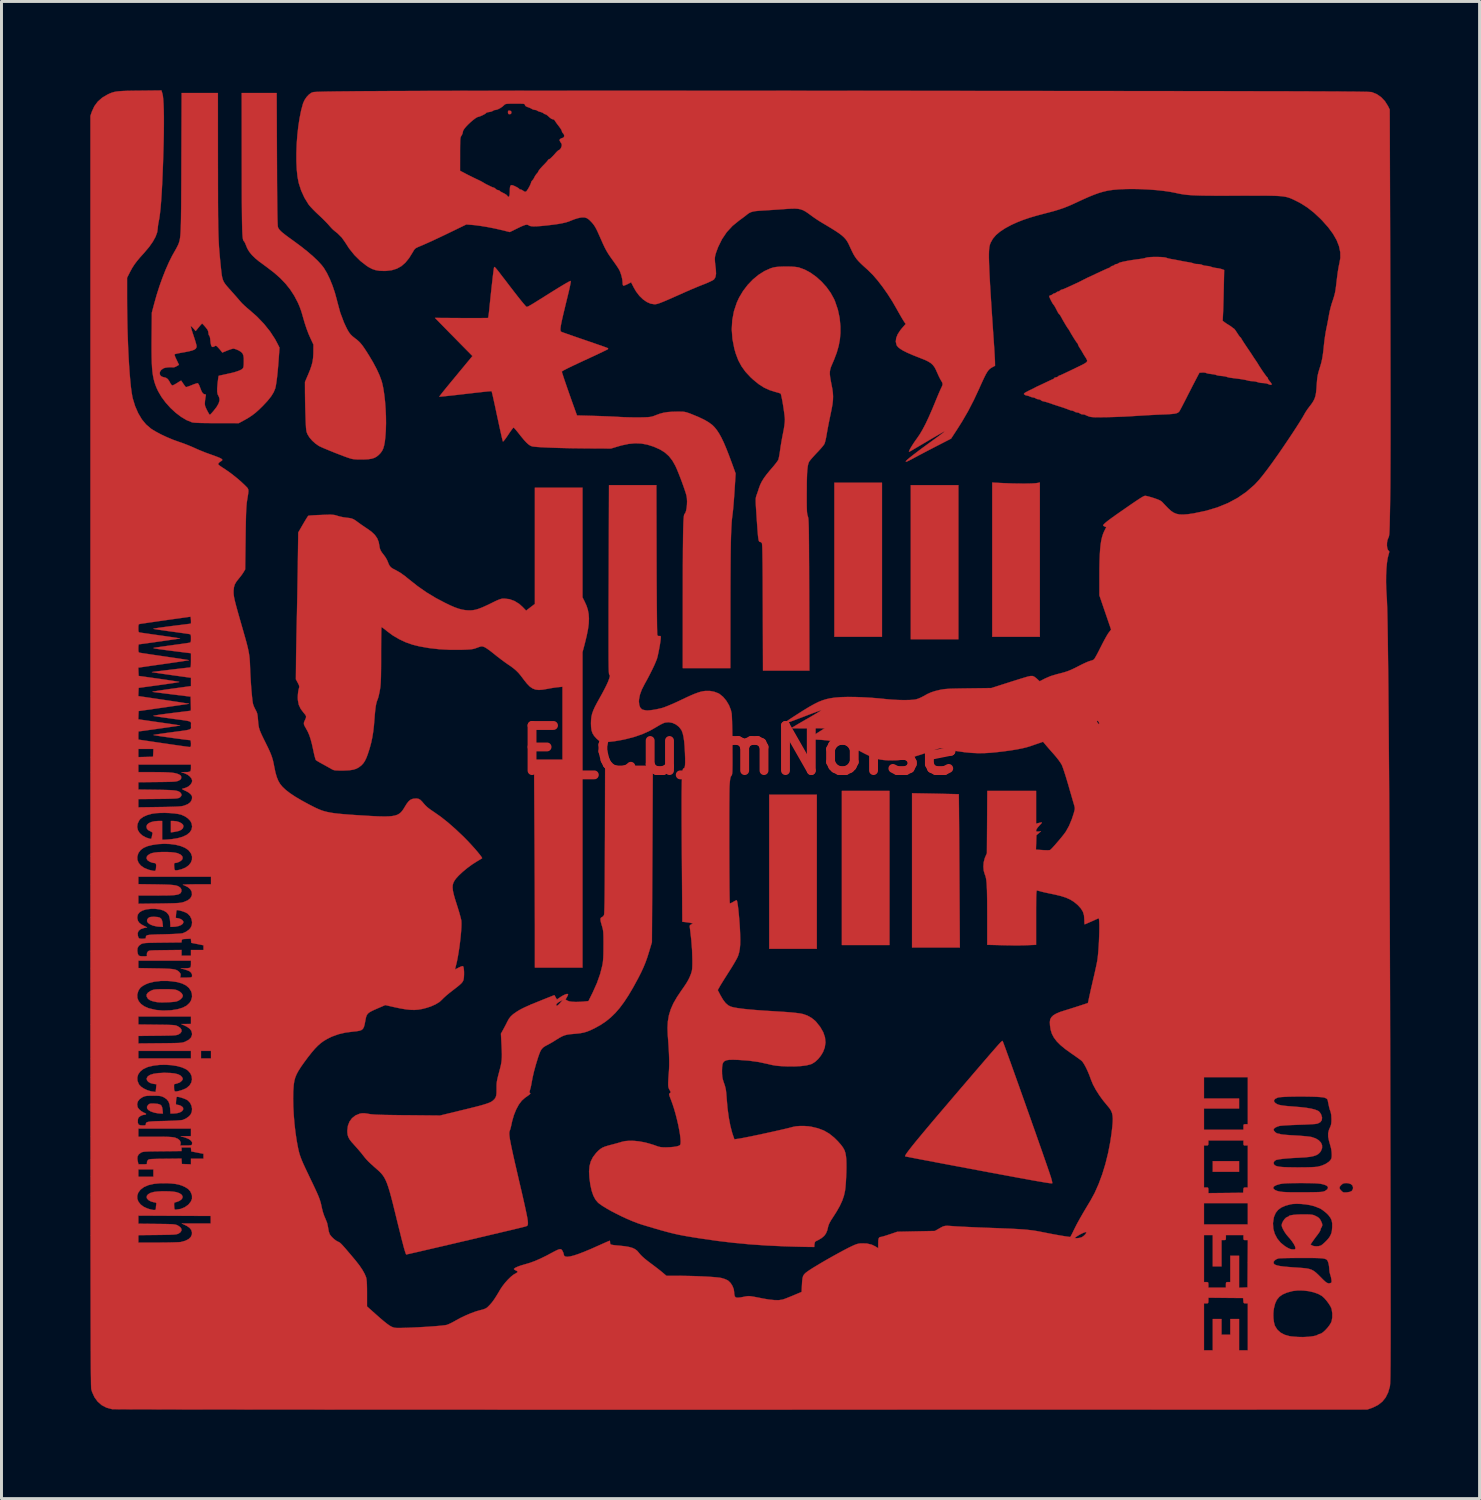
<source format=kicad_pcb>
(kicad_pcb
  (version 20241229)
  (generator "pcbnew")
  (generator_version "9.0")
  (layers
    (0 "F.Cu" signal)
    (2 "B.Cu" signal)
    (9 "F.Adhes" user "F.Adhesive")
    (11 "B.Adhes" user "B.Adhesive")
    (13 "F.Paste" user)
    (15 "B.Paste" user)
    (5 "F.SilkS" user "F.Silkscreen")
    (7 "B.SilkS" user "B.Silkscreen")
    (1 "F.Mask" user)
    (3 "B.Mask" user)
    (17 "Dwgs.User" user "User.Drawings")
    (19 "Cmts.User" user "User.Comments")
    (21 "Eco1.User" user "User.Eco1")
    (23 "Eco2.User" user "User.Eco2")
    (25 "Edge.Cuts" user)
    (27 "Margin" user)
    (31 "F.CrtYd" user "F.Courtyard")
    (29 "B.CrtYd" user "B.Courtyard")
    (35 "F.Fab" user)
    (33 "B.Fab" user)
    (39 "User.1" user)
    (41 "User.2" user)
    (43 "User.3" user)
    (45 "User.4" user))
  (footprint "F_Cu_mNoise"
    (layer "F.Cu")
    (at 21.965 22.296)
    (property "Reference" "F_Cu_mNoise" (at 0 0 0) (layer "F.Cu") (effects (font (size 1.524 1.524) (thickness 0.3))))
    (attr through_hole)
    (fp_poly (pts (xy 2.582 6.71) (xy 0.974 6.71) (xy 0.974 1.503) (xy 2.582 1.503) (xy 2.582 6.71)) (stroke (width 0.01) (type solid)) (fill yes) (layer "F.Cu"))
    (fp_poly (pts (xy 4.784 -3.831) (xy 3.175 -3.831) (xy 3.175 -9.038) (xy 4.784 -9.038) (xy 4.784 -3.831)) (stroke (width 0.01) (type solid)) (fill yes) (layer "F.Cu"))
    (fp_poly (pts (xy 5.038 6.583) (xy 3.429 6.583) (xy 3.429 1.376) (xy 5.038 1.376) (xy 5.038 6.583)) (stroke (width 0.01) (type solid)) (fill yes) (layer "F.Cu"))
    (fp_poly (pts (xy 7.366 -3.747) (xy 5.757 -3.747) (xy 5.757 -8.954) (xy 7.366 -8.954) (xy 7.366 -3.747)) (stroke (width 0.01) (type solid)) (fill yes) (layer "F.Cu"))
    (fp_poly (pts (xy 16.849 14.245) (xy 15.96 14.245) (xy 15.96 13.885) (xy 16.849 13.885) (xy 16.849 14.245)) (stroke (width 0.01) (type solid)) (fill yes) (layer "F.Cu"))
    (fp_poly (pts (xy -7.795 -21.607) (xy -7.751 -21.594) (xy -7.737 -21.559) (xy -7.736 -21.548) (xy -7.749 -21.503) (xy -7.78 -21.489) (xy -7.822 -21.49) (xy -7.838 -21.497) (xy -7.85 -21.528) (xy -7.853 -21.563) (xy -7.846 -21.599) (xy -7.818 -21.609) (xy -7.795 -21.607)) (stroke (width 0.01) (type solid)) (fill yes) (layer "F.Cu"))
    (fp_poly (pts (xy -19.161 2.392) (xy -19.055 2.402) (xy -18.959 2.43) (xy -18.882 2.47) (xy -18.832 2.519) (xy -18.817 2.566) (xy -18.835 2.636) (xy -18.891 2.691) (xy -18.985 2.732) (xy -19.119 2.76) (xy -19.129 2.762) (xy -19.241 2.777) (xy -19.241 2.392) (xy -19.161 2.392)) (stroke (width 0.01) (type solid)) (fill yes) (layer "F.Cu"))
    (fp_poly (pts (xy 10.118 -3.831) (xy 8.509 -3.831) (xy 8.509 -9.042) (xy 8.864 -9.024) (xy 9.042 -9.017) (xy 9.224 -9.011) (xy 9.403 -9.008) (xy 9.573 -9.007) (xy 9.726 -9.008) (xy 9.857 -9.012) (xy 9.958 -9.018) (xy 10.017 -9.025) (xy 10.118 -9.043) (xy 10.118 -3.831)) (stroke (width 0.01) (type solid)) (fill yes) (layer "F.Cu"))
    (fp_poly (pts (xy -19.836 11.939) (xy -19.79 11.941) (xy -19.682 11.951) (xy -19.609 11.972) (xy -19.562 12.01) (xy -19.536 12.072) (xy -19.522 12.157) (xy -19.51 12.277) (xy -19.603 12.275) (xy -19.679 12.269) (xy -19.768 12.253) (xy -19.812 12.243) (xy -19.925 12.204) (xy -20.003 12.156) (xy -20.045 12.102) (xy -20.048 12.045) (xy -20.012 11.988) (xy -19.981 11.961) (xy -19.95 11.945) (xy -19.905 11.939) (xy -19.836 11.939)) (stroke (width 0.01) (type solid)) (fill yes) (layer "F.Cu"))
    (fp_poly (pts (xy -19.691 5.637) (xy -19.614 5.658) (xy -19.564 5.701) (xy -19.535 5.77) (xy -19.522 5.847) (xy -19.51 5.969) (xy -19.592 5.966) (xy -19.662 5.962) (xy -19.722 5.955) (xy -19.727 5.954) (xy -19.851 5.925) (xy -19.947 5.884) (xy -20.014 5.835) (xy -20.047 5.781) (xy -20.043 5.724) (xy -20.013 5.681) (xy -19.981 5.654) (xy -19.944 5.639) (xy -19.889 5.632) (xy -19.804 5.63) (xy -19.804 5.63) (xy -19.691 5.637)) (stroke (width 0.01) (type solid)) (fill yes) (layer "F.Cu"))
    (fp_poly (pts (xy 6.588 1.469) (xy 6.766 1.473) (xy 6.93 1.477) (xy 7.076 1.48) (xy 7.198 1.483) (xy 7.293 1.485) (xy 7.355 1.487) (xy 7.38 1.488) (xy 7.38 1.489) (xy 7.38 1.51) (xy 7.381 1.571) (xy 7.382 1.669) (xy 7.383 1.802) (xy 7.385 1.967) (xy 7.386 2.161) (xy 7.388 2.382) (xy 7.39 2.628) (xy 7.391 2.895) (xy 7.393 3.182) (xy 7.395 3.485) (xy 7.397 3.803) (xy 7.399 4.08) (xy 7.415 6.668) (xy 5.8 6.668) (xy 5.8 1.454) (xy 6.588 1.469)) (stroke (width 0.01) (type solid)) (fill yes) (layer "F.Cu"))
    (fp_poly (pts (xy -19.326 8.076) (xy -19.223 8.079) (xy -19.146 8.085) (xy -19.088 8.094) (xy -19.039 8.108) (xy -19.024 8.114) (xy -18.937 8.16) (xy -18.873 8.218) (xy -18.841 8.28) (xy -18.838 8.302) (xy -18.856 8.352) (xy -18.904 8.406) (xy -18.969 8.454) (xy -19.041 8.486) (xy -19.041 8.486) (xy -19.108 8.499) (xy -19.206 8.509) (xy -19.322 8.516) (xy -19.444 8.52) (xy -19.561 8.521) (xy -19.661 8.517) (xy -19.719 8.511) (xy -19.85 8.483) (xy -19.945 8.449) (xy -20.009 8.404) (xy -20.023 8.388) (xy -20.062 8.317) (xy -20.06 8.251) (xy -20.016 8.192) (xy -19.931 8.136) (xy -19.905 8.123) (xy -19.862 8.105) (xy -19.818 8.092) (xy -19.765 8.084) (xy -19.696 8.079) (xy -19.602 8.076) (xy -19.474 8.076) (xy -19.463 8.076) (xy -19.326 8.076)) (stroke (width 0.01) (type solid)) (fill yes) (layer "F.Cu"))
    (fp_poly (pts (xy 8.858 9.824) (xy 8.859 9.825) (xy 8.869 9.848) (xy 8.892 9.908) (xy 8.927 10.001) (xy 8.972 10.125) (xy 9.027 10.277) (xy 9.091 10.454) (xy 9.163 10.652) (xy 9.24 10.869) (xy 9.323 11.102) (xy 9.411 11.347) (xy 9.501 11.601) (xy 9.594 11.862) (xy 9.687 12.126) (xy 9.781 12.39) (xy 9.873 12.652) (xy 9.964 12.907) (xy 10.05 13.154) (xy 10.133 13.389) (xy 10.21 13.609) (xy 10.28 13.811) (xy 10.343 13.991) (xy 10.397 14.148) (xy 10.441 14.277) (xy 10.474 14.376) (xy 10.496 14.442) (xy 10.498 14.451) (xy 10.52 14.528) (xy 10.534 14.592) (xy 10.538 14.63) (xy 10.537 14.632) (xy 10.528 14.635) (xy 10.501 14.634) (xy 10.455 14.629) (xy 10.387 14.62) (xy 10.296 14.606) (xy 10.18 14.586) (xy 10.038 14.562) (xy 9.867 14.532) (xy 9.666 14.495) (xy 9.433 14.453) (xy 9.166 14.403) (xy 8.863 14.347) (xy 8.522 14.284) (xy 8.142 14.213) (xy 8.054 14.196) (xy 7.736 14.136) (xy 7.431 14.079) (xy 7.139 14.024) (xy 6.864 13.972) (xy 6.609 13.924) (xy 6.375 13.879) (xy 6.166 13.84) (xy 5.984 13.805) (xy 5.832 13.776) (xy 5.712 13.752) (xy 5.627 13.736) (xy 5.579 13.726) (xy 5.569 13.724) (xy 5.566 13.712) (xy 5.575 13.688) (xy 5.597 13.651) (xy 5.631 13.6) (xy 5.68 13.534) (xy 5.744 13.451) (xy 5.824 13.349) (xy 5.921 13.229) (xy 6.037 13.089) (xy 6.172 12.926) (xy 6.327 12.741) (xy 6.503 12.532) (xy 6.702 12.298) (xy 6.924 12.038) (xy 7.17 11.749) (xy 7.441 11.432) (xy 7.739 11.085) (xy 7.896 10.901) (xy 8.081 10.686) (xy 8.24 10.501) (xy 8.375 10.344) (xy 8.489 10.213) (xy 8.583 10.105) (xy 8.659 10.018) (xy 8.719 9.95) (xy 8.766 9.9) (xy 8.8 9.864) (xy 8.825 9.841) (xy 8.841 9.828) (xy 8.851 9.823) (xy 8.858 9.824)) (stroke (width 0.01) (type solid)) (fill yes) (layer "F.Cu"))
    (fp_poly (pts (xy -15.658 -19.976) (xy -15.656 -19.593) (xy -15.655 -19.25) (xy -15.653 -18.946) (xy -15.651 -18.679) (xy -15.648 -18.447) (xy -15.646 -18.25) (xy -15.643 -18.084) (xy -15.64 -17.949) (xy -15.637 -17.842) (xy -15.633 -17.762) (xy -15.63 -17.707) (xy -15.625 -17.675) (xy -15.624 -17.67) (xy -15.605 -17.629) (xy -15.574 -17.585) (xy -15.525 -17.534) (xy -15.456 -17.473) (xy -15.361 -17.399) (xy -15.238 -17.308) (xy -15.117 -17.221) (xy -14.864 -17.034) (xy -14.638 -16.856) (xy -14.442 -16.688) (xy -14.277 -16.531) (xy -14.147 -16.389) (xy -14.071 -16.29) (xy -13.972 -16.125) (xy -13.875 -15.926) (xy -13.784 -15.703) (xy -13.703 -15.464) (xy -13.635 -15.217) (xy -13.62 -15.154) (xy -13.52 -14.786) (xy -13.393 -14.449) (xy -13.333 -14.319) (xy -13.275 -14.203) (xy -13.223 -14.116) (xy -13.17 -14.047) (xy -13.108 -13.986) (xy -13.027 -13.921) (xy -13.011 -13.909) (xy -12.944 -13.857) (xy -12.886 -13.805) (xy -12.832 -13.748) (xy -12.776 -13.68) (xy -12.715 -13.594) (xy -12.642 -13.484) (xy -12.554 -13.345) (xy -12.545 -13.331) (xy -12.407 -13.098) (xy -12.288 -12.874) (xy -12.193 -12.666) (xy -12.124 -12.478) (xy -12.1 -12.393) (xy -12.063 -12.219) (xy -12.032 -12.012) (xy -12.006 -11.782) (xy -11.988 -11.539) (xy -11.976 -11.291) (xy -11.973 -11.049) (xy -11.979 -10.822) (xy -11.982 -10.769) (xy -11.996 -10.579) (xy -12.013 -10.424) (xy -12.036 -10.299) (xy -12.065 -10.198) (xy -12.104 -10.115) (xy -12.154 -10.044) (xy -12.217 -9.978) (xy -12.223 -9.973) (xy -12.293 -9.916) (xy -12.37 -9.875) (xy -12.461 -9.847) (xy -12.573 -9.83) (xy -12.715 -9.823) (xy -12.815 -9.822) (xy -12.935 -9.823) (xy -13.024 -9.828) (xy -13.096 -9.836) (xy -13.161 -9.851) (xy -13.232 -9.873) (xy -13.261 -9.883) (xy -13.381 -9.926) (xy -13.515 -9.977) (xy -13.657 -10.032) (xy -13.799 -10.089) (xy -13.933 -10.144) (xy -14.054 -10.194) (xy -14.153 -10.237) (xy -14.223 -10.27) (xy -14.245 -10.282) (xy -14.357 -10.36) (xy -14.465 -10.457) (xy -14.556 -10.562) (xy -14.618 -10.661) (xy -14.636 -10.7) (xy -14.65 -10.737) (xy -14.661 -10.779) (xy -14.669 -10.833) (xy -14.676 -10.904) (xy -14.681 -10.999) (xy -14.687 -11.124) (xy -14.691 -11.256) (xy -14.697 -11.423) (xy -14.702 -11.603) (xy -14.706 -11.781) (xy -14.708 -11.945) (xy -14.71 -12.081) (xy -14.71 -12.089) (xy -14.711 -12.441) (xy -14.604 -12.69) (xy -14.537 -12.853) (xy -14.489 -12.993) (xy -14.456 -13.12) (xy -14.437 -13.248) (xy -14.428 -13.387) (xy -14.427 -13.462) (xy -14.425 -13.705) (xy -14.525 -13.917) (xy -14.594 -14.075) (xy -14.659 -14.248) (xy -14.724 -14.445) (xy -14.79 -14.674) (xy -14.806 -14.732) (xy -14.841 -14.846) (xy -14.888 -14.975) (xy -14.939 -15.096) (xy -14.956 -15.133) (xy -15.075 -15.358) (xy -15.209 -15.565) (xy -15.364 -15.759) (xy -15.543 -15.946) (xy -15.752 -16.131) (xy -15.996 -16.318) (xy -16.078 -16.378) (xy -16.254 -16.507) (xy -16.396 -16.624) (xy -16.507 -16.734) (xy -16.593 -16.84) (xy -16.657 -16.947) (xy -16.702 -17.055) (xy -16.73 -17.125) (xy -16.76 -17.181) (xy -16.78 -17.204) (xy -16.789 -17.214) (xy -16.798 -17.233) (xy -16.805 -17.261) (xy -16.812 -17.301) (xy -16.818 -17.355) (xy -16.823 -17.426) (xy -16.828 -17.515) (xy -16.832 -17.624) (xy -16.835 -17.757) (xy -16.838 -17.913) (xy -16.84 -18.097) (xy -16.842 -18.31) (xy -16.844 -18.554) (xy -16.845 -18.831) (xy -16.846 -19.144) (xy -16.846 -19.494) (xy -16.847 -19.884) (xy -16.847 -19.987) (xy -16.849 -22.204) (xy -15.667 -22.204) (xy -15.658 -19.976)) (stroke (width 0.01) (type solid)) (fill yes) (layer "F.Cu"))
    (fp_poly (pts (xy 1.741 -16.337) (xy 1.864 -16.327) (xy 1.959 -16.313) (xy 1.975 -16.309) (xy 2.172 -16.238) (xy 2.37 -16.131) (xy 2.562 -15.993) (xy 2.744 -15.83) (xy 2.909 -15.647) (xy 3.051 -15.449) (xy 3.165 -15.242) (xy 3.198 -15.164) (xy 3.293 -14.885) (xy 3.353 -14.606) (xy 3.38 -14.319) (xy 3.38 -14.091) (xy 3.361 -13.873) (xy 3.32 -13.657) (xy 3.256 -13.433) (xy 3.165 -13.193) (xy 3.099 -13.039) (xy 3.061 -12.949) (xy 3.036 -12.868) (xy 3.023 -12.789) (xy 3.022 -12.702) (xy 3.033 -12.598) (xy 3.056 -12.468) (xy 3.077 -12.359) (xy 3.106 -12.208) (xy 3.124 -12.076) (xy 3.131 -11.952) (xy 3.127 -11.827) (xy 3.112 -11.69) (xy 3.084 -11.532) (xy 3.048 -11.356) (xy 3.017 -11.208) (xy 2.985 -11.051) (xy 2.956 -10.899) (xy 2.931 -10.765) (xy 2.919 -10.695) (xy 2.9 -10.585) (xy 2.879 -10.484) (xy 2.858 -10.403) (xy 2.841 -10.352) (xy 2.841 -10.351) (xy 2.813 -10.309) (xy 2.763 -10.246) (xy 2.695 -10.167) (xy 2.616 -10.081) (xy 2.58 -10.044) (xy 2.499 -9.957) (xy 2.426 -9.876) (xy 2.367 -9.807) (xy 2.33 -9.758) (xy 2.321 -9.745) (xy 2.301 -9.697) (xy 2.285 -9.638) (xy 2.272 -9.563) (xy 2.261 -9.467) (xy 2.253 -9.348) (xy 2.248 -9.2) (xy 2.244 -9.019) (xy 2.243 -8.802) (xy 2.242 -8.706) (xy 2.242 -8.511) (xy 2.242 -8.355) (xy 2.243 -8.23) (xy 2.246 -8.134) (xy 2.249 -8.06) (xy 2.255 -8.004) (xy 2.262 -7.96) (xy 2.271 -7.925) (xy 2.278 -7.903) (xy 2.284 -7.886) (xy 2.289 -7.864) (xy 2.294 -7.837) (xy 2.298 -7.802) (xy 2.301 -7.756) (xy 2.304 -7.697) (xy 2.307 -7.623) (xy 2.31 -7.531) (xy 2.312 -7.419) (xy 2.314 -7.285) (xy 2.315 -7.127) (xy 2.317 -6.942) (xy 2.318 -6.728) (xy 2.319 -6.482) (xy 2.321 -6.203) (xy 2.322 -5.888) (xy 2.323 -5.534) (xy 2.324 -5.244) (xy 2.332 -2.688) (xy 0.764 -2.688) (xy 0.758 -4.821) (xy 0.756 -5.194) (xy 0.755 -5.526) (xy 0.754 -5.82) (xy 0.752 -6.077) (xy 0.75 -6.298) (xy 0.747 -6.485) (xy 0.745 -6.64) (xy 0.742 -6.765) (xy 0.739 -6.861) (xy 0.735 -6.93) (xy 0.731 -6.974) (xy 0.727 -6.995) (xy 0.727 -6.995) (xy 0.692 -7.029) (xy 0.664 -7.038) (xy 0.649 -7.04) (xy 0.636 -7.05) (xy 0.624 -7.072) (xy 0.614 -7.109) (xy 0.605 -7.166) (xy 0.595 -7.246) (xy 0.586 -7.353) (xy 0.575 -7.491) (xy 0.563 -7.664) (xy 0.551 -7.834) (xy 0.539 -8.021) (xy 0.529 -8.171) (xy 0.522 -8.288) (xy 0.519 -8.378) (xy 0.518 -8.446) (xy 0.519 -8.497) (xy 0.524 -8.535) (xy 0.531 -8.566) (xy 0.54 -8.595) (xy 0.54 -8.596) (xy 0.564 -8.663) (xy 0.595 -8.752) (xy 0.625 -8.845) (xy 0.626 -8.85) (xy 0.67 -8.967) (xy 0.725 -9.079) (xy 0.796 -9.194) (xy 0.888 -9.319) (xy 1.006 -9.462) (xy 1.046 -9.508) (xy 1.122 -9.597) (xy 1.189 -9.68) (xy 1.242 -9.75) (xy 1.275 -9.799) (xy 1.281 -9.811) (xy 1.294 -9.856) (xy 1.31 -9.933) (xy 1.327 -10.03) (xy 1.343 -10.138) (xy 1.343 -10.139) (xy 1.361 -10.265) (xy 1.386 -10.414) (xy 1.413 -10.567) (xy 1.441 -10.707) (xy 1.441 -10.71) (xy 1.467 -10.843) (xy 1.487 -10.971) (xy 1.5 -11.082) (xy 1.504 -11.164) (xy 1.504 -11.165) (xy 1.501 -11.229) (xy 1.491 -11.319) (xy 1.477 -11.427) (xy 1.46 -11.546) (xy 1.441 -11.668) (xy 1.421 -11.785) (xy 1.401 -11.889) (xy 1.383 -11.973) (xy 1.369 -12.028) (xy 1.36 -12.047) (xy 1.333 -12.06) (xy 1.275 -12.079) (xy 1.199 -12.1) (xy 1.182 -12.104) (xy 0.983 -12.167) (xy 0.798 -12.252) (xy 0.619 -12.367) (xy 0.438 -12.514) (xy 0.342 -12.603) (xy 0.174 -12.783) (xy 0.039 -12.97) (xy -0.07 -13.172) (xy -0.156 -13.399) (xy -0.204 -13.566) (xy -0.268 -13.895) (xy -0.291 -14.217) (xy -0.274 -14.53) (xy -0.217 -14.832) (xy -0.12 -15.123) (xy -0.042 -15.292) (xy 0.091 -15.515) (xy 0.248 -15.721) (xy 0.425 -15.905) (xy 0.617 -16.063) (xy 0.818 -16.19) (xy 1.023 -16.281) (xy 1.116 -16.309) (xy 1.203 -16.325) (xy 1.321 -16.335) (xy 1.458 -16.34) (xy 1.601 -16.341) (xy 1.741 -16.337)) (stroke (width 0.01) (type solid)) (fill yes) (layer "F.Cu"))
    (fp_poly (pts (xy -5.334 -7.016) (xy -5.334 -5.164) (xy -5.262 -5.02) (xy -5.199 -4.881) (xy -5.154 -4.743) (xy -5.127 -4.599) (xy -5.117 -4.446) (xy -5.124 -4.277) (xy -5.149 -4.087) (xy -5.192 -3.87) (xy -5.252 -3.622) (xy -5.272 -3.545) (xy -5.334 -3.313) (xy -5.334 2.016) (xy -5.334 7.345) (xy -6.943 7.345) (xy -6.943 6.279) (xy -6.943 6.111) (xy -6.943 5.905) (xy -6.944 5.665) (xy -6.945 5.396) (xy -6.946 5.102) (xy -6.947 4.788) (xy -6.948 4.458) (xy -6.95 4.117) (xy -6.951 3.768) (xy -6.953 3.417) (xy -6.955 3.067) (xy -6.957 2.766) (xy -6.971 0.318) (xy -6.011 0.318) (xy -6.011 -2.143) (xy -6.165 -2.128) (xy -6.259 -2.117) (xy -6.374 -2.099) (xy -6.488 -2.078) (xy -6.516 -2.073) (xy -6.677 -2.045) (xy -6.809 -2.035) (xy -6.921 -2.048) (xy -7.02 -2.085) (xy -7.114 -2.15) (xy -7.209 -2.247) (xy -7.313 -2.377) (xy -7.34 -2.413) (xy -7.426 -2.526) (xy -7.502 -2.616) (xy -7.578 -2.692) (xy -7.664 -2.765) (xy -7.77 -2.843) (xy -7.853 -2.899) (xy -7.969 -2.981) (xy -8.1 -3.078) (xy -8.229 -3.177) (xy -8.328 -3.257) (xy -8.42 -3.33) (xy -8.509 -3.396) (xy -8.586 -3.449) (xy -8.642 -3.481) (xy -8.651 -3.485) (xy -8.699 -3.502) (xy -8.737 -3.508) (xy -8.779 -3.502) (xy -8.838 -3.483) (xy -8.896 -3.462) (xy -8.955 -3.44) (xy -9.01 -3.424) (xy -9.069 -3.413) (xy -9.141 -3.405) (xy -9.233 -3.399) (xy -9.356 -3.394) (xy -9.419 -3.392) (xy -9.8 -3.391) (xy -10.17 -3.411) (xy -10.523 -3.451) (xy -10.851 -3.509) (xy -11.082 -3.567) (xy -11.304 -3.645) (xy -11.529 -3.75) (xy -11.741 -3.875) (xy -11.926 -4.011) (xy -12.001 -4.072) (xy -12.064 -4.12) (xy -12.108 -4.15) (xy -12.126 -4.158) (xy -12.129 -4.135) (xy -12.131 -4.074) (xy -12.133 -3.979) (xy -12.135 -3.855) (xy -12.137 -3.706) (xy -12.138 -3.537) (xy -12.139 -3.351) (xy -12.139 -3.211) (xy -12.139 -2.977) (xy -12.14 -2.781) (xy -12.142 -2.618) (xy -12.144 -2.483) (xy -12.148 -2.372) (xy -12.152 -2.28) (xy -12.158 -2.202) (xy -12.165 -2.133) (xy -12.174 -2.07) (xy -12.178 -2.043) (xy -12.198 -1.937) (xy -12.22 -1.838) (xy -12.242 -1.757) (xy -12.256 -1.719) (xy -12.282 -1.65) (xy -12.304 -1.57) (xy -12.322 -1.47) (xy -12.338 -1.345) (xy -12.353 -1.189) (xy -12.362 -1.069) (xy -12.382 -0.828) (xy -12.406 -0.62) (xy -12.436 -0.434) (xy -12.472 -0.261) (xy -12.518 -0.09) (xy -12.535 -0.033) (xy -12.588 0.131) (xy -12.637 0.261) (xy -12.686 0.361) (xy -12.737 0.44) (xy -12.794 0.503) (xy -12.814 0.521) (xy -12.896 0.583) (xy -12.982 0.628) (xy -13.08 0.659) (xy -13.198 0.677) (xy -13.345 0.686) (xy -13.43 0.687) (xy -13.548 0.687) (xy -13.633 0.685) (xy -13.693 0.681) (xy -13.738 0.672) (xy -13.777 0.657) (xy -13.818 0.635) (xy -13.832 0.626) (xy -13.899 0.589) (xy -13.988 0.539) (xy -14.084 0.486) (xy -14.128 0.462) (xy -14.211 0.416) (xy -14.281 0.375) (xy -14.328 0.345) (xy -14.343 0.333) (xy -14.356 0.304) (xy -14.374 0.241) (xy -14.397 0.153) (xy -14.421 0.046) (xy -14.434 -0.017) (xy -14.477 -0.212) (xy -14.52 -0.373) (xy -14.565 -0.508) (xy -14.616 -0.625) (xy -14.675 -0.734) (xy -14.679 -0.741) (xy -14.724 -0.819) (xy -14.746 -0.876) (xy -14.747 -0.925) (xy -14.729 -0.979) (xy -14.711 -1.016) (xy -14.68 -1.086) (xy -14.673 -1.138) (xy -14.693 -1.188) (xy -14.742 -1.249) (xy -14.755 -1.264) (xy -14.856 -1.396) (xy -14.92 -1.534) (xy -14.95 -1.69) (xy -14.954 -1.778) (xy -14.95 -1.878) (xy -14.94 -1.975) (xy -14.925 -2.052) (xy -14.923 -2.06) (xy -14.907 -2.117) (xy -14.904 -2.159) (xy -14.916 -2.201) (xy -14.945 -2.26) (xy -14.955 -2.279) (xy -15.018 -2.395) (xy -15.013 -2.928) (xy -15.012 -3.07) (xy -15.01 -3.246) (xy -15.006 -3.448) (xy -15.002 -3.667) (xy -14.998 -3.896) (xy -14.993 -4.126) (xy -14.988 -4.349) (xy -14.987 -4.392) (xy -14.982 -4.625) (xy -14.977 -4.89) (xy -14.971 -5.175) (xy -14.966 -5.469) (xy -14.961 -5.761) (xy -14.956 -6.04) (xy -14.952 -6.296) (xy -14.952 -6.339) (xy -14.938 -7.355) (xy -14.779 -7.631) (xy -14.722 -7.728) (xy -14.671 -7.812) (xy -14.631 -7.876) (xy -14.605 -7.913) (xy -14.599 -7.919) (xy -14.573 -7.924) (xy -14.51 -7.93) (xy -14.419 -7.936) (xy -14.307 -7.942) (xy -14.179 -7.947) (xy -14.163 -7.948) (xy -14.019 -7.953) (xy -13.909 -7.956) (xy -13.827 -7.956) (xy -13.765 -7.952) (xy -13.715 -7.946) (xy -13.669 -7.935) (xy -13.621 -7.92) (xy -13.61 -7.916) (xy -13.517 -7.891) (xy -13.406 -7.868) (xy -13.303 -7.854) (xy -13.206 -7.843) (xy -13.132 -7.827) (xy -13.068 -7.801) (xy -12.999 -7.758) (xy -12.912 -7.694) (xy -12.84 -7.642) (xy -12.748 -7.578) (xy -12.652 -7.513) (xy -12.615 -7.489) (xy -12.464 -7.381) (xy -12.351 -7.273) (xy -12.271 -7.159) (xy -12.221 -7.034) (xy -12.199 -6.916) (xy -12.185 -6.831) (xy -12.161 -6.761) (xy -12.121 -6.691) (xy -12.058 -6.608) (xy -12.045 -6.593) (xy -11.989 -6.514) (xy -11.938 -6.424) (xy -11.915 -6.371) (xy -11.88 -6.283) (xy -11.844 -6.22) (xy -11.8 -6.172) (xy -11.737 -6.13) (xy -11.644 -6.082) (xy -11.637 -6.079) (xy -11.495 -5.998) (xy -11.335 -5.884) (xy -11.218 -5.789) (xy -10.912 -5.546) (xy -10.607 -5.333) (xy -10.288 -5.14) (xy -9.979 -4.978) (xy -9.804 -4.893) (xy -9.656 -4.829) (xy -9.529 -4.783) (xy -9.415 -4.752) (xy -9.305 -4.733) (xy -9.226 -4.726) (xy -9.127 -4.723) (xy -9.034 -4.73) (xy -8.939 -4.748) (xy -8.834 -4.78) (xy -8.714 -4.827) (xy -8.57 -4.892) (xy -8.421 -4.964) (xy -8.3 -5.024) (xy -8.209 -5.066) (xy -8.14 -5.094) (xy -8.085 -5.111) (xy -8.038 -5.12) (xy -7.989 -5.122) (xy -7.981 -5.122) (xy -7.802 -5.102) (xy -7.631 -5.04) (xy -7.471 -4.941) (xy -7.361 -4.842) (xy -7.239 -4.716) (xy -7.091 -4.829) (xy -6.943 -4.942) (xy -6.943 -8.869) (xy -5.334 -8.869) (xy -5.334 -7.016)) (stroke (width 0.01) (type solid)) (fill yes) (layer "F.Cu"))
    (fp_poly (pts (xy -17.652 -19.849) (xy -17.651 -19.461) (xy -17.651 -19.113) (xy -17.65 -18.801) (xy -17.65 -18.522) (xy -17.648 -18.274) (xy -17.647 -18.053) (xy -17.644 -17.857) (xy -17.642 -17.681) (xy -17.638 -17.525) (xy -17.634 -17.383) (xy -17.629 -17.254) (xy -17.623 -17.135) (xy -17.617 -17.022) (xy -17.609 -16.912) (xy -17.6 -16.803) (xy -17.59 -16.691) (xy -17.579 -16.574) (xy -17.57 -16.483) (xy -17.552 -16.306) (xy -17.537 -16.165) (xy -17.523 -16.052) (xy -17.505 -15.962) (xy -17.482 -15.886) (xy -17.452 -15.82) (xy -17.411 -15.756) (xy -17.357 -15.688) (xy -17.288 -15.608) (xy -17.2 -15.511) (xy -17.183 -15.491) (xy -17.101 -15.399) (xy -17.02 -15.307) (xy -16.949 -15.225) (xy -16.896 -15.163) (xy -16.893 -15.159) (xy -16.838 -15.099) (xy -16.76 -15.024) (xy -16.671 -14.944) (xy -16.597 -14.882) (xy -16.334 -14.651) (xy -16.098 -14.405) (xy -15.893 -14.15) (xy -15.724 -13.891) (xy -15.652 -13.758) (xy -15.572 -13.6) (xy -15.598 -13.229) (xy -15.616 -12.996) (xy -15.635 -12.783) (xy -15.655 -12.595) (xy -15.676 -12.436) (xy -15.696 -12.311) (xy -15.715 -12.224) (xy -15.716 -12.223) (xy -15.768 -12.095) (xy -15.855 -11.954) (xy -15.979 -11.799) (xy -16.136 -11.631) (xy -16.266 -11.504) (xy -16.381 -11.402) (xy -16.491 -11.317) (xy -16.606 -11.24) (xy -16.738 -11.163) (xy -16.766 -11.148) (xy -16.948 -11.049) (xy -17.697 -11.05) (xy -17.921 -11.051) (xy -18.106 -11.053) (xy -18.254 -11.056) (xy -18.369 -11.061) (xy -18.453 -11.066) (xy -18.509 -11.073) (xy -18.533 -11.079) (xy -18.713 -11.153) (xy -18.897 -11.263) (xy -19.08 -11.402) (xy -19.255 -11.564) (xy -19.416 -11.743) (xy -19.558 -11.934) (xy -19.673 -12.131) (xy -19.725 -12.242) (xy -19.764 -12.341) (xy -19.797 -12.441) (xy -19.824 -12.545) (xy -19.846 -12.657) (xy -19.855 -12.721) (xy -19.621 -12.721) (xy -19.6 -12.663) (xy -19.547 -12.62) (xy -19.484 -12.601) (xy -19.405 -12.58) (xy -19.346 -12.538) (xy -19.296 -12.467) (xy -19.275 -12.425) (xy -19.242 -12.369) (xy -19.21 -12.331) (xy -19.196 -12.324) (xy -19.164 -12.332) (xy -19.108 -12.359) (xy -19.04 -12.4) (xy -19.031 -12.405) (xy -18.968 -12.446) (xy -18.919 -12.475) (xy -18.895 -12.486) (xy -18.894 -12.486) (xy -18.879 -12.465) (xy -18.849 -12.421) (xy -18.82 -12.378) (xy -18.78 -12.322) (xy -18.748 -12.281) (xy -18.735 -12.268) (xy -18.709 -12.271) (xy -18.654 -12.288) (xy -18.58 -12.315) (xy -18.541 -12.331) (xy -18.46 -12.364) (xy -18.39 -12.387) (xy -18.344 -12.399) (xy -18.334 -12.399) (xy -18.312 -12.377) (xy -18.283 -12.324) (xy -18.254 -12.249) (xy -18.253 -12.247) (xy -18.211 -12.139) (xy -18.171 -12.068) (xy -18.128 -12.031) (xy -18.092 -12.023) (xy -18.063 -12.016) (xy -18.06 -11.988) (xy -18.065 -11.964) (xy -18.074 -11.911) (xy -18.085 -11.835) (xy -18.091 -11.777) (xy -18.095 -11.709) (xy -18.091 -11.655) (xy -18.075 -11.601) (xy -18.044 -11.531) (xy -18.021 -11.485) (xy -17.983 -11.413) (xy -17.95 -11.359) (xy -17.929 -11.331) (xy -17.924 -11.329) (xy -17.904 -11.347) (xy -17.864 -11.389) (xy -17.813 -11.447) (xy -17.8 -11.462) (xy -17.696 -11.596) (xy -17.629 -11.712) (xy -17.599 -11.81) (xy -17.6 -11.872) (xy -17.615 -11.93) (xy -17.634 -11.971) (xy -17.636 -11.974) (xy -17.663 -12.029) (xy -17.677 -12.113) (xy -17.677 -12.229) (xy -17.664 -12.382) (xy -17.663 -12.396) (xy -17.651 -12.493) (xy -17.641 -12.572) (xy -17.632 -12.627) (xy -17.628 -12.647) (xy -17.606 -12.653) (xy -17.551 -12.666) (xy -17.472 -12.683) (xy -17.399 -12.699) (xy -17.206 -12.742) (xy -17.054 -12.782) (xy -16.94 -12.821) (xy -16.863 -12.857) (xy -16.836 -12.876) (xy -16.81 -12.901) (xy -16.794 -12.929) (xy -16.785 -12.97) (xy -16.78 -13.034) (xy -16.778 -13.124) (xy -16.779 -13.247) (xy -16.792 -13.337) (xy -16.819 -13.402) (xy -16.865 -13.453) (xy -16.935 -13.497) (xy -16.962 -13.511) (xy -17.033 -13.542) (xy -17.096 -13.562) (xy -17.128 -13.568) (xy -17.17 -13.56) (xy -17.238 -13.539) (xy -17.319 -13.51) (xy -17.34 -13.501) (xy -17.504 -13.434) (xy -17.551 -13.495) (xy -17.6 -13.555) (xy -17.655 -13.614) (xy -17.658 -13.618) (xy -17.698 -13.655) (xy -17.725 -13.665) (xy -17.757 -13.652) (xy -17.772 -13.642) (xy -17.82 -13.621) (xy -17.855 -13.632) (xy -17.881 -13.677) (xy -17.898 -13.759) (xy -17.906 -13.835) (xy -17.916 -13.922) (xy -17.93 -13.982) (xy -17.945 -14.007) (xy -17.963 -14.032) (xy -17.971 -14.081) (xy -17.971 -14.083) (xy -17.98 -14.146) (xy -17.998 -14.194) (xy -18.025 -14.235) (xy -18.066 -14.287) (xy -18.112 -14.341) (xy -18.154 -14.386) (xy -18.182 -14.412) (xy -18.187 -14.415) (xy -18.205 -14.399) (xy -18.242 -14.359) (xy -18.291 -14.301) (xy -18.302 -14.288) (xy -18.404 -14.161) (xy -18.481 -14.251) (xy -18.525 -14.298) (xy -18.559 -14.325) (xy -18.571 -14.329) (xy -18.568 -14.306) (xy -18.554 -14.25) (xy -18.53 -14.169) (xy -18.498 -14.069) (xy -18.478 -14.011) (xy -18.442 -13.901) (xy -18.41 -13.8) (xy -18.387 -13.718) (xy -18.375 -13.664) (xy -18.373 -13.65) (xy -18.38 -13.604) (xy -18.403 -13.565) (xy -18.449 -13.533) (xy -18.521 -13.505) (xy -18.624 -13.478) (xy -18.763 -13.45) (xy -18.821 -13.44) (xy -18.923 -13.422) (xy -19.01 -13.405) (xy -19.075 -13.39) (xy -19.107 -13.381) (xy -19.107 -13.381) (xy -19.117 -13.364) (xy -19.11 -13.328) (xy -19.086 -13.267) (xy -19.051 -13.193) (xy -18.968 -13.02) (xy -19.045 -12.975) (xy -19.101 -12.947) (xy -19.146 -12.934) (xy -19.154 -12.934) (xy -19.249 -12.939) (xy -19.347 -12.934) (xy -19.434 -12.921) (xy -19.49 -12.903) (xy -19.567 -12.849) (xy -19.61 -12.785) (xy -19.621 -12.721) (xy -19.855 -12.721) (xy -19.864 -12.783) (xy -19.877 -12.925) (xy -19.886 -13.09) (xy -19.891 -13.28) (xy -19.894 -13.5) (xy -19.894 -13.754) (xy -19.892 -13.991) (xy -19.884 -14.785) (xy -19.804 -15.089) (xy -19.721 -15.384) (xy -19.627 -15.679) (xy -19.524 -15.966) (xy -19.417 -16.237) (xy -19.307 -16.486) (xy -19.198 -16.705) (xy -19.137 -16.813) (xy -19.083 -16.908) (xy -19.034 -16.999) (xy -18.996 -17.075) (xy -18.978 -17.118) (xy -18.966 -17.155) (xy -18.954 -17.192) (xy -18.944 -17.233) (xy -18.936 -17.279) (xy -18.928 -17.333) (xy -18.921 -17.398) (xy -18.915 -17.476) (xy -18.91 -17.569) (xy -18.906 -17.68) (xy -18.902 -17.812) (xy -18.899 -17.966) (xy -18.897 -18.146) (xy -18.894 -18.353) (xy -18.892 -18.591) (xy -18.891 -18.861) (xy -18.889 -19.166) (xy -18.888 -19.509) (xy -18.887 -19.86) (xy -18.878 -22.204) (xy -17.653 -22.204) (xy -17.652 -19.849)) (stroke (width 0.01) (type solid)) (fill yes) (layer "F.Cu"))
    (fp_poly (pts (xy -2.973 3.508) (xy -2.989 6.488) (xy -3.081 6.795) (xy -3.142 6.991) (xy -3.205 7.167) (xy -3.274 7.335) (xy -3.354 7.509) (xy -3.453 7.703) (xy -3.465 7.726) (xy -3.628 8.024) (xy -3.782 8.284) (xy -3.932 8.512) (xy -4.079 8.71) (xy -4.229 8.882) (xy -4.383 9.031) (xy -4.545 9.163) (xy -4.719 9.28) (xy -4.908 9.385) (xy -4.933 9.398) (xy -5.065 9.461) (xy -5.179 9.507) (xy -5.29 9.54) (xy -5.41 9.563) (xy -5.553 9.579) (xy -5.634 9.586) (xy -5.757 9.597) (xy -5.855 9.612) (xy -5.939 9.634) (xy -6.02 9.667) (xy -6.11 9.715) (xy -6.22 9.783) (xy -6.26 9.808) (xy -6.347 9.862) (xy -6.441 9.916) (xy -6.519 9.958) (xy -6.519 9.958) (xy -6.603 10.003) (xy -6.666 10.047) (xy -6.715 10.1) (xy -6.756 10.168) (xy -6.794 10.26) (xy -6.837 10.385) (xy -6.912 10.629) (xy -6.975 10.86) (xy -7.023 11.069) (xy -7.05 11.218) (xy -7.067 11.312) (xy -7.087 11.403) (xy -7.106 11.47) (xy -7.123 11.53) (xy -7.124 11.563) (xy -7.109 11.582) (xy -7.097 11.593) (xy -7.099 11.607) (xy -7.119 11.629) (xy -7.162 11.663) (xy -7.234 11.714) (xy -7.282 11.748) (xy -7.387 11.842) (xy -7.486 11.974) (xy -7.574 12.136) (xy -7.65 12.323) (xy -7.71 12.529) (xy -7.727 12.607) (xy -7.747 12.699) (xy -7.767 12.778) (xy -7.783 12.833) (xy -7.789 12.848) (xy -7.799 12.872) (xy -7.806 12.904) (xy -7.808 12.944) (xy -7.806 12.997) (xy -7.799 13.065) (xy -7.786 13.151) (xy -7.766 13.258) (xy -7.74 13.388) (xy -7.707 13.545) (xy -7.666 13.731) (xy -7.617 13.949) (xy -7.558 14.202) (xy -7.491 14.493) (xy -7.475 14.563) (xy -7.41 14.839) (xy -7.355 15.078) (xy -7.309 15.281) (xy -7.271 15.453) (xy -7.241 15.595) (xy -7.217 15.71) (xy -7.199 15.803) (xy -7.188 15.875) (xy -7.181 15.93) (xy -7.179 15.971) (xy -7.179 15.993) (xy -7.185 16.039) (xy -7.201 16.067) (xy -7.236 16.085) (xy -7.302 16.103) (xy -7.303 16.103) (xy -7.373 16.121) (xy -7.476 16.146) (xy -7.61 16.178) (xy -7.77 16.217) (xy -7.954 16.26) (xy -8.157 16.308) (xy -8.377 16.36) (xy -8.609 16.415) (xy -8.851 16.472) (xy -9.098 16.531) (xy -9.349 16.589) (xy -9.598 16.648) (xy -9.843 16.705) (xy -10.08 16.761) (xy -10.305 16.813) (xy -10.516 16.862) (xy -10.709 16.907) (xy -10.88 16.947) (xy -11.026 16.98) (xy -11.143 17.007) (xy -11.229 17.026) (xy -11.279 17.037) (xy -11.291 17.039) (xy -11.301 17.02) (xy -11.319 16.971) (xy -11.341 16.902) (xy -11.343 16.896) (xy -11.362 16.831) (xy -11.383 16.754) (xy -11.407 16.66) (xy -11.437 16.548) (xy -11.471 16.412) (xy -11.511 16.25) (xy -11.559 16.058) (xy -11.615 15.831) (xy -11.679 15.568) (xy -11.683 15.555) (xy -11.744 15.306) (xy -11.799 15.094) (xy -11.848 14.915) (xy -11.894 14.766) (xy -11.937 14.641) (xy -11.981 14.536) (xy -12.026 14.448) (xy -12.074 14.373) (xy -12.128 14.305) (xy -12.188 14.242) (xy -12.257 14.178) (xy -12.269 14.169) (xy -12.39 14.062) (xy -12.485 13.976) (xy -12.561 13.904) (xy -12.623 13.84) (xy -12.679 13.776) (xy -12.734 13.706) (xy -12.743 13.695) (xy -12.808 13.612) (xy -12.892 13.513) (xy -12.981 13.411) (xy -13.045 13.34) (xy -13.138 13.236) (xy -13.203 13.151) (xy -13.245 13.074) (xy -13.269 12.998) (xy -13.279 12.912) (xy -13.28 12.848) (xy -13.26 12.689) (xy -13.206 12.549) (xy -13.12 12.432) (xy -13.006 12.342) (xy -12.867 12.284) (xy -12.841 12.277) (xy -12.775 12.267) (xy -12.704 12.267) (xy -12.614 12.279) (xy -12.556 12.289) (xy -12.506 12.297) (xy -12.446 12.304) (xy -12.372 12.31) (xy -12.282 12.315) (xy -12.17 12.319) (xy -12.033 12.323) (xy -11.868 12.326) (xy -11.67 12.329) (xy -11.436 12.332) (xy -11.261 12.333) (xy -10.149 12.344) (xy -9.409 12.164) (xy -9.181 12.109) (xy -8.991 12.061) (xy -8.835 12.021) (xy -8.708 11.986) (xy -8.607 11.955) (xy -8.527 11.928) (xy -8.465 11.903) (xy -8.417 11.879) (xy -8.379 11.854) (xy -8.36 11.839) (xy -8.308 11.789) (xy -8.273 11.738) (xy -8.251 11.676) (xy -8.24 11.593) (xy -8.238 11.48) (xy -8.238 11.438) (xy -8.238 11.347) (xy -8.235 11.27) (xy -8.227 11.197) (xy -8.212 11.117) (xy -8.189 11.02) (xy -8.156 10.894) (xy -8.149 10.869) (xy -8.118 10.749) (xy -8.093 10.648) (xy -8.076 10.557) (xy -8.065 10.469) (xy -8.059 10.375) (xy -8.058 10.266) (xy -8.062 10.136) (xy -8.069 9.976) (xy -8.074 9.885) (xy -8.09 9.578) (xy -8.013 9.44) (xy -7.964 9.348) (xy -7.911 9.248) (xy -7.876 9.175) (xy -7.821 9.076) (xy -7.759 8.996) (xy -7.679 8.922) (xy -7.571 8.845) (xy -7.567 8.843) (xy -7.508 8.805) (xy -7.446 8.769) (xy -7.378 8.733) (xy -7.299 8.694) (xy -7.205 8.651) (xy -7.105 8.608) (xy -6.223 8.608) (xy -6.212 8.634) (xy -6.181 8.628) (xy -6.133 8.589) (xy -6.087 8.539) (xy -6.006 8.442) (xy -6.077 8.478) (xy -6.162 8.528) (xy -6.211 8.575) (xy -6.223 8.608) (xy -7.105 8.608) (xy -7.092 8.602) (xy -6.956 8.545) (xy -6.793 8.479) (xy -6.598 8.4) (xy -6.386 8.316) (xy -6.285 8.276) (xy -6.242 8.349) (xy -6.199 8.423) (xy -6.076 8.339) (xy -5.997 8.291) (xy -5.925 8.256) (xy -5.866 8.237) (xy -5.829 8.238) (xy -5.821 8.251) (xy -5.831 8.283) (xy -5.856 8.333) (xy -5.864 8.348) (xy -5.908 8.422) (xy -5.85 8.46) (xy -5.786 8.485) (xy -5.687 8.5) (xy -5.56 8.506) (xy -5.412 8.502) (xy -5.302 8.494) (xy -5.133 8.477) (xy -4.991 8.191) (xy -4.848 7.872) (xy -4.737 7.559) (xy -4.664 7.271) (xy -4.65 7.193) (xy -4.64 7.109) (xy -4.633 7.012) (xy -4.628 6.894) (xy -4.626 6.747) (xy -4.625 6.593) (xy -4.625 6.436) (xy -4.626 6.314) (xy -4.629 6.22) (xy -4.633 6.147) (xy -4.64 6.087) (xy -4.65 6.033) (xy -4.665 5.978) (xy -4.684 5.914) (xy -4.684 5.914) (xy -4.714 5.807) (xy -4.727 5.732) (xy -4.724 5.683) (xy -4.704 5.654) (xy -4.675 5.64) (xy -4.636 5.612) (xy -4.608 5.57) (xy -4.604 5.55) (xy -4.6 5.508) (xy -4.597 5.441) (xy -4.594 5.349) (xy -4.591 5.23) (xy -4.588 5.081) (xy -4.586 4.903) (xy -4.584 4.692) (xy -4.582 4.447) (xy -4.581 4.166) (xy -4.579 3.849) (xy -4.578 3.493) (xy -4.577 3.096) (xy -4.576 3.022) (xy -4.57 0.529) (xy -2.958 0.529) (xy -2.973 3.508)) (stroke (width 0.01) (type solid)) (fill yes) (layer "F.Cu"))
    (fp_poly (pts (xy -8.299 -16.322) (xy -8.283 -16.307) (xy -8.258 -16.279) (xy -8.221 -16.235) (xy -8.17 -16.171) (xy -8.103 -16.084) (xy -8.017 -15.972) (xy -7.909 -15.832) (xy -7.821 -15.716) (xy -7.666 -15.515) (xy -7.534 -15.345) (xy -7.424 -15.206) (xy -7.337 -15.1) (xy -7.273 -15.026) (xy -7.234 -14.986) (xy -7.229 -14.982) (xy -7.219 -14.978) (xy -7.203 -14.98) (xy -7.178 -14.99) (xy -7.139 -15.009) (xy -7.085 -15.04) (xy -7.01 -15.084) (xy -6.912 -15.145) (xy -6.787 -15.223) (xy -6.631 -15.32) (xy -6.54 -15.378) (xy -6.335 -15.506) (xy -6.158 -15.616) (xy -6.01 -15.705) (xy -5.892 -15.775) (xy -5.806 -15.823) (xy -5.753 -15.849) (xy -5.737 -15.854) (xy -5.732 -15.847) (xy -5.732 -15.825) (xy -5.737 -15.785) (xy -5.749 -15.723) (xy -5.767 -15.635) (xy -5.793 -15.52) (xy -5.828 -15.374) (xy -5.872 -15.193) (xy -5.925 -14.975) (xy -5.929 -14.956) (xy -5.979 -14.75) (xy -6.018 -14.582) (xy -6.047 -14.446) (xy -6.067 -14.341) (xy -6.078 -14.262) (xy -6.08 -14.205) (xy -6.075 -14.167) (xy -6.062 -14.144) (xy -6.054 -14.137) (xy -6.027 -14.126) (xy -5.965 -14.103) (xy -5.872 -14.07) (xy -5.752 -14.028) (xy -5.611 -13.979) (xy -5.453 -13.924) (xy -5.282 -13.866) (xy -5.254 -13.856) (xy -5.082 -13.797) (xy -4.923 -13.742) (xy -4.781 -13.693) (xy -4.66 -13.651) (xy -4.566 -13.617) (xy -4.502 -13.593) (xy -4.473 -13.581) (xy -4.472 -13.58) (xy -4.471 -13.556) (xy -4.478 -13.547) (xy -4.502 -13.534) (xy -4.559 -13.505) (xy -4.645 -13.464) (xy -4.755 -13.411) (xy -4.884 -13.351) (xy -5.027 -13.284) (xy -5.091 -13.254) (xy -5.322 -13.147) (xy -5.517 -13.056) (xy -5.678 -12.98) (xy -5.806 -12.918) (xy -5.903 -12.869) (xy -5.972 -12.833) (xy -6.014 -12.807) (xy -6.032 -12.792) (xy -6.032 -12.789) (xy -6.026 -12.761) (xy -6.006 -12.699) (xy -5.977 -12.607) (xy -5.938 -12.491) (xy -5.892 -12.357) (xy -5.841 -12.209) (xy -5.787 -12.054) (xy -5.731 -11.896) (xy -5.676 -11.74) (xy -5.674 -11.735) (xy -5.521 -11.31) (xy -4.999 -11.296) (xy -4.824 -11.291) (xy -4.637 -11.284) (xy -4.449 -11.277) (xy -4.274 -11.269) (xy -4.125 -11.261) (xy -4.09 -11.259) (xy -3.932 -11.251) (xy -3.757 -11.246) (xy -3.581 -11.243) (xy -3.422 -11.243) (xy -3.36 -11.244) (xy -3.23 -11.247) (xy -3.133 -11.251) (xy -3.059 -11.258) (xy -3.001 -11.268) (xy -2.948 -11.283) (xy -2.89 -11.304) (xy -2.854 -11.319) (xy -2.723 -11.367) (xy -2.596 -11.401) (xy -2.461 -11.423) (xy -2.307 -11.434) (xy -2.148 -11.438) (xy -2.034 -11.438) (xy -1.95 -11.436) (xy -1.884 -11.429) (xy -1.823 -11.415) (xy -1.755 -11.393) (xy -1.668 -11.361) (xy -1.662 -11.358) (xy -1.429 -11.263) (xy -1.232 -11.17) (xy -1.073 -11.078) (xy -0.954 -10.991) (xy -0.948 -10.985) (xy -0.87 -10.907) (xy -0.795 -10.814) (xy -0.721 -10.702) (xy -0.646 -10.568) (xy -0.568 -10.407) (xy -0.486 -10.216) (xy -0.397 -9.991) (xy -0.299 -9.73) (xy -0.294 -9.716) (xy -0.161 -9.348) (xy -0.198 -8.754) (xy -0.21 -8.586) (xy -0.222 -8.421) (xy -0.235 -8.266) (xy -0.247 -8.129) (xy -0.259 -8.018) (xy -0.268 -7.948) (xy -0.278 -7.87) (xy -0.288 -7.78) (xy -0.296 -7.676) (xy -0.303 -7.556) (xy -0.31 -7.417) (xy -0.316 -7.258) (xy -0.321 -7.075) (xy -0.325 -6.867) (xy -0.328 -6.631) (xy -0.331 -6.365) (xy -0.333 -6.067) (xy -0.335 -5.734) (xy -0.336 -5.364) (xy -0.337 -4.955) (xy -0.337 -4.8) (xy -0.339 -2.773) (xy -1.947 -2.773) (xy -1.946 -5.054) (xy -1.945 -5.477) (xy -1.945 -5.859) (xy -1.944 -6.203) (xy -1.942 -6.51) (xy -1.941 -6.782) (xy -1.938 -7.02) (xy -1.936 -7.228) (xy -1.933 -7.405) (xy -1.929 -7.555) (xy -1.925 -7.679) (xy -1.92 -7.778) (xy -1.914 -7.856) (xy -1.908 -7.912) (xy -1.901 -7.95) (xy -1.893 -7.972) (xy -1.889 -7.977) (xy -1.86 -8.016) (xy -1.835 -8.087) (xy -1.816 -8.182) (xy -1.805 -8.291) (xy -1.801 -8.404) (xy -1.807 -8.511) (xy -1.82 -8.596) (xy -1.843 -8.679) (xy -1.88 -8.792) (xy -1.926 -8.926) (xy -1.979 -9.072) (xy -2.035 -9.22) (xy -2.091 -9.362) (xy -2.143 -9.489) (xy -2.189 -9.591) (xy -2.196 -9.607) (xy -2.298 -9.787) (xy -2.415 -9.936) (xy -2.554 -10.06) (xy -2.721 -10.163) (xy -2.924 -10.253) (xy -2.932 -10.256) (xy -3.143 -10.323) (xy -3.349 -10.361) (xy -3.558 -10.369) (xy -3.776 -10.348) (xy -4.014 -10.298) (xy -4.149 -10.259) (xy -4.371 -10.192) (xy -5.186 -10.196) (xy -5.441 -10.199) (xy -5.691 -10.202) (xy -5.933 -10.207) (xy -6.162 -10.213) (xy -6.374 -10.22) (xy -6.565 -10.228) (xy -6.73 -10.236) (xy -6.866 -10.245) (xy -6.968 -10.255) (xy -7.033 -10.264) (xy -7.036 -10.265) (xy -7.094 -10.287) (xy -7.158 -10.33) (xy -7.232 -10.397) (xy -7.319 -10.492) (xy -7.423 -10.618) (xy -7.474 -10.684) (xy -7.539 -10.765) (xy -7.595 -10.832) (xy -7.638 -10.88) (xy -7.662 -10.9) (xy -7.663 -10.901) (xy -7.682 -10.884) (xy -7.719 -10.838) (xy -7.769 -10.769) (xy -7.827 -10.684) (xy -7.845 -10.656) (xy -7.905 -10.569) (xy -7.956 -10.498) (xy -7.996 -10.449) (xy -8.019 -10.428) (xy -8.022 -10.428) (xy -8.03 -10.452) (xy -8.046 -10.513) (xy -8.068 -10.606) (xy -8.095 -10.726) (xy -8.127 -10.869) (xy -8.162 -11.03) (xy -8.199 -11.204) (xy -8.202 -11.214) (xy -8.24 -11.392) (xy -8.275 -11.559) (xy -8.308 -11.711) (xy -8.337 -11.842) (xy -8.36 -11.946) (xy -8.377 -12.02) (xy -8.386 -12.058) (xy -8.386 -12.058) (xy -8.406 -12.132) (xy -8.558 -12.119) (xy -8.616 -12.113) (xy -8.709 -12.103) (xy -8.832 -12.089) (xy -8.979 -12.073) (xy -9.142 -12.054) (xy -9.317 -12.034) (xy -9.437 -12.02) (xy -9.608 -12) (xy -9.764 -11.983) (xy -9.903 -11.968) (xy -10.017 -11.956) (xy -10.104 -11.948) (xy -10.157 -11.944) (xy -10.173 -11.944) (xy -10.162 -11.961) (xy -10.127 -12.008) (xy -10.071 -12.079) (xy -9.997 -12.171) (xy -9.909 -12.28) (xy -9.808 -12.402) (xy -9.736 -12.49) (xy -9.622 -12.627) (xy -9.512 -12.761) (xy -9.409 -12.885) (xy -9.318 -12.995) (xy -9.243 -13.086) (xy -9.189 -13.151) (xy -9.171 -13.172) (xy -9.052 -13.317) (xy -9.421 -13.691) (xy -9.543 -13.815) (xy -9.673 -13.948) (xy -9.804 -14.08) (xy -9.925 -14.204) (xy -10.028 -14.309) (xy -10.054 -14.336) (xy -10.319 -14.606) (xy -9.426 -14.6) (xy -9.236 -14.599) (xy -9.059 -14.599) (xy -8.9 -14.599) (xy -8.763 -14.6) (xy -8.653 -14.601) (xy -8.574 -14.602) (xy -8.53 -14.604) (xy -8.523 -14.605) (xy -8.517 -14.629) (xy -8.508 -14.687) (xy -8.497 -14.773) (xy -8.485 -14.878) (xy -8.479 -14.944) (xy -8.451 -15.214) (xy -8.425 -15.46) (xy -8.401 -15.68) (xy -8.379 -15.872) (xy -8.361 -16.032) (xy -8.345 -16.159) (xy -8.332 -16.25) (xy -8.324 -16.303) (xy -8.32 -16.315) (xy -8.315 -16.323) (xy -8.309 -16.326) (xy -8.299 -16.322)) (stroke (width 0.01) (type solid)) (fill yes) (layer "F.Cu"))
    (fp_poly (pts (xy 14.172 -16.663) (xy 14.271 -16.657) (xy 14.347 -16.648) (xy 14.383 -16.639) (xy 14.441 -16.619) (xy 14.519 -16.601) (xy 14.563 -16.593) (xy 14.645 -16.579) (xy 14.746 -16.56) (xy 14.838 -16.542) (xy 14.943 -16.521) (xy 15.058 -16.5) (xy 15.145 -16.486) (xy 15.221 -16.472) (xy 15.281 -16.457) (xy 15.313 -16.444) (xy 15.313 -16.444) (xy 15.344 -16.433) (xy 15.402 -16.426) (xy 15.44 -16.425) (xy 15.516 -16.419) (xy 15.586 -16.403) (xy 15.608 -16.393) (xy 15.67 -16.372) (xy 15.744 -16.362) (xy 15.753 -16.362) (xy 15.827 -16.354) (xy 15.898 -16.334) (xy 15.904 -16.331) (xy 15.966 -16.311) (xy 16.045 -16.295) (xy 16.076 -16.291) (xy 16.159 -16.279) (xy 16.24 -16.26) (xy 16.263 -16.253) (xy 16.345 -16.224) (xy 16.332 -15.61) (xy 16.328 -15.438) (xy 16.324 -15.266) (xy 16.319 -15.103) (xy 16.315 -14.957) (xy 16.311 -14.836) (xy 16.307 -14.752) (xy 16.295 -14.507) (xy 16.365 -14.454) (xy 16.432 -14.407) (xy 16.502 -14.364) (xy 16.509 -14.36) (xy 16.567 -14.323) (xy 16.615 -14.286) (xy 16.62 -14.282) (xy 16.655 -14.254) (xy 16.674 -14.245) (xy 16.692 -14.228) (xy 16.726 -14.184) (xy 16.769 -14.12) (xy 16.784 -14.097) (xy 16.828 -14.029) (xy 16.866 -13.977) (xy 16.889 -13.951) (xy 16.893 -13.949) (xy 16.912 -13.932) (xy 16.916 -13.922) (xy 16.93 -13.897) (xy 16.963 -13.842) (xy 17.012 -13.766) (xy 17.072 -13.675) (xy 17.113 -13.614) (xy 17.18 -13.516) (xy 17.239 -13.428) (xy 17.286 -13.357) (xy 17.316 -13.31) (xy 17.325 -13.296) (xy 17.351 -13.256) (xy 17.388 -13.202) (xy 17.399 -13.186) (xy 17.441 -13.124) (xy 17.478 -13.066) (xy 17.484 -13.056) (xy 17.52 -12.996) (xy 17.568 -12.921) (xy 17.622 -12.839) (xy 17.678 -12.758) (xy 17.729 -12.686) (xy 17.771 -12.63) (xy 17.798 -12.599) (xy 17.804 -12.594) (xy 17.821 -12.577) (xy 17.822 -12.566) (xy 17.827 -12.543) (xy 17.846 -12.512) (xy 17.884 -12.463) (xy 17.928 -12.41) (xy 17.951 -12.369) (xy 17.941 -12.346) (xy 17.902 -12.345) (xy 17.842 -12.366) (xy 17.83 -12.372) (xy 17.772 -12.391) (xy 17.696 -12.402) (xy 17.661 -12.404) (xy 17.58 -12.41) (xy 17.502 -12.427) (xy 17.476 -12.435) (xy 17.404 -12.456) (xy 17.322 -12.467) (xy 17.308 -12.467) (xy 17.233 -12.472) (xy 17.166 -12.484) (xy 17.153 -12.488) (xy 17.081 -12.507) (xy 16.973 -12.527) (xy 16.835 -12.548) (xy 16.675 -12.568) (xy 16.641 -12.572) (xy 16.557 -12.583) (xy 16.488 -12.596) (xy 16.446 -12.608) (xy 16.44 -12.611) (xy 16.408 -12.622) (xy 16.346 -12.634) (xy 16.267 -12.643) (xy 16.259 -12.643) (xy 16.18 -12.652) (xy 16.116 -12.663) (xy 16.081 -12.674) (xy 16.08 -12.675) (xy 16.047 -12.687) (xy 15.986 -12.699) (xy 15.909 -12.709) (xy 15.908 -12.709) (xy 15.83 -12.719) (xy 15.768 -12.732) (xy 15.735 -12.745) (xy 15.735 -12.745) (xy 15.699 -12.756) (xy 15.64 -12.76) (xy 15.609 -12.759) (xy 15.509 -12.753) (xy 15.387 -12.52) (xy 15.338 -12.426) (xy 15.275 -12.305) (xy 15.205 -12.167) (xy 15.131 -12.024) (xy 15.061 -11.885) (xy 15.061 -11.885) (xy 14.999 -11.764) (xy 14.942 -11.654) (xy 14.894 -11.562) (xy 14.857 -11.493) (xy 14.835 -11.454) (xy 14.832 -11.449) (xy 14.806 -11.421) (xy 14.774 -11.399) (xy 14.729 -11.382) (xy 14.666 -11.369) (xy 14.58 -11.359) (xy 14.465 -11.351) (xy 14.315 -11.344) (xy 14.256 -11.342) (xy 14.088 -11.335) (xy 13.895 -11.325) (xy 13.691 -11.314) (xy 13.495 -11.302) (xy 13.335 -11.292) (xy 13.159 -11.281) (xy 12.958 -11.27) (xy 12.746 -11.262) (xy 12.542 -11.255) (xy 12.361 -11.251) (xy 12.198 -11.249) (xy 12.072 -11.248) (xy 11.975 -11.249) (xy 11.902 -11.253) (xy 11.847 -11.259) (xy 11.804 -11.267) (xy 11.766 -11.279) (xy 11.764 -11.28) (xy 11.703 -11.304) (xy 11.66 -11.324) (xy 11.649 -11.331) (xy 11.62 -11.341) (xy 11.569 -11.345) (xy 11.567 -11.345) (xy 11.511 -11.355) (xy 11.472 -11.377) (xy 11.432 -11.401) (xy 11.389 -11.409) (xy 11.329 -11.42) (xy 11.291 -11.44) (xy 11.243 -11.465) (xy 11.211 -11.472) (xy 11.164 -11.48) (xy 11.107 -11.5) (xy 11.105 -11.501) (xy 11.034 -11.529) (xy 10.949 -11.56) (xy 10.839 -11.596) (xy 10.753 -11.624) (xy 10.669 -11.651) (xy 10.59 -11.677) (xy 10.541 -11.694) (xy 10.426 -11.734) (xy 10.328 -11.765) (xy 10.256 -11.784) (xy 10.221 -11.79) (xy 10.179 -11.805) (xy 10.16 -11.822) (xy 10.12 -11.846) (xy 10.078 -11.854) (xy 10.019 -11.866) (xy 9.981 -11.886) (xy 9.929 -11.911) (xy 9.894 -11.917) (xy 9.842 -11.927) (xy 9.787 -11.948) (xy 9.73 -11.971) (xy 9.684 -11.981) (xy 9.632 -11.994) (xy 9.605 -12.01) (xy 9.579 -12.033) (xy 9.588 -12.054) (xy 9.605 -12.068) (xy 9.641 -12.091) (xy 9.704 -12.125) (xy 9.779 -12.163) (xy 9.79 -12.168) (xy 9.865 -12.204) (xy 9.928 -12.236) (xy 9.967 -12.256) (xy 9.97 -12.258) (xy 10.017 -12.283) (xy 10.033 -12.29) (xy 10.064 -12.304) (xy 10.124 -12.332) (xy 10.205 -12.37) (xy 10.298 -12.414) (xy 10.391 -12.458) (xy 10.473 -12.497) (xy 10.535 -12.525) (xy 10.567 -12.538) (xy 10.599 -12.559) (xy 10.604 -12.572) (xy 10.623 -12.589) (xy 10.655 -12.594) (xy 10.705 -12.607) (xy 10.732 -12.626) (xy 10.763 -12.653) (xy 10.779 -12.658) (xy 10.791 -12.66) (xy 10.815 -12.67) (xy 10.855 -12.687) (xy 10.915 -12.715) (xy 10.998 -12.754) (xy 11.108 -12.806) (xy 11.247 -12.873) (xy 11.42 -12.957) (xy 11.472 -12.982) (xy 11.579 -13.035) (xy 11.652 -13.077) (xy 11.695 -13.11) (xy 11.715 -13.139) (xy 11.715 -13.169) (xy 11.714 -13.173) (xy 11.692 -13.222) (xy 11.658 -13.278) (xy 11.655 -13.282) (xy 11.613 -13.346) (xy 11.573 -13.416) (xy 11.57 -13.42) (xy 11.534 -13.484) (xy 11.488 -13.557) (xy 11.47 -13.585) (xy 11.435 -13.642) (xy 11.413 -13.688) (xy 11.409 -13.704) (xy 11.394 -13.741) (xy 11.38 -13.756) (xy 11.357 -13.784) (xy 11.32 -13.839) (xy 11.272 -13.913) (xy 11.22 -13.998) (xy 11.168 -14.084) (xy 11.124 -14.163) (xy 11.115 -14.179) (xy 11.089 -14.222) (xy 11.071 -14.245) (xy 11.054 -14.268) (xy 11.023 -14.316) (xy 10.995 -14.362) (xy 10.957 -14.426) (xy 10.925 -14.48) (xy 10.912 -14.503) (xy 10.889 -14.542) (xy 10.857 -14.601) (xy 10.839 -14.635) (xy 10.807 -14.69) (xy 10.781 -14.725) (xy 10.772 -14.732) (xy 10.755 -14.749) (xy 10.726 -14.795) (xy 10.701 -14.843) (xy 10.647 -14.949) (xy 10.606 -15.019) (xy 10.582 -15.05) (xy 10.559 -15.08) (xy 10.527 -15.134) (xy 10.492 -15.2) (xy 10.461 -15.264) (xy 10.44 -15.314) (xy 10.435 -15.333) (xy 10.453 -15.361) (xy 10.475 -15.367) (xy 10.522 -15.382) (xy 10.541 -15.399) (xy 10.581 -15.426) (xy 10.604 -15.431) (xy 10.649 -15.446) (xy 10.668 -15.462) (xy 10.708 -15.489) (xy 10.732 -15.494) (xy 10.776 -15.509) (xy 10.795 -15.526) (xy 10.83 -15.553) (xy 10.849 -15.557) (xy 10.881 -15.566) (xy 10.938 -15.587) (xy 11.009 -15.618) (xy 11.01 -15.618) (xy 11.128 -15.672) (xy 11.245 -15.726) (xy 11.354 -15.776) (xy 11.446 -15.82) (xy 11.515 -15.854) (xy 11.554 -15.875) (xy 11.557 -15.876) (xy 11.604 -15.901) (xy 11.62 -15.908) (xy 11.667 -15.931) (xy 11.684 -15.94) (xy 11.731 -15.965) (xy 11.748 -15.972) (xy 11.782 -15.987) (xy 11.842 -16.014) (xy 11.906 -16.045) (xy 12.045 -16.111) (xy 12.173 -16.17) (xy 12.284 -16.221) (xy 12.373 -16.261) (xy 12.435 -16.288) (xy 12.465 -16.298) (xy 12.466 -16.298) (xy 12.492 -16.313) (xy 12.509 -16.33) (xy 12.55 -16.357) (xy 12.573 -16.362) (xy 12.617 -16.377) (xy 12.636 -16.394) (xy 12.678 -16.419) (xy 12.711 -16.425) (xy 12.752 -16.433) (xy 12.767 -16.447) (xy 12.792 -16.464) (xy 12.854 -16.485) (xy 12.948 -16.507) (xy 13.067 -16.531) (xy 13.207 -16.555) (xy 13.362 -16.578) (xy 13.494 -16.595) (xy 13.579 -16.607) (xy 13.656 -16.623) (xy 13.705 -16.638) (xy 13.759 -16.65) (xy 13.843 -16.659) (xy 13.947 -16.664) (xy 14.06 -16.665) (xy 14.172 -16.663)) (stroke (width 0.01) (type solid)) (fill yes) (layer "F.Cu"))
    (fp_poly (pts (xy -2.838 -8.954) (xy -2.832 -6.44) (xy -2.831 -6.112) (xy -2.83 -5.796) (xy -2.828 -5.495) (xy -2.826 -5.213) (xy -2.825 -4.95) (xy -2.822 -4.71) (xy -2.82 -4.496) (xy -2.818 -4.31) (xy -2.816 -4.154) (xy -2.813 -4.032) (xy -2.811 -3.945) (xy -2.808 -3.897) (xy -2.807 -3.887) (xy -2.774 -3.858) (xy -2.738 -3.858) (xy -2.7 -3.858) (xy -2.688 -3.83) (xy -2.688 -3.821) (xy -2.693 -3.754) (xy -2.705 -3.657) (xy -2.723 -3.541) (xy -2.746 -3.416) (xy -2.77 -3.294) (xy -2.793 -3.186) (xy -2.815 -3.102) (xy -2.822 -3.08) (xy -2.86 -2.984) (xy -2.914 -2.859) (xy -2.983 -2.715) (xy -3.062 -2.558) (xy -3.147 -2.396) (xy -3.234 -2.238) (xy -3.237 -2.233) (xy -3.333 -2.044) (xy -3.395 -1.873) (xy -3.425 -1.716) (xy -3.429 -1.643) (xy -3.417 -1.526) (xy -3.383 -1.438) (xy -3.329 -1.381) (xy -3.287 -1.365) (xy -3.227 -1.352) (xy -3.187 -1.344) (xy -3.132 -1.342) (xy -3.045 -1.349) (xy -2.939 -1.363) (xy -2.823 -1.384) (xy -2.708 -1.41) (xy -2.63 -1.43) (xy -2.555 -1.456) (xy -2.451 -1.497) (xy -2.326 -1.549) (xy -2.19 -1.609) (xy -2.051 -1.674) (xy -2.011 -1.693) (xy -1.828 -1.78) (xy -1.677 -1.849) (xy -1.551 -1.902) (xy -1.444 -1.942) (xy -1.352 -1.971) (xy -1.268 -1.99) (xy -1.186 -2.001) (xy -1.177 -2.002) (xy -1.032 -2.002) (xy -0.883 -1.974) (xy -0.748 -1.923) (xy -0.702 -1.897) (xy -0.582 -1.799) (xy -0.474 -1.669) (xy -0.385 -1.519) (xy -0.321 -1.358) (xy -0.294 -1.237) (xy -0.29 -1.185) (xy -0.286 -1.096) (xy -0.281 -0.975) (xy -0.278 -0.827) (xy -0.274 -0.657) (xy -0.272 -0.47) (xy -0.27 -0.272) (xy -0.269 -0.135) (xy -0.268 0.092) (xy -0.267 0.279) (xy -0.267 0.432) (xy -0.268 0.554) (xy -0.27 0.65) (xy -0.272 0.721) (xy -0.276 0.774) (xy -0.281 0.81) (xy -0.287 0.835) (xy -0.294 0.852) (xy -0.304 0.864) (xy -0.305 0.866) (xy -0.324 0.893) (xy -0.337 0.934) (xy -0.348 0.997) (xy -0.358 1.088) (xy -0.365 1.181) (xy -0.368 1.238) (xy -0.37 1.332) (xy -0.372 1.457) (xy -0.373 1.611) (xy -0.375 1.79) (xy -0.376 1.989) (xy -0.377 2.207) (xy -0.377 2.439) (xy -0.377 2.681) (xy -0.377 2.93) (xy -0.377 3.183) (xy -0.376 3.435) (xy -0.375 3.684) (xy -0.374 3.925) (xy -0.373 4.156) (xy -0.371 4.372) (xy -0.37 4.569) (xy -0.368 4.745) (xy -0.366 4.896) (xy -0.363 5.018) (xy -0.361 5.107) (xy -0.358 5.161) (xy -0.356 5.175) (xy -0.333 5.172) (xy -0.285 5.151) (xy -0.241 5.125) (xy -0.183 5.092) (xy -0.14 5.073) (xy -0.125 5.071) (xy -0.113 5.098) (xy -0.1 5.161) (xy -0.085 5.256) (xy -0.07 5.377) (xy -0.056 5.517) (xy -0.042 5.672) (xy -0.029 5.836) (xy -0.018 6.004) (xy -0.01 6.169) (xy -0.009 6.204) (xy -0.004 6.405) (xy -0.007 6.571) (xy -0.02 6.711) (xy -0.042 6.832) (xy -0.075 6.941) (xy -0.089 6.976) (xy -0.116 7.032) (xy -0.162 7.116) (xy -0.222 7.22) (xy -0.293 7.337) (xy -0.369 7.458) (xy -0.385 7.482) (xy -0.462 7.604) (xy -0.537 7.722) (xy -0.603 7.828) (xy -0.657 7.916) (xy -0.693 7.976) (xy -0.697 7.984) (xy -0.765 8.105) (xy -0.677 8.275) (xy -0.588 8.428) (xy -0.5 8.543) (xy -0.411 8.621) (xy -0.322 8.665) (xy -0.228 8.69) (xy -0.098 8.713) (xy 0.068 8.736) (xy 0.272 8.758) (xy 0.515 8.779) (xy 0.798 8.8) (xy 1.122 8.82) (xy 1.238 8.827) (xy 1.491 8.843) (xy 1.704 8.859) (xy 1.878 8.877) (xy 2.015 8.895) (xy 2.115 8.915) (xy 2.261 8.966) (xy 2.404 9.046) (xy 2.527 9.145) (xy 2.555 9.174) (xy 2.698 9.353) (xy 2.799 9.529) (xy 2.858 9.703) (xy 2.875 9.874) (xy 2.851 10.044) (xy 2.792 10.199) (xy 2.718 10.322) (xy 2.627 10.435) (xy 2.525 10.529) (xy 2.423 10.594) (xy 2.383 10.611) (xy 2.234 10.649) (xy 2.047 10.673) (xy 1.823 10.685) (xy 1.566 10.683) (xy 1.545 10.682) (xy 1.397 10.676) (xy 1.279 10.667) (xy 1.178 10.655) (xy 1.08 10.638) (xy 0.974 10.614) (xy 0.944 10.606) (xy 0.616 10.535) (xy 0.275 10.488) (xy -0.074 10.464) (xy -0.24 10.459) (xy -0.369 10.461) (xy -0.465 10.475) (xy -0.534 10.504) (xy -0.579 10.549) (xy -0.605 10.615) (xy -0.617 10.705) (xy -0.621 10.822) (xy -0.621 10.834) (xy -0.619 10.944) (xy -0.612 11.029) (xy -0.599 11.104) (xy -0.575 11.186) (xy -0.553 11.25) (xy -0.524 11.335) (xy -0.504 11.412) (xy -0.488 11.493) (xy -0.477 11.59) (xy -0.467 11.715) (xy -0.464 11.758) (xy -0.435 12.097) (xy -0.393 12.408) (xy -0.34 12.689) (xy -0.276 12.934) (xy -0.249 13.014) (xy -0.203 13.147) (xy -0.096 13.133) (xy -0.02 13.121) (xy 0.092 13.101) (xy 0.232 13.073) (xy 0.394 13.041) (xy 0.571 13.003) (xy 0.758 12.964) (xy 0.948 12.922) (xy 1.135 12.881) (xy 1.312 12.841) (xy 1.473 12.804) (xy 1.612 12.771) (xy 1.721 12.743) (xy 1.777 12.728) (xy 1.881 12.708) (xy 2.012 12.698) (xy 2.157 12.698) (xy 2.3 12.708) (xy 2.395 12.722) (xy 2.622 12.776) (xy 2.821 12.851) (xy 3 12.955) (xy 3.17 13.091) (xy 3.292 13.212) (xy 3.394 13.327) (xy 3.467 13.425) (xy 3.518 13.518) (xy 3.55 13.616) (xy 3.569 13.731) (xy 3.578 13.831) (xy 3.582 13.956) (xy 3.583 14.108) (xy 3.579 14.275) (xy 3.572 14.447) (xy 3.563 14.612) (xy 3.551 14.759) (xy 3.537 14.876) (xy 3.535 14.89) (xy 3.498 15.055) (xy 3.44 15.224) (xy 3.357 15.402) (xy 3.246 15.596) (xy 3.142 15.759) (xy 3.063 15.881) (xy 3.009 15.977) (xy 2.977 16.054) (xy 2.965 16.098) (xy 2.934 16.226) (xy 2.891 16.328) (xy 2.83 16.411) (xy 2.745 16.483) (xy 2.628 16.552) (xy 2.54 16.595) (xy 2.517 16.626) (xy 2.503 16.686) (xy 2.502 16.697) (xy 2.495 16.785) (xy 2.227 16.782) (xy 2.121 16.78) (xy 1.985 16.777) (xy 1.83 16.773) (xy 1.666 16.768) (xy 1.506 16.763) (xy 1.482 16.762) (xy 0.896 16.735) (xy 0.334 16.697) (xy -0.221 16.645) (xy -0.782 16.578) (xy -1.365 16.494) (xy -1.418 16.486) (xy -1.607 16.456) (xy -1.775 16.428) (xy -1.928 16.401) (xy -2.072 16.373) (xy -2.214 16.342) (xy -2.359 16.307) (xy -2.514 16.266) (xy -2.686 16.219) (xy -2.88 16.163) (xy -3.102 16.097) (xy -3.32 16.031) (xy -3.473 15.98) (xy -3.643 15.914) (xy -3.825 15.837) (xy -4.011 15.751) (xy -4.194 15.66) (xy -4.369 15.569) (xy -4.527 15.479) (xy -4.663 15.395) (xy -4.769 15.32) (xy -4.809 15.287) (xy -4.895 15.186) (xy -4.967 15.052) (xy -5.025 14.883) (xy -5.07 14.677) (xy -5.101 14.443) (xy -5.112 14.234) (xy -5.097 14.053) (xy -5.054 13.893) (xy -4.981 13.749) (xy -4.877 13.613) (xy -4.871 13.606) (xy -4.798 13.531) (xy -4.731 13.474) (xy -4.661 13.43) (xy -4.576 13.394) (xy -4.468 13.36) (xy -4.368 13.334) (xy -4.258 13.305) (xy -4.153 13.276) (xy -4.064 13.251) (xy -4.011 13.234) (xy -3.896 13.208) (xy -3.752 13.197) (xy -3.588 13.2) (xy -3.416 13.218) (xy -3.245 13.249) (xy -3.21 13.257) (xy -3.1 13.286) (xy -2.989 13.319) (xy -2.893 13.35) (xy -2.849 13.367) (xy -2.767 13.395) (xy -2.689 13.412) (xy -2.596 13.419) (xy -2.528 13.42) (xy -2.383 13.415) (xy -2.255 13.404) (xy -2.15 13.387) (xy -2.074 13.364) (xy -2.036 13.339) (xy -2.021 13.292) (xy -2.018 13.211) (xy -2.026 13.099) (xy -2.043 12.964) (xy -2.07 12.811) (xy -2.103 12.644) (xy -2.144 12.47) (xy -2.189 12.293) (xy -2.239 12.12) (xy -2.292 11.956) (xy -2.347 11.806) (xy -2.352 11.793) (xy -2.385 11.709) (xy -2.403 11.655) (xy -2.408 11.622) (xy -2.4 11.603) (xy -2.383 11.588) (xy -2.36 11.568) (xy -2.357 11.545) (xy -2.375 11.508) (xy -2.392 11.479) (xy -2.412 11.442) (xy -2.427 11.403) (xy -2.436 11.357) (xy -2.439 11.296) (xy -2.438 11.214) (xy -2.433 11.105) (xy -2.423 10.964) (xy -2.417 10.89) (xy -2.409 10.767) (xy -2.405 10.642) (xy -2.405 10.509) (xy -2.408 10.362) (xy -2.415 10.194) (xy -2.426 9.999) (xy -2.442 9.772) (xy -2.453 9.629) (xy -2.462 9.385) (xy -2.45 9.163) (xy -2.414 8.954) (xy -2.352 8.753) (xy -2.262 8.55) (xy -2.14 8.339) (xy -1.998 8.128) (xy -1.9 7.988) (xy -1.824 7.873) (xy -1.766 7.774) (xy -1.72 7.683) (xy -1.682 7.591) (xy -1.669 7.556) (xy -1.651 7.501) (xy -1.638 7.449) (xy -1.629 7.392) (xy -1.625 7.32) (xy -1.622 7.225) (xy -1.622 7.099) (xy -1.623 7.059) (xy -1.632 6.754) (xy -1.657 6.424) (xy -1.695 6.085) (xy -1.705 6.01) (xy -1.712 5.95) (xy -1.705 5.917) (xy -1.679 5.896) (xy -1.659 5.885) (xy -1.598 5.857) (xy -1.662 5.84) (xy -1.72 5.828) (xy -1.798 5.816) (xy -1.844 5.81) (xy -1.962 5.797) (xy -1.977 3.592) (xy -1.98 3.172) (xy -1.982 2.792) (xy -1.984 2.45) (xy -1.985 2.145) (xy -1.985 1.874) (xy -1.985 1.636) (xy -1.984 1.429) (xy -1.981 1.251) (xy -1.979 1.099) (xy -1.975 0.972) (xy -1.97 0.868) (xy -1.964 0.785) (xy -1.957 0.72) (xy -1.95 0.673) (xy -1.941 0.641) (xy -1.931 0.622) (xy -1.919 0.614) (xy -1.916 0.614) (xy -1.894 0.602) (xy -1.879 0.566) (xy -1.869 0.501) (xy -1.865 0.404) (xy -1.866 0.272) (xy -1.872 0.101) (xy -1.872 0.097) (xy -1.884 -0.124) (xy -1.9 -0.306) (xy -1.922 -0.454) (xy -1.949 -0.571) (xy -1.982 -0.66) (xy -1.993 -0.681) (xy -2.073 -0.786) (xy -2.177 -0.868) (xy -2.298 -0.923) (xy -2.424 -0.945) (xy -2.548 -0.932) (xy -2.549 -0.932) (xy -2.612 -0.908) (xy -2.695 -0.867) (xy -2.783 -0.817) (xy -2.81 -0.8) (xy -3.048 -0.663) (xy -3.297 -0.549) (xy -3.566 -0.454) (xy -3.863 -0.376) (xy -3.987 -0.349) (xy -4.218 -0.308) (xy -4.412 -0.284) (xy -4.569 -0.277) (xy -4.666 -0.285) (xy -4.735 -0.301) (xy -4.793 -0.333) (xy -4.858 -0.391) (xy -4.862 -0.394) (xy -4.941 -0.483) (xy -4.995 -0.57) (xy -5.028 -0.667) (xy -5.044 -0.786) (xy -5.048 -0.91) (xy -5.044 -1.026) (xy -5.032 -1.131) (xy -5.009 -1.233) (xy -4.971 -1.34) (xy -4.917 -1.461) (xy -4.843 -1.602) (xy -4.777 -1.721) (xy -4.673 -1.908) (xy -4.59 -2.064) (xy -4.525 -2.194) (xy -4.475 -2.303) (xy -4.44 -2.396) (xy -4.435 -2.411) (xy -4.414 -2.478) (xy -4.409 -2.517) (xy -4.417 -2.539) (xy -4.428 -2.549) (xy -4.433 -2.556) (xy -4.437 -2.571) (xy -4.44 -2.596) (xy -4.443 -2.633) (xy -4.446 -2.685) (xy -4.448 -2.753) (xy -4.45 -2.838) (xy -4.451 -2.944) (xy -4.453 -3.071) (xy -4.453 -3.222) (xy -4.454 -3.399) (xy -4.454 -3.604) (xy -4.454 -3.838) (xy -4.454 -4.104) (xy -4.453 -4.403) (xy -4.453 -4.738) (xy -4.452 -5.11) (xy -4.45 -5.522) (xy -4.449 -5.763) (xy -4.439 -8.954) (xy -3.639 -8.954) (xy -2.838 -8.954)) (stroke (width 0.01) (type solid)) (fill yes) (layer "F.Cu"))
    (fp_poly (pts (xy -19.527 -22.179) (xy -19.511 -22.1) (xy -19.499 -21.982) (xy -19.489 -21.826) (xy -19.482 -21.634) (xy -19.478 -21.409) (xy -19.478 -21.153) (xy -19.48 -20.869) (xy -19.486 -20.558) (xy -19.493 -20.299) (xy -19.506 -19.867) (xy -19.521 -19.477) (xy -19.536 -19.128) (xy -19.553 -18.82) (xy -19.571 -18.55) (xy -19.59 -18.319) (xy -19.611 -18.127) (xy -19.632 -17.971) (xy -19.655 -17.854) (xy -19.671 -17.767) (xy -19.682 -17.681) (xy -19.685 -17.637) (xy -19.704 -17.5) (xy -19.76 -17.347) (xy -19.851 -17.181) (xy -19.976 -17.003) (xy -20.134 -16.816) (xy -20.152 -16.795) (xy -20.283 -16.65) (xy -20.389 -16.523) (xy -20.475 -16.408) (xy -20.548 -16.294) (xy -20.614 -16.174) (xy -20.629 -16.145) (xy -20.722 -15.961) (xy -20.722 -15.267) (xy -20.72 -14.922) (xy -20.715 -14.577) (xy -20.708 -14.236) (xy -20.697 -13.903) (xy -20.685 -13.581) (xy -20.67 -13.274) (xy -20.653 -12.985) (xy -20.634 -12.719) (xy -20.613 -12.478) (xy -20.592 -12.267) (xy -20.568 -12.089) (xy -20.544 -11.948) (xy -20.532 -11.891) (xy -20.45 -11.623) (xy -20.346 -11.385) (xy -20.222 -11.177) (xy -20.078 -11.003) (xy -19.917 -10.865) (xy -19.903 -10.855) (xy -19.75 -10.762) (xy -19.568 -10.665) (xy -19.369 -10.572) (xy -19.165 -10.487) (xy -18.968 -10.416) (xy -18.961 -10.414) (xy -18.83 -10.369) (xy -18.685 -10.313) (xy -18.546 -10.256) (xy -18.453 -10.215) (xy -18.336 -10.162) (xy -18.196 -10.104) (xy -18.053 -10.047) (xy -17.928 -10.002) (xy -17.776 -9.948) (xy -17.66 -9.904) (xy -17.579 -9.87) (xy -17.529 -9.841) (xy -17.505 -9.818) (xy -17.507 -9.796) (xy -17.529 -9.775) (xy -17.559 -9.757) (xy -17.607 -9.723) (xy -17.634 -9.691) (xy -17.642 -9.675) (xy -17.643 -9.662) (xy -17.632 -9.645) (xy -17.605 -9.622) (xy -17.556 -9.587) (xy -17.481 -9.537) (xy -17.399 -9.484) (xy -17.229 -9.365) (xy -17.053 -9.228) (xy -16.884 -9.085) (xy -16.749 -8.958) (xy -16.7 -8.909) (xy -16.663 -8.871) (xy -16.639 -8.837) (xy -16.626 -8.8) (xy -16.622 -8.752) (xy -16.628 -8.686) (xy -16.641 -8.595) (xy -16.661 -8.471) (xy -16.669 -8.424) (xy -16.678 -8.361) (xy -16.685 -8.286) (xy -16.692 -8.196) (xy -16.698 -8.087) (xy -16.703 -7.954) (xy -16.707 -7.795) (xy -16.711 -7.604) (xy -16.715 -7.379) (xy -16.718 -7.154) (xy -16.732 -6.107) (xy -16.789 -6.011) (xy -16.833 -5.944) (xy -16.892 -5.865) (xy -16.945 -5.8) (xy -17.028 -5.695) (xy -17.082 -5.601) (xy -17.111 -5.504) (xy -17.123 -5.392) (xy -17.123 -5.355) (xy -17.123 -5.309) (xy -17.12 -5.262) (xy -17.114 -5.211) (xy -17.104 -5.152) (xy -17.089 -5.081) (xy -17.068 -4.994) (xy -17.04 -4.886) (xy -17.004 -4.754) (xy -16.959 -4.593) (xy -16.904 -4.4) (xy -16.838 -4.17) (xy -16.837 -4.168) (xy -16.775 -3.95) (xy -16.723 -3.767) (xy -16.681 -3.613) (xy -16.648 -3.482) (xy -16.623 -3.369) (xy -16.604 -3.268) (xy -16.59 -3.172) (xy -16.58 -3.076) (xy -16.573 -2.975) (xy -16.568 -2.862) (xy -16.565 -2.783) (xy -16.559 -2.616) (xy -16.549 -2.44) (xy -16.538 -2.263) (xy -16.526 -2.091) (xy -16.512 -1.931) (xy -16.498 -1.789) (xy -16.485 -1.672) (xy -16.472 -1.587) (xy -16.465 -1.556) (xy -16.442 -1.489) (xy -16.405 -1.409) (xy -16.378 -1.358) (xy -16.349 -1.301) (xy -16.328 -1.248) (xy -16.315 -1.185) (xy -16.305 -1.102) (xy -16.297 -1.008) (xy -16.29 -0.915) (xy -16.28 -0.835) (xy -16.266 -0.762) (xy -16.244 -0.688) (xy -16.212 -0.605) (xy -16.168 -0.507) (xy -16.109 -0.385) (xy -16.042 -0.25) (xy -15.964 -0.092) (xy -15.903 0.039) (xy -15.857 0.15) (xy -15.821 0.252) (xy -15.792 0.352) (xy -15.768 0.461) (xy -15.75 0.556) (xy -15.71 0.75) (xy -15.664 0.909) (xy -15.612 1.037) (xy -15.555 1.135) (xy -15.473 1.236) (xy -15.361 1.342) (xy -15.218 1.453) (xy -15.041 1.571) (xy -14.829 1.696) (xy -14.579 1.832) (xy -14.425 1.911) (xy -14.33 1.958) (xy -14.24 1.998) (xy -14.152 2.033) (xy -14.061 2.062) (xy -13.963 2.087) (xy -13.853 2.109) (xy -13.727 2.129) (xy -13.581 2.146) (xy -13.41 2.162) (xy -13.21 2.178) (xy -12.976 2.194) (xy -12.704 2.211) (xy -12.7 2.211) (xy -12.447 2.226) (xy -12.232 2.236) (xy -12.052 2.24) (xy -11.902 2.238) (xy -11.778 2.228) (xy -11.677 2.21) (xy -11.594 2.184) (xy -11.526 2.147) (xy -11.469 2.1) (xy -11.419 2.041) (xy -11.371 1.97) (xy -11.345 1.926) (xy -11.274 1.811) (xy -11.211 1.731) (xy -11.15 1.678) (xy -11.084 1.649) (xy -11.044 1.64) (xy -10.951 1.632) (xy -10.878 1.643) (xy -10.814 1.678) (xy -10.748 1.743) (xy -10.709 1.791) (xy -10.645 1.863) (xy -10.573 1.931) (xy -10.481 2.002) (xy -10.361 2.084) (xy -10.353 2.089) (xy -10.123 2.25) (xy -9.884 2.439) (xy -9.632 2.66) (xy -9.363 2.914) (xy -9.315 2.962) (xy -9.225 3.054) (xy -9.132 3.153) (xy -9.039 3.255) (xy -8.95 3.355) (xy -8.871 3.448) (xy -8.805 3.529) (xy -8.756 3.594) (xy -8.729 3.637) (xy -8.726 3.652) (xy -8.745 3.664) (xy -8.793 3.693) (xy -8.86 3.733) (xy -8.899 3.756) (xy -9.062 3.86) (xy -9.228 3.982) (xy -9.384 4.111) (xy -9.516 4.235) (xy -9.527 4.247) (xy -9.602 4.329) (xy -9.658 4.405) (xy -9.697 4.479) (xy -9.719 4.557) (xy -9.723 4.646) (xy -9.712 4.752) (xy -9.684 4.879) (xy -9.64 5.034) (xy -9.58 5.223) (xy -9.58 5.224) (xy -9.537 5.36) (xy -9.498 5.488) (xy -9.466 5.602) (xy -9.442 5.694) (xy -9.429 5.755) (xy -9.428 5.764) (xy -9.424 5.853) (xy -9.427 5.976) (xy -9.436 6.124) (xy -9.451 6.292) (xy -9.471 6.471) (xy -9.494 6.653) (xy -9.521 6.83) (xy -9.549 6.996) (xy -9.578 7.143) (xy -9.595 7.215) (xy -9.616 7.298) (xy -9.631 7.364) (xy -9.639 7.402) (xy -9.639 7.408) (xy -9.62 7.399) (xy -9.574 7.376) (xy -9.513 7.344) (xy -9.433 7.307) (xy -9.384 7.296) (xy -9.369 7.301) (xy -9.354 7.337) (xy -9.343 7.404) (xy -9.337 7.491) (xy -9.337 7.585) (xy -9.342 7.677) (xy -9.344 7.693) (xy -9.352 7.744) (xy -9.365 7.788) (xy -9.388 7.829) (xy -9.424 7.873) (xy -9.479 7.925) (xy -9.556 7.989) (xy -9.66 8.07) (xy -9.74 8.132) (xy -9.837 8.208) (xy -9.929 8.284) (xy -10.006 8.353) (xy -10.061 8.406) (xy -10.072 8.419) (xy -10.166 8.506) (xy -10.297 8.586) (xy -10.461 8.659) (xy -10.609 8.707) (xy -10.749 8.743) (xy -10.882 8.766) (xy -11.015 8.776) (xy -11.155 8.772) (xy -11.312 8.755) (xy -11.493 8.724) (xy -11.705 8.679) (xy -11.719 8.676) (xy -11.998 8.612) (xy -12.258 8.724) (xy -12.388 8.781) (xy -12.484 8.828) (xy -12.553 8.871) (xy -12.6 8.917) (xy -12.631 8.971) (xy -12.652 9.038) (xy -12.669 9.124) (xy -12.67 9.129) (xy -12.694 9.257) (xy -12.719 9.35) (xy -12.753 9.414) (xy -12.802 9.455) (xy -12.873 9.48) (xy -12.974 9.497) (xy -13.074 9.507) (xy -13.341 9.541) (xy -13.576 9.596) (xy -13.788 9.672) (xy -13.835 9.693) (xy -13.959 9.755) (xy -14.071 9.821) (xy -14.174 9.895) (xy -14.274 9.982) (xy -14.376 10.087) (xy -14.485 10.215) (xy -14.607 10.369) (xy -14.737 10.544) (xy -14.847 10.7) (xy -14.931 10.832) (xy -14.994 10.949) (xy -15.039 11.058) (xy -15.069 11.167) (xy -15.088 11.283) (xy -15.091 11.307) (xy -15.107 11.524) (xy -15.111 11.772) (xy -15.106 12.044) (xy -15.09 12.33) (xy -15.066 12.621) (xy -15.033 12.91) (xy -14.992 13.186) (xy -14.963 13.346) (xy -14.944 13.444) (xy -14.925 13.53) (xy -14.905 13.61) (xy -14.881 13.688) (xy -14.852 13.77) (xy -14.816 13.862) (xy -14.77 13.969) (xy -14.712 14.095) (xy -14.64 14.247) (xy -14.553 14.429) (xy -14.515 14.51) (xy -14.429 14.688) (xy -14.36 14.835) (xy -14.305 14.955) (xy -14.262 15.055) (xy -14.228 15.14) (xy -14.202 15.216) (xy -14.18 15.289) (xy -14.162 15.364) (xy -14.144 15.449) (xy -14.139 15.472) (xy -14.107 15.6) (xy -14.064 15.729) (xy -14.022 15.827) (xy -13.963 15.973) (xy -13.932 16.118) (xy -13.929 16.139) (xy -13.908 16.258) (xy -13.877 16.35) (xy -13.865 16.371) (xy -13.807 16.444) (xy -13.73 16.518) (xy -13.646 16.58) (xy -13.573 16.617) (xy -13.553 16.626) (xy -13.53 16.642) (xy -13.5 16.668) (xy -13.462 16.706) (xy -13.412 16.761) (xy -13.347 16.834) (xy -13.265 16.93) (xy -13.162 17.051) (xy -13.036 17.201) (xy -12.989 17.258) (xy -12.871 17.409) (xy -12.772 17.556) (xy -12.696 17.691) (xy -12.647 17.808) (xy -12.645 17.814) (xy -12.634 17.868) (xy -12.625 17.946) (xy -12.619 18.053) (xy -12.616 18.193) (xy -12.615 18.354) (xy -12.615 18.794) (xy -12.306 19.069) (xy -12.16 19.198) (xy -12.039 19.3) (xy -11.941 19.378) (xy -11.86 19.436) (xy -11.792 19.476) (xy -11.732 19.501) (xy -11.678 19.515) (xy -11.673 19.516) (xy -11.614 19.52) (xy -11.519 19.521) (xy -11.396 19.519) (xy -11.25 19.515) (xy -11.087 19.508) (xy -10.914 19.5) (xy -10.737 19.49) (xy -10.562 19.48) (xy -10.395 19.468) (xy -10.243 19.456) (xy -10.112 19.444) (xy -10.008 19.432) (xy -9.937 19.421) (xy -9.918 19.417) (xy -9.854 19.392) (xy -9.768 19.352) (xy -9.673 19.302) (xy -9.616 19.269) (xy -9.456 19.182) (xy -9.282 19.099) (xy -9.105 19.024) (xy -8.939 18.963) (xy -8.803 18.924) (xy -8.704 18.899) (xy -8.634 18.875) (xy -8.58 18.847) (xy -8.531 18.807) (xy -8.473 18.748) (xy -8.463 18.738) (xy -8.421 18.69) (xy 15.663 18.69) (xy 15.663 20.278) (xy 15.96 20.278) (xy 15.96 19.219) (xy 16.256 19.219) (xy 16.256 19.748) (xy 16.552 19.748) (xy 16.552 19.219) (xy 16.849 19.219) (xy 16.849 20.278) (xy 17.145 20.278) (xy 17.145 19.066) (xy 18.006 19.066) (xy 18.011 19.196) (xy 18.026 19.319) (xy 18.051 19.421) (xy 18.062 19.452) (xy 18.14 19.577) (xy 18.25 19.678) (xy 18.39 19.752) (xy 18.557 19.799) (xy 18.629 19.809) (xy 18.831 19.825) (xy 19.011 19.829) (xy 19.187 19.82) (xy 19.271 19.811) (xy 19.365 19.797) (xy 19.441 19.78) (xy 19.489 19.763) (xy 19.495 19.758) (xy 19.539 19.733) (xy 19.565 19.727) (xy 19.619 19.71) (xy 19.687 19.665) (xy 19.761 19.598) (xy 19.835 19.518) (xy 19.901 19.433) (xy 19.952 19.35) (xy 19.977 19.291) (xy 19.998 19.167) (xy 19.999 19.029) (xy 19.979 18.897) (xy 19.969 18.86) (xy 19.934 18.786) (xy 19.877 18.696) (xy 19.807 18.602) (xy 19.733 18.517) (xy 19.663 18.452) (xy 19.648 18.44) (xy 19.524 18.371) (xy 19.37 18.316) (xy 19.197 18.277) (xy 19.016 18.256) (xy 18.837 18.253) (xy 18.671 18.272) (xy 18.648 18.277) (xy 18.466 18.326) (xy 18.322 18.388) (xy 18.211 18.466) (xy 18.127 18.567) (xy 18.068 18.694) (xy 18.028 18.852) (xy 18.014 18.946) (xy 18.006 19.066) (xy 17.145 19.066) (xy 17.145 18.69) (xy 17.072 18.69) (xy 17.026 18.687) (xy 17.004 18.672) (xy 16.995 18.631) (xy 16.993 18.6) (xy 16.986 18.51) (xy 16.399 18.505) (xy 15.812 18.499) (xy 15.812 18.595) (xy 15.81 18.653) (xy 15.799 18.681) (xy 15.771 18.69) (xy 15.737 18.69) (xy 15.663 18.69) (xy -8.421 18.69) (xy -8.408 18.676) (xy -8.354 18.606) (xy -8.296 18.522) (xy -8.229 18.417) (xy -8.149 18.284) (xy -8.116 18.226) (xy -8.042 18.114) (xy -7.953 17.999) (xy -7.856 17.891) (xy -7.76 17.797) (xy -7.673 17.726) (xy -7.627 17.698) (xy -7.559 17.66) (xy -7.529 17.631) (xy -7.536 17.606) (xy -7.579 17.581) (xy -7.588 17.578) (xy -7.633 17.553) (xy -7.652 17.53) (xy -7.651 17.525) (xy -7.613 17.493) (xy -7.538 17.456) (xy -7.431 17.416) (xy -7.297 17.376) (xy -7.271 17.369) (xy -7.103 17.319) (xy -6.933 17.256) (xy -6.753 17.177) (xy -6.553 17.079) (xy -6.435 17.016) (xy -6.309 16.949) (xy -6.215 16.901) (xy -6.147 16.871) (xy -6.099 16.859) (xy -6.065 16.861) (xy -6.04 16.877) (xy -6.018 16.906) (xy -6.012 16.915) (xy -5.984 16.974) (xy -5.969 17.026) (xy -5.969 17.033) (xy -5.956 17.08) (xy -5.916 17.108) (xy -5.849 17.117) (xy -5.752 17.105) (xy -5.625 17.073) (xy -5.466 17.02) (xy -5.274 16.946) (xy -5.048 16.852) (xy -4.849 16.763) (xy -4.725 16.708) (xy -4.615 16.659) (xy -4.523 16.618) (xy -4.457 16.59) (xy -4.42 16.575) (xy -4.416 16.573) (xy -4.406 16.592) (xy -4.403 16.636) (xy -4.401 16.665) (xy -4.393 16.687) (xy -4.371 16.703) (xy -4.33 16.714) (xy -4.264 16.724) (xy -4.166 16.734) (xy -4.075 16.742) (xy -3.897 16.761) (xy -3.755 16.786) (xy -3.644 16.818) (xy -3.556 16.861) (xy -3.486 16.915) (xy -3.435 16.975) (xy -3.384 17.036) (xy -3.321 17.101) (xy -3.24 17.174) (xy -3.134 17.259) (xy -2.999 17.361) (xy -2.974 17.379) (xy -2.876 17.453) (xy -2.775 17.531) (xy -2.685 17.602) (xy -2.631 17.647) (xy -2.499 17.759) (xy -2.123 17.759) (xy -1.915 17.761) (xy -1.704 17.765) (xy -1.496 17.771) (xy -1.296 17.779) (xy -1.111 17.788) (xy -0.946 17.799) (xy -0.807 17.811) (xy -0.699 17.823) (xy -0.638 17.834) (xy -0.537 17.864) (xy -0.447 17.903) (xy -0.406 17.928) (xy -0.329 18.004) (xy -0.266 18.105) (xy -0.224 18.214) (xy -0.212 18.301) (xy -0.207 18.373) (xy -0.194 18.435) (xy -0.191 18.445) (xy -0.171 18.477) (xy -0.136 18.495) (xy -0.08 18.499) (xy 0.003 18.49) (xy 0.12 18.468) (xy 0.123 18.467) (xy 0.179 18.456) (xy 0.226 18.449) (xy 0.271 18.445) (xy 0.322 18.447) (xy 0.385 18.455) (xy 0.468 18.469) (xy 0.578 18.49) (xy 0.721 18.518) (xy 0.742 18.523) (xy 0.964 18.561) (xy 1.151 18.58) (xy 1.304 18.581) (xy 1.426 18.562) (xy 1.429 18.561) (xy 1.479 18.545) (xy 1.559 18.515) (xy 1.657 18.476) (xy 1.765 18.432) (xy 1.791 18.421) (xy 2.069 18.304) (xy 2.08 18.068) (xy 2.088 17.939) (xy 2.099 17.843) (xy 2.118 17.771) (xy 2.151 17.714) (xy 2.202 17.662) (xy 2.276 17.606) (xy 2.346 17.559) (xy 2.46 17.486) (xy 2.604 17.399) (xy 2.768 17.301) (xy 2.946 17.198) (xy 3.129 17.095) (xy 3.308 16.996) (xy 3.476 16.905) (xy 3.624 16.828) (xy 3.653 16.813) (xy 3.768 16.757) (xy 3.856 16.717) (xy 3.924 16.691) (xy 3.984 16.675) (xy 4.045 16.666) (xy 4.078 16.664) (xy 4.268 16.667) (xy 4.437 16.707) (xy 4.555 16.764) (xy 4.657 16.827) (xy 4.657 16.662) (xy 4.66 16.561) (xy 4.673 16.496) (xy 4.678 16.487) (xy 11.292 16.487) (xy 11.372 16.488) (xy 11.448 16.48) (xy 11.519 16.461) (xy 11.522 16.46) (xy 11.573 16.431) (xy 11.622 16.39) (xy 11.629 16.383) (xy 15.663 16.383) (xy 15.663 17.971) (xy 15.737 17.971) (xy 15.783 17.973) (xy 15.804 17.986) (xy 15.811 18.023) (xy 15.812 18.066) (xy 15.812 18.161) (xy 16.404 18.161) (xy 16.404 18.066) (xy 16.406 18.007) (xy 16.416 17.98) (xy 16.445 17.971) (xy 16.478 17.971) (xy 16.552 17.971) (xy 16.552 17.081) (xy 16.849 17.081) (xy 16.849 18.163) (xy 17.134 18.15) (xy 17.14 17.351) (xy 17.14 17.305) (xy 18.013 17.305) (xy 18.019 17.338) (xy 18.041 17.367) (xy 18.082 17.391) (xy 18.146 17.412) (xy 18.236 17.43) (xy 18.355 17.446) (xy 18.507 17.46) (xy 18.696 17.475) (xy 18.828 17.483) (xy 18.989 17.495) (xy 19.116 17.508) (xy 19.217 17.527) (xy 19.301 17.555) (xy 19.375 17.596) (xy 19.448 17.652) (xy 19.528 17.727) (xy 19.601 17.8) (xy 19.692 17.892) (xy 19.761 17.956) (xy 19.816 17.995) (xy 19.861 18.013) (xy 19.904 18.013) (xy 19.949 18) (xy 19.969 17.983) (xy 19.975 17.947) (xy 19.97 17.889) (xy 19.955 17.807) (xy 19.933 17.728) (xy 19.927 17.711) (xy 19.908 17.639) (xy 19.898 17.554) (xy 19.897 17.524) (xy 19.889 17.436) (xy 19.871 17.342) (xy 19.863 17.314) (xy 19.849 17.274) (xy 19.833 17.242) (xy 19.811 17.216) (xy 19.779 17.196) (xy 19.733 17.181) (xy 19.669 17.17) (xy 19.582 17.163) (xy 19.468 17.159) (xy 19.323 17.156) (xy 19.144 17.156) (xy 18.965 17.156) (xy 18.793 17.156) (xy 18.631 17.157) (xy 18.485 17.16) (xy 18.361 17.162) (xy 18.265 17.166) (xy 18.201 17.169) (xy 18.181 17.172) (xy 18.111 17.197) (xy 18.053 17.238) (xy 18.018 17.283) (xy 18.013 17.305) (xy 17.14 17.305) (xy 17.146 16.552) (xy 17.071 16.552) (xy 17.024 16.55) (xy 17.002 16.534) (xy 16.997 16.493) (xy 16.997 16.468) (xy 16.997 16.383) (xy 16.404 16.383) (xy 16.404 16.468) (xy 16.402 16.522) (xy 16.388 16.546) (xy 16.352 16.552) (xy 16.33 16.552) (xy 16.256 16.552) (xy 16.256 17.441) (xy 15.96 17.441) (xy 15.96 16.383) (xy 15.663 16.383) (xy 11.629 16.383) (xy 11.662 16.347) (xy 11.686 16.309) (xy 11.686 16.285) (xy 11.678 16.281) (xy 11.641 16.287) (xy 11.58 16.311) (xy 11.506 16.345) (xy 11.432 16.386) (xy 11.369 16.426) (xy 11.345 16.443) (xy 11.292 16.487) (xy 4.678 16.487) (xy 4.697 16.46) (xy 4.735 16.447) (xy 4.747 16.447) (xy 4.781 16.44) (xy 4.846 16.422) (xy 4.933 16.395) (xy 5.033 16.362) (xy 5.044 16.359) (xy 5.302 16.271) (xy 5.938 16.257) (xy 6.573 16.244) (xy 6.678 16.184) (xy 6.758 16.138) (xy 6.819 16.105) (xy 6.87 16.084) (xy 6.922 16.073) (xy 6.984 16.07) (xy 7.065 16.073) (xy 7.175 16.081) (xy 7.224 16.085) (xy 7.32 16.091) (xy 7.45 16.098) (xy 7.609 16.106) (xy 7.789 16.114) (xy 7.984 16.123) (xy 8.185 16.131) (xy 8.386 16.139) (xy 8.393 16.139) (xy 8.669 16.149) (xy 8.908 16.159) (xy 9.114 16.167) (xy 9.291 16.176) (xy 9.444 16.185) (xy 9.577 16.194) (xy 9.696 16.205) (xy 9.803 16.217) (xy 9.905 16.23) (xy 10.006 16.246) (xy 10.11 16.265) (xy 10.221 16.287) (xy 10.329 16.308) (xy 10.45 16.332) (xy 10.581 16.357) (xy 10.714 16.381) (xy 10.842 16.403) (xy 10.958 16.422) (xy 11.052 16.436) (xy 11.118 16.445) (xy 11.143 16.447) (xy 11.157 16.429) (xy 11.185 16.38) (xy 11.222 16.308) (xy 11.259 16.23) (xy 11.319 16.109) (xy 11.39 15.972) (xy 11.477 15.815) (xy 11.581 15.634) (xy 11.705 15.425) (xy 11.778 15.303) (xy 15.663 15.303) (xy 15.663 16.023) (xy 17.145 16.023) (xy 17.145 15.979) (xy 17.994 15.979) (xy 18.005 16.164) (xy 18.054 16.34) (xy 18.139 16.502) (xy 18.258 16.645) (xy 18.398 16.758) (xy 18.489 16.813) (xy 18.559 16.847) (xy 18.621 16.864) (xy 18.674 16.868) (xy 18.727 16.866) (xy 18.749 16.851) (xy 18.754 16.817) (xy 18.739 16.762) (xy 18.7 16.686) (xy 18.641 16.597) (xy 18.568 16.503) (xy 18.507 16.435) (xy 18.444 16.36) (xy 18.384 16.272) (xy 18.334 16.184) (xy 18.3 16.105) (xy 18.288 16.049) (xy 18.301 15.987) (xy 18.335 15.916) (xy 18.381 15.849) (xy 18.432 15.797) (xy 18.48 15.77) (xy 18.49 15.769) (xy 18.518 15.76) (xy 18.521 15.752) (xy 18.541 15.732) (xy 18.599 15.714) (xy 18.689 15.7) (xy 18.807 15.69) (xy 18.948 15.685) (xy 19.019 15.684) (xy 19.144 15.685) (xy 19.236 15.688) (xy 19.303 15.694) (xy 19.354 15.704) (xy 19.396 15.719) (xy 19.415 15.728) (xy 19.494 15.768) (xy 19.547 15.806) (xy 19.585 15.851) (xy 19.618 15.911) (xy 19.653 15.993) (xy 19.661 16.054) (xy 19.643 16.105) (xy 19.633 16.12) (xy 19.608 16.169) (xy 19.601 16.202) (xy 19.588 16.238) (xy 19.555 16.295) (xy 19.509 16.36) (xy 19.508 16.361) (xy 19.446 16.442) (xy 19.381 16.53) (xy 19.34 16.588) (xy 19.263 16.699) (xy 19.309 16.731) (xy 19.369 16.754) (xy 19.45 16.763) (xy 19.536 16.758) (xy 19.609 16.738) (xy 19.617 16.734) (xy 19.667 16.699) (xy 19.732 16.642) (xy 19.801 16.574) (xy 19.862 16.507) (xy 19.904 16.451) (xy 19.908 16.444) (xy 19.948 16.369) (xy 19.973 16.302) (xy 19.987 16.226) (xy 19.995 16.127) (xy 19.996 16.108) (xy 19.996 15.986) (xy 19.978 15.889) (xy 19.938 15.802) (xy 19.869 15.71) (xy 19.854 15.693) (xy 19.813 15.652) (xy 19.755 15.603) (xy 19.691 15.553) (xy 19.63 15.51) (xy 19.582 15.481) (xy 19.561 15.473) (xy 19.532 15.464) (xy 19.483 15.443) (xy 19.478 15.44) (xy 19.378 15.403) (xy 19.248 15.371) (xy 19.1 15.347) (xy 18.945 15.331) (xy 18.796 15.326) (xy 18.664 15.332) (xy 18.595 15.342) (xy 18.417 15.39) (xy 18.276 15.452) (xy 18.167 15.532) (xy 18.087 15.633) (xy 18.033 15.757) (xy 18.023 15.792) (xy 17.994 15.979) (xy 17.145 15.979) (xy 17.145 15.303) (xy 15.663 15.303) (xy 11.778 15.303) (xy 11.826 15.224) (xy 11.97 14.96) (xy 12.104 14.659) (xy 12.226 14.329) (xy 12.334 13.976) (xy 12.426 13.604) (xy 12.474 13.356) (xy 15.663 13.356) (xy 15.663 14.774) (xy 15.737 14.774) (xy 15.783 14.776) (xy 15.804 14.79) (xy 15.811 14.827) (xy 15.812 14.87) (xy 15.812 14.966) (xy 16.986 14.954) (xy 16.993 14.864) (xy 16.999 14.808) (xy 17.014 14.782) (xy 17.047 14.775) (xy 17.072 14.774) (xy 17.145 14.774) (xy 17.145 14.769) (xy 18.005 14.769) (xy 18.008 14.81) (xy 18.052 14.852) (xy 18.089 14.872) (xy 18.134 14.891) (xy 18.186 14.905) (xy 18.25 14.917) (xy 18.331 14.926) (xy 18.432 14.932) (xy 18.559 14.936) (xy 18.717 14.937) (xy 18.91 14.937) (xy 19.029 14.937) (xy 19.212 14.936) (xy 19.358 14.934) (xy 19.472 14.932) (xy 19.559 14.929) (xy 19.623 14.925) (xy 19.67 14.919) (xy 19.706 14.911) (xy 19.734 14.901) (xy 19.759 14.889) (xy 19.825 14.842) (xy 19.854 14.792) (xy 19.853 14.789) (xy 20.24 14.789) (xy 20.259 14.834) (xy 20.299 14.88) (xy 20.338 14.919) (xy 20.372 14.938) (xy 20.419 14.943) (xy 20.489 14.94) (xy 20.589 14.924) (xy 20.653 14.895) (xy 20.658 14.891) (xy 20.693 14.834) (xy 20.701 14.783) (xy 20.682 14.712) (xy 20.628 14.661) (xy 20.544 14.632) (xy 20.472 14.626) (xy 20.4 14.631) (xy 20.351 14.649) (xy 20.303 14.689) (xy 20.3 14.691) (xy 20.253 14.745) (xy 20.24 14.789) (xy 19.853 14.789) (xy 19.844 14.745) (xy 19.796 14.707) (xy 19.787 14.703) (xy 19.728 14.681) (xy 19.666 14.663) (xy 19.596 14.649) (xy 19.511 14.639) (xy 19.405 14.633) (xy 19.274 14.629) (xy 19.111 14.627) (xy 18.946 14.626) (xy 18.756 14.627) (xy 18.602 14.629) (xy 18.479 14.633) (xy 18.383 14.638) (xy 18.306 14.646) (xy 18.245 14.656) (xy 18.232 14.659) (xy 18.118 14.692) (xy 18.042 14.729) (xy 18.005 14.769) (xy 17.145 14.769) (xy 17.145 13.356) (xy 17.071 13.356) (xy 17.023 13.354) (xy 17.002 13.338) (xy 16.997 13.296) (xy 16.997 13.271) (xy 16.997 13.187) (xy 15.812 13.187) (xy 15.812 13.271) (xy 15.809 13.326) (xy 15.795 13.35) (xy 15.759 13.356) (xy 15.737 13.356) (xy 15.663 13.356) (xy 12.474 13.356) (xy 12.5 13.22) (xy 12.542 12.933) (xy 12.565 12.739) (xy 12.579 12.581) (xy 12.583 12.453) (xy 12.575 12.347) (xy 12.556 12.258) (xy 12.524 12.18) (xy 12.478 12.106) (xy 12.417 12.031) (xy 12.41 12.023) (xy 12.262 11.843) (xy 12.126 11.657) (xy 12.008 11.471) (xy 11.913 11.294) (xy 11.847 11.134) (xy 11.843 11.123) (xy 11.816 11.049) (xy 15.663 11.049) (xy 15.663 11.769) (xy 16.849 11.769) (xy 16.849 12.107) (xy 15.663 12.107) (xy 15.663 12.827) (xy 16.997 12.827) (xy 16.997 12.82) (xy 18.013 12.82) (xy 18.03 12.861) (xy 18.07 12.906) (xy 18.119 12.941) (xy 18.159 12.954) (xy 18.213 12.962) (xy 18.25 12.974) (xy 18.285 12.982) (xy 18.356 12.99) (xy 18.454 12.999) (xy 18.573 13.008) (xy 18.705 13.015) (xy 18.733 13.017) (xy 18.874 13.025) (xy 19.01 13.036) (xy 19.131 13.047) (xy 19.23 13.059) (xy 19.295 13.069) (xy 19.299 13.07) (xy 19.436 13.117) (xy 19.542 13.181) (xy 19.615 13.259) (xy 19.653 13.348) (xy 19.654 13.443) (xy 19.615 13.542) (xy 19.579 13.593) (xy 19.525 13.644) (xy 19.454 13.685) (xy 19.36 13.716) (xy 19.24 13.74) (xy 19.087 13.756) (xy 18.897 13.767) (xy 18.891 13.768) (xy 18.682 13.778) (xy 18.496 13.791) (xy 18.339 13.805) (xy 18.213 13.822) (xy 18.124 13.839) (xy 18.103 13.845) (xy 18.047 13.879) (xy 18.018 13.929) (xy 18.022 13.982) (xy 18.034 14.002) (xy 18.063 14.028) (xy 18.104 14.049) (xy 18.161 14.065) (xy 18.24 14.077) (xy 18.344 14.086) (xy 18.478 14.091) (xy 18.646 14.094) (xy 18.816 14.096) (xy 18.993 14.095) (xy 19.154 14.093) (xy 19.293 14.089) (xy 19.405 14.083) (xy 19.483 14.076) (xy 19.504 14.073) (xy 19.645 14.036) (xy 19.773 13.98) (xy 19.876 13.912) (xy 19.918 13.871) (xy 19.954 13.825) (xy 19.973 13.78) (xy 19.98 13.72) (xy 19.981 13.667) (xy 19.976 13.574) (xy 19.963 13.479) (xy 19.952 13.43) (xy 19.929 13.346) (xy 19.902 13.251) (xy 19.888 13.202) (xy 19.86 13.062) (xy 19.859 12.941) (xy 19.887 12.827) (xy 19.913 12.767) (xy 19.943 12.698) (xy 19.961 12.634) (xy 19.969 12.56) (xy 19.971 12.466) (xy 19.964 12.325) (xy 19.943 12.221) (xy 19.936 12.202) (xy 19.916 12.149) (xy 19.898 12.084) (xy 19.878 11.997) (xy 19.854 11.88) (xy 19.842 11.818) (xy 19.819 11.781) (xy 19.763 11.75) (xy 19.734 11.739) (xy 19.681 11.728) (xy 19.591 11.72) (xy 19.473 11.712) (xy 19.333 11.707) (xy 19.177 11.704) (xy 19.011 11.702) (xy 18.844 11.702) (xy 18.68 11.704) (xy 18.527 11.707) (xy 18.391 11.713) (xy 18.279 11.72) (xy 18.197 11.729) (xy 18.158 11.737) (xy 18.074 11.777) (xy 18.032 11.822) (xy 18.031 11.87) (xy 18.072 11.919) (xy 18.125 11.954) (xy 18.166 11.973) (xy 18.22 11.988) (xy 18.29 12.002) (xy 18.384 12.015) (xy 18.507 12.027) (xy 18.666 12.039) (xy 18.701 12.042) (xy 18.932 12.061) (xy 19.125 12.084) (xy 19.281 12.11) (xy 19.405 12.141) (xy 19.498 12.176) (xy 19.536 12.196) (xy 19.573 12.232) (xy 19.611 12.29) (xy 19.624 12.315) (xy 19.653 12.415) (xy 19.643 12.499) (xy 19.596 12.566) (xy 19.513 12.611) (xy 19.452 12.625) (xy 19.404 12.631) (xy 19.321 12.636) (xy 19.21 12.642) (xy 19.079 12.649) (xy 18.934 12.654) (xy 18.838 12.657) (xy 18.688 12.663) (xy 18.548 12.669) (xy 18.423 12.676) (xy 18.321 12.683) (xy 18.25 12.69) (xy 18.224 12.693) (xy 18.141 12.718) (xy 18.071 12.752) (xy 18.026 12.79) (xy 18.013 12.82) (xy 16.997 12.82) (xy 16.997 12.732) (xy 16.998 12.673) (xy 17.009 12.646) (xy 17.038 12.637) (xy 17.071 12.636) (xy 17.145 12.636) (xy 17.145 11.049) (xy 15.663 11.049) (xy 11.816 11.049) (xy 11.794 10.988) (xy 11.738 10.854) (xy 11.68 10.73) (xy 11.622 10.622) (xy 11.569 10.54) (xy 11.53 10.495) (xy 11.489 10.463) (xy 11.421 10.413) (xy 11.333 10.35) (xy 11.234 10.281) (xy 11.176 10.241) (xy 10.978 10.099) (xy 10.817 9.966) (xy 10.69 9.839) (xy 10.594 9.712) (xy 10.525 9.581) (xy 10.482 9.442) (xy 10.46 9.29) (xy 10.456 9.183) (xy 10.468 9.098) (xy 10.507 9.024) (xy 10.574 8.958) (xy 10.675 8.898) (xy 10.812 8.841) (xy 10.954 8.796) (xy 11.022 8.775) (xy 11.112 8.747) (xy 11.217 8.714) (xy 11.329 8.678) (xy 11.441 8.642) (xy 11.545 8.608) (xy 11.634 8.579) (xy 11.7 8.557) (xy 11.737 8.544) (xy 11.741 8.543) (xy 11.747 8.522) (xy 11.759 8.47) (xy 11.774 8.396) (xy 11.779 8.371) (xy 11.795 8.299) (xy 11.818 8.194) (xy 11.846 8.067) (xy 11.879 7.926) (xy 11.912 7.78) (xy 11.92 7.747) (xy 11.954 7.602) (xy 11.986 7.459) (xy 12.015 7.327) (xy 12.038 7.217) (xy 12.054 7.136) (xy 12.057 7.123) (xy 12.071 7.025) (xy 12.084 6.904) (xy 12.096 6.767) (xy 12.106 6.619) (xy 12.115 6.464) (xy 12.121 6.31) (xy 12.126 6.16) (xy 12.128 6.021) (xy 12.128 5.899) (xy 12.124 5.799) (xy 12.119 5.725) (xy 12.11 5.685) (xy 12.102 5.679) (xy 12.073 5.692) (xy 12.014 5.718) (xy 11.935 5.754) (xy 11.859 5.788) (xy 11.771 5.826) (xy 11.698 5.858) (xy 11.649 5.878) (xy 11.631 5.884) (xy 11.626 5.865) (xy 11.622 5.813) (xy 11.621 5.739) (xy 11.62 5.719) (xy 11.61 5.581) (xy 11.574 5.461) (xy 11.508 5.352) (xy 11.408 5.241) (xy 11.385 5.219) (xy 11.269 5.124) (xy 11.142 5.045) (xy 10.996 4.98) (xy 10.823 4.925) (xy 10.617 4.876) (xy 10.583 4.869) (xy 10.461 4.844) (xy 10.345 4.819) (xy 10.246 4.797) (xy 10.173 4.779) (xy 10.151 4.773) (xy 10.086 4.755) (xy 10.035 4.743) (xy 10.019 4.741) (xy 10.012 4.748) (xy 10.006 4.769) (xy 10.002 4.81) (xy 9.998 4.872) (xy 9.995 4.959) (xy 9.993 5.074) (xy 9.992 5.222) (xy 9.991 5.405) (xy 9.991 5.626) (xy 9.991 5.659) (xy 9.991 6.576) (xy 9.684 6.589) (xy 9.571 6.593) (xy 9.426 6.595) (xy 9.262 6.595) (xy 9.089 6.594) (xy 8.918 6.591) (xy 8.859 6.589) (xy 8.34 6.576) (xy 8.34 5.6) (xy 8.339 5.332) (xy 8.338 5.102) (xy 8.335 4.907) (xy 8.332 4.744) (xy 8.326 4.608) (xy 8.32 4.497) (xy 8.311 4.407) (xy 8.3 4.333) (xy 8.286 4.273) (xy 8.27 4.223) (xy 8.257 4.191) (xy 8.222 4.072) (xy 8.21 3.933) (xy 8.221 3.788) (xy 8.256 3.651) (xy 8.271 3.614) (xy 8.329 3.482) (xy 8.336 2.429) (xy 8.342 1.376) (xy 9.991 1.376) (xy 9.991 2.481) (xy 10.044 2.468) (xy 10.129 2.448) (xy 10.175 2.44) (xy 10.187 2.448) (xy 10.166 2.478) (xy 10.115 2.532) (xy 10.102 2.546) (xy 10.045 2.612) (xy 10.006 2.67) (xy 9.991 2.709) (xy 9.991 2.71) (xy 9.996 2.74) (xy 10.019 2.75) (xy 10.072 2.748) (xy 10.073 2.748) (xy 10.156 2.74) (xy 10.079 2.807) (xy 10.002 2.873) (xy 9.994 3.117) (xy 9.986 3.36) (xy 10.209 3.375) (xy 10.305 3.38) (xy 10.386 3.381) (xy 10.443 3.377) (xy 10.463 3.373) (xy 10.495 3.346) (xy 10.547 3.293) (xy 10.614 3.22) (xy 10.689 3.133) (xy 10.769 3.04) (xy 10.846 2.947) (xy 10.916 2.86) (xy 10.971 2.786) (xy 10.998 2.748) (xy 11.103 2.56) (xy 11.198 2.332) (xy 11.263 2.134) (xy 11.286 2.05) (xy 11.298 1.993) (xy 11.298 1.946) (xy 11.288 1.896) (xy 11.278 1.859) (xy 11.263 1.808) (xy 11.238 1.724) (xy 11.206 1.612) (xy 11.168 1.48) (xy 11.125 1.334) (xy 11.083 1.185) (xy 11.037 1.031) (xy 10.992 0.882) (xy 10.949 0.748) (xy 10.911 0.634) (xy 10.88 0.547) (xy 10.859 0.497) (xy 10.816 0.425) (xy 10.75 0.331) (xy 10.666 0.225) (xy 10.59 0.136) (xy 10.508 0.044) (xy 10.43 -0.045) (xy 10.363 -0.123) (xy 10.314 -0.18) (xy 10.305 -0.191) (xy 10.227 -0.284) (xy 10.125 -0.249) (xy 10.06 -0.227) (xy 9.969 -0.196) (xy 9.868 -0.161) (xy 9.811 -0.141) (xy 9.679 -0.1) (xy 9.527 -0.063) (xy 9.35 -0.028) (xy 9.144 0.006) (xy 8.903 0.039) (xy 8.7 0.063) (xy 8.459 0.087) (xy 8.235 0.1) (xy 8.02 0.101) (xy 7.803 0.091) (xy 7.575 0.069) (xy 7.326 0.033) (xy 7.053 -0.014) (xy 6.75 -0.07) (xy 6.333 0.07) (xy 6.115 0.143) (xy 5.931 0.201) (xy 5.775 0.248) (xy 5.642 0.283) (xy 5.525 0.31) (xy 5.419 0.327) (xy 5.318 0.338) (xy 5.217 0.343) (xy 5.133 0.344) (xy 4.98 0.342) (xy 4.846 0.333) (xy 4.724 0.316) (xy 4.607 0.289) (xy 4.486 0.248) (xy 4.355 0.192) (xy 4.205 0.119) (xy 4.028 0.026) (xy 3.979 -0.001) (xy 3.865 -0.062) (xy 3.753 -0.119) (xy 3.654 -0.167) (xy 3.578 -0.201) (xy 3.548 -0.213) (xy 3.433 -0.246) (xy 3.286 -0.278) (xy 3.118 -0.306) (xy 2.939 -0.33) (xy 2.76 -0.347) (xy 2.656 -0.353) (xy 2.55 -0.359) (xy 2.456 -0.366) (xy 2.384 -0.373) (xy 2.344 -0.379) (xy 2.342 -0.38) (xy 2.332 -0.391) (xy 2.345 -0.411) (xy 2.387 -0.443) (xy 2.459 -0.492) (xy 2.501 -0.518) (xy 2.59 -0.575) (xy 2.674 -0.629) (xy 2.742 -0.672) (xy 2.773 -0.692) (xy 2.847 -0.742) (xy 2.291 -0.738) (xy 2.142 -0.737) (xy 2.008 -0.737) (xy 1.893 -0.738) (xy 1.804 -0.739) (xy 1.747 -0.741) (xy 1.726 -0.743) (xy 1.741 -0.756) (xy 1.789 -0.786) (xy 1.864 -0.832) (xy 1.963 -0.891) (xy 2.08 -0.959) (xy 2.114 -0.978) (xy 12.044 -0.978) (xy 12.055 -0.951) (xy 12.08 -0.911) (xy 12.108 -0.882) (xy 12.124 -0.888) (xy 12.121 -0.921) (xy 12.108 -0.951) (xy 12.082 -0.984) (xy 12.056 -0.995) (xy 12.044 -0.98) (xy 12.044 -0.978) (xy 2.114 -0.978) (xy 2.211 -1.035) (xy 2.235 -1.048) (xy 2.368 -1.124) (xy 2.487 -1.194) (xy 2.587 -1.254) (xy 2.665 -1.301) (xy 2.716 -1.334) (xy 2.735 -1.349) (xy 2.735 -1.35) (xy 2.71 -1.344) (xy 2.653 -1.325) (xy 2.567 -1.295) (xy 2.46 -1.256) (xy 2.337 -1.209) (xy 2.274 -1.185) (xy 2.043 -1.096) (xy 1.851 -1.024) (xy 1.698 -0.967) (xy 1.584 -0.927) (xy 1.508 -0.903) (xy 1.471 -0.895) (xy 1.467 -0.896) (xy 1.48 -0.912) (xy 1.524 -0.946) (xy 1.596 -0.998) (xy 1.692 -1.063) (xy 1.807 -1.138) (xy 1.937 -1.222) (xy 2.077 -1.311) (xy 2.148 -1.356) (xy 2.335 -1.469) (xy 2.497 -1.559) (xy 2.639 -1.63) (xy 2.771 -1.683) (xy 2.901 -1.723) (xy 3.034 -1.753) (xy 3.18 -1.774) (xy 3.207 -1.777) (xy 3.391 -1.792) (xy 3.609 -1.798) (xy 3.855 -1.797) (xy 4.122 -1.788) (xy 4.404 -1.772) (xy 4.692 -1.749) (xy 4.931 -1.724) (xy 5.086 -1.71) (xy 5.251 -1.7) (xy 5.419 -1.694) (xy 5.581 -1.693) (xy 5.726 -1.696) (xy 5.847 -1.704) (xy 5.928 -1.716) (xy 6.007 -1.74) (xy 6.099 -1.779) (xy 6.181 -1.821) (xy 6.315 -1.896) (xy 6.437 -1.951) (xy 6.566 -1.994) (xy 6.718 -2.032) (xy 6.727 -2.034) (xy 6.786 -2.046) (xy 6.844 -2.056) (xy 6.908 -2.064) (xy 6.983 -2.07) (xy 7.073 -2.076) (xy 7.184 -2.08) (xy 7.322 -2.083) (xy 7.491 -2.086) (xy 7.698 -2.089) (xy 7.705 -2.089) (xy 8.477 -2.099) (xy 9.028 -2.275) (xy 9.181 -2.324) (xy 9.328 -2.37) (xy 9.462 -2.412) (xy 9.577 -2.447) (xy 9.664 -2.473) (xy 9.714 -2.487) (xy 9.802 -2.506) (xy 9.867 -2.507) (xy 9.924 -2.486) (xy 9.987 -2.44) (xy 10.029 -2.403) (xy 10.112 -2.328) (xy 10.295 -2.422) (xy 10.477 -2.501) (xy 10.681 -2.563) (xy 10.709 -2.57) (xy 10.85 -2.606) (xy 10.967 -2.639) (xy 11.072 -2.674) (xy 11.176 -2.717) (xy 11.291 -2.771) (xy 11.429 -2.841) (xy 11.452 -2.853) (xy 11.559 -2.907) (xy 11.66 -2.954) (xy 11.746 -2.991) (xy 11.807 -3.013) (xy 11.823 -3.017) (xy 11.888 -3.036) (xy 11.939 -3.062) (xy 11.946 -3.067) (xy 11.967 -3.096) (xy 12.003 -3.156) (xy 12.051 -3.242) (xy 12.106 -3.347) (xy 12.165 -3.465) (xy 12.174 -3.482) (xy 12.237 -3.607) (xy 12.3 -3.726) (xy 12.358 -3.831) (xy 12.407 -3.914) (xy 12.443 -3.968) (xy 12.444 -3.969) (xy 12.525 -4.075) (xy 12.327 -4.653) (xy 12.129 -5.232) (xy 12.129 -5.839) (xy 12.13 -6.129) (xy 12.135 -6.381) (xy 12.143 -6.598) (xy 12.155 -6.784) (xy 12.171 -6.944) (xy 12.192 -7.08) (xy 12.219 -7.198) (xy 12.251 -7.3) (xy 12.289 -7.39) (xy 12.298 -7.409) (xy 12.362 -7.536) (xy 12.309 -7.556) (xy 12.269 -7.578) (xy 12.255 -7.596) (xy 12.274 -7.627) (xy 12.329 -7.68) (xy 12.42 -7.754) (xy 12.548 -7.849) (xy 12.712 -7.966) (xy 12.722 -7.973) (xy 12.922 -8.112) (xy 13.091 -8.229) (xy 13.231 -8.326) (xy 13.346 -8.404) (xy 13.438 -8.465) (xy 13.51 -8.512) (xy 13.565 -8.546) (xy 13.606 -8.569) (xy 13.637 -8.584) (xy 13.66 -8.591) (xy 13.678 -8.594) (xy 13.681 -8.594) (xy 13.725 -8.587) (xy 13.798 -8.569) (xy 13.89 -8.543) (xy 13.973 -8.517) (xy 14.086 -8.477) (xy 14.167 -8.443) (xy 14.222 -8.41) (xy 14.261 -8.375) (xy 14.262 -8.374) (xy 14.303 -8.329) (xy 14.364 -8.265) (xy 14.433 -8.194) (xy 14.459 -8.167) (xy 14.548 -8.086) (xy 14.636 -8.026) (xy 14.73 -7.986) (xy 14.836 -7.964) (xy 14.962 -7.96) (xy 15.114 -7.972) (xy 15.299 -7.998) (xy 15.325 -8.003) (xy 15.739 -8.09) (xy 16.122 -8.205) (xy 16.475 -8.349) (xy 16.799 -8.523) (xy 17.094 -8.726) (xy 17.361 -8.958) (xy 17.406 -9.004) (xy 17.517 -9.124) (xy 17.647 -9.282) (xy 17.796 -9.475) (xy 17.966 -9.706) (xy 18.155 -9.973) (xy 18.197 -10.033) (xy 18.316 -10.206) (xy 18.435 -10.382) (xy 18.553 -10.557) (xy 18.665 -10.726) (xy 18.768 -10.884) (xy 18.86 -11.027) (xy 18.937 -11.15) (xy 18.997 -11.248) (xy 19.036 -11.317) (xy 19.04 -11.324) (xy 19.09 -11.412) (xy 19.155 -11.511) (xy 19.218 -11.596) (xy 19.296 -11.697) (xy 19.355 -11.786) (xy 19.398 -11.872) (xy 19.429 -11.964) (xy 19.449 -12.072) (xy 19.463 -12.205) (xy 19.472 -12.34) (xy 19.482 -12.476) (xy 19.493 -12.582) (xy 19.508 -12.675) (xy 19.53 -12.766) (xy 19.561 -12.87) (xy 19.565 -12.882) (xy 19.601 -12.999) (xy 19.63 -13.102) (xy 19.652 -13.201) (xy 19.671 -13.305) (xy 19.688 -13.425) (xy 19.705 -13.57) (xy 19.717 -13.694) (xy 19.733 -13.832) (xy 19.753 -13.979) (xy 19.775 -14.119) (xy 19.797 -14.236) (xy 19.801 -14.255) (xy 19.827 -14.379) (xy 19.853 -14.517) (xy 19.877 -14.646) (xy 19.886 -14.7) (xy 19.909 -14.819) (xy 19.942 -14.955) (xy 19.978 -15.083) (xy 19.991 -15.123) (xy 20.028 -15.232) (xy 20.056 -15.322) (xy 20.078 -15.402) (xy 20.096 -15.482) (xy 20.111 -15.57) (xy 20.125 -15.677) (xy 20.141 -15.811) (xy 20.151 -15.896) (xy 20.168 -16.033) (xy 20.186 -16.167) (xy 20.206 -16.287) (xy 20.224 -16.384) (xy 20.236 -16.437) (xy 20.271 -16.631) (xy 20.268 -16.828) (xy 20.226 -17.028) (xy 20.145 -17.234) (xy 20.024 -17.445) (xy 19.864 -17.663) (xy 19.662 -17.89) (xy 19.592 -17.962) (xy 19.374 -18.165) (xy 19.16 -18.333) (xy 18.944 -18.471) (xy 18.808 -18.543) (xy 18.733 -18.58) (xy 18.667 -18.612) (xy 18.606 -18.639) (xy 18.546 -18.662) (xy 18.485 -18.681) (xy 18.418 -18.697) (xy 18.342 -18.709) (xy 18.254 -18.719) (xy 18.15 -18.726) (xy 18.026 -18.731) (xy 17.88 -18.734) (xy 17.707 -18.735) (xy 17.505 -18.736) (xy 17.268 -18.736) (xy 16.995 -18.735) (xy 16.828 -18.734) (xy 16.513 -18.734) (xy 16.238 -18.733) (xy 15.997 -18.734) (xy 15.789 -18.735) (xy 15.609 -18.738) (xy 15.453 -18.742) (xy 15.319 -18.747) (xy 15.202 -18.754) (xy 15.1 -18.762) (xy 15.008 -18.773) (xy 14.924 -18.785) (xy 14.843 -18.799) (xy 14.762 -18.816) (xy 14.711 -18.828) (xy 14.516 -18.866) (xy 14.293 -18.898) (xy 14.05 -18.924) (xy 13.795 -18.943) (xy 13.534 -18.956) (xy 13.276 -18.961) (xy 13.029 -18.959) (xy 12.799 -18.95) (xy 12.594 -18.932) (xy 12.421 -18.907) (xy 12.394 -18.901) (xy 12.254 -18.868) (xy 12.111 -18.826) (xy 11.958 -18.771) (xy 11.789 -18.703) (xy 11.595 -18.617) (xy 11.404 -18.529) (xy 11.226 -18.446) (xy 11.069 -18.378) (xy 10.921 -18.32) (xy 10.771 -18.269) (xy 10.608 -18.219) (xy 10.421 -18.169) (xy 10.298 -18.137) (xy 10.018 -18.063) (xy 9.773 -17.991) (xy 9.556 -17.917) (xy 9.359 -17.84) (xy 9.176 -17.757) (xy 9.155 -17.747) (xy 8.943 -17.633) (xy 8.771 -17.519) (xy 8.634 -17.403) (xy 8.531 -17.281) (xy 8.457 -17.15) (xy 8.431 -17.081) (xy 8.42 -17.04) (xy 8.411 -16.989) (xy 8.404 -16.926) (xy 8.399 -16.848) (xy 8.397 -16.753) (xy 8.397 -16.641) (xy 8.4 -16.507) (xy 8.405 -16.35) (xy 8.412 -16.169) (xy 8.423 -15.961) (xy 8.436 -15.723) (xy 8.452 -15.455) (xy 8.471 -15.153) (xy 8.493 -14.816) (xy 8.518 -14.441) (xy 8.546 -14.027) (xy 8.554 -13.917) (xy 8.565 -13.749) (xy 8.576 -13.588) (xy 8.585 -13.44) (xy 8.592 -13.312) (xy 8.598 -13.211) (xy 8.601 -13.144) (xy 8.601 -13.135) (xy 8.604 -12.988) (xy 8.503 -12.934) (xy 8.458 -12.906) (xy 8.416 -12.873) (xy 8.376 -12.83) (xy 8.335 -12.771) (xy 8.29 -12.694) (xy 8.239 -12.592) (xy 8.178 -12.462) (xy 8.104 -12.3) (xy 8.073 -12.229) (xy 7.888 -11.832) (xy 7.697 -11.462) (xy 7.491 -11.106) (xy 7.32 -10.835) (xy 7.118 -10.526) (xy 6.616 -10.268) (xy 6.468 -10.191) (xy 6.319 -10.114) (xy 6.178 -10.04) (xy 6.053 -9.974) (xy 5.952 -9.92) (xy 5.899 -9.892) (xy 5.781 -9.828) (xy 5.696 -9.785) (xy 5.639 -9.758) (xy 5.605 -9.748) (xy 5.59 -9.751) (xy 5.588 -9.758) (xy 5.605 -9.781) (xy 5.654 -9.827) (xy 5.733 -9.893) (xy 5.84 -9.977) (xy 5.971 -10.077) (xy 6.124 -10.192) (xy 6.298 -10.319) (xy 6.413 -10.403) (xy 6.568 -10.515) (xy 6.689 -10.603) (xy 6.78 -10.671) (xy 6.843 -10.719) (xy 6.879 -10.749) (xy 6.891 -10.763) (xy 6.88 -10.762) (xy 6.85 -10.748) (xy 6.846 -10.746) (xy 6.812 -10.727) (xy 6.745 -10.689) (xy 6.651 -10.635) (xy 6.534 -10.567) (xy 6.399 -10.488) (xy 6.25 -10.4) (xy 6.092 -10.307) (xy 5.929 -10.211) (xy 5.773 -10.118) (xy 5.726 -10.093) (xy 5.697 -10.084) (xy 5.694 -10.086) (xy 5.706 -10.122) (xy 5.738 -10.185) (xy 5.786 -10.267) (xy 5.845 -10.36) (xy 5.911 -10.457) (xy 5.969 -10.537) (xy 6.062 -10.673) (xy 6.158 -10.836) (xy 6.259 -11.028) (xy 6.365 -11.254) (xy 6.48 -11.516) (xy 6.56 -11.709) (xy 6.614 -11.841) (xy 6.666 -11.966) (xy 6.713 -12.077) (xy 6.752 -12.166) (xy 6.779 -12.225) (xy 6.783 -12.232) (xy 6.819 -12.309) (xy 6.833 -12.363) (xy 6.825 -12.411) (xy 6.796 -12.465) (xy 6.783 -12.485) (xy 6.75 -12.543) (xy 6.709 -12.624) (xy 6.667 -12.716) (xy 6.655 -12.744) (xy 6.604 -12.857) (xy 6.555 -12.947) (xy 6.499 -13.019) (xy 6.432 -13.079) (xy 6.345 -13.133) (xy 6.233 -13.187) (xy 6.088 -13.245) (xy 6.048 -13.261) (xy 5.832 -13.346) (xy 5.655 -13.422) (xy 5.514 -13.491) (xy 5.408 -13.555) (xy 5.333 -13.614) (xy 5.287 -13.669) (xy 5.278 -13.688) (xy 5.251 -13.801) (xy 5.264 -13.922) (xy 5.315 -14.052) (xy 5.407 -14.192) (xy 5.467 -14.265) (xy 5.585 -14.4) (xy 5.525 -14.488) (xy 5.495 -14.536) (xy 5.449 -14.613) (xy 5.393 -14.71) (xy 5.331 -14.819) (xy 5.291 -14.891) (xy 5.138 -15.157) (xy 4.975 -15.412) (xy 4.807 -15.651) (xy 4.639 -15.869) (xy 4.475 -16.059) (xy 4.318 -16.214) (xy 4.305 -16.227) (xy 4.177 -16.342) (xy 4.075 -16.437) (xy 3.994 -16.519) (xy 3.929 -16.594) (xy 3.874 -16.671) (xy 3.823 -16.755) (xy 3.772 -16.856) (xy 3.715 -16.978) (xy 3.686 -17.041) (xy 3.647 -17.124) (xy 3.605 -17.197) (xy 3.557 -17.264) (xy 3.499 -17.328) (xy 3.427 -17.393) (xy 3.336 -17.462) (xy 3.223 -17.538) (xy 3.083 -17.626) (xy 2.913 -17.729) (xy 2.791 -17.801) (xy 2.682 -17.867) (xy 2.566 -17.942) (xy 2.46 -18.015) (xy 2.4 -18.059) (xy 2.293 -18.137) (xy 2.203 -18.198) (xy 2.12 -18.243) (xy 2.038 -18.273) (xy 1.948 -18.291) (xy 1.844 -18.298) (xy 1.717 -18.296) (xy 1.559 -18.287) (xy 1.45 -18.279) (xy 1.3 -18.268) (xy 1.145 -18.258) (xy 0.997 -18.248) (xy 0.869 -18.24) (xy 0.783 -18.235) (xy 0.631 -18.225) (xy 0.514 -18.214) (xy 0.423 -18.198) (xy 0.352 -18.176) (xy 0.291 -18.146) (xy 0.235 -18.106) (xy 0.223 -18.096) (xy 0.156 -18.043) (xy 0.07 -17.978) (xy -0.019 -17.913) (xy -0.041 -17.897) (xy -0.266 -17.714) (xy -0.46 -17.504) (xy -0.621 -17.266) (xy -0.752 -17) (xy -0.815 -16.831) (xy -0.838 -16.76) (xy -0.853 -16.699) (xy -0.862 -16.639) (xy -0.863 -16.572) (xy -0.858 -16.489) (xy -0.847 -16.382) (xy -0.83 -16.242) (xy -0.829 -16.235) (xy -0.823 -16.094) (xy -0.843 -15.984) (xy -0.891 -15.906) (xy -0.892 -15.905) (xy -0.93 -15.879) (xy -1 -15.843) (xy -1.093 -15.8) (xy -1.2 -15.755) (xy -1.239 -15.74) (xy -1.371 -15.688) (xy -1.524 -15.625) (xy -1.682 -15.559) (xy -1.825 -15.496) (xy -1.852 -15.484) (xy -2.069 -15.387) (xy -2.252 -15.306) (xy -2.403 -15.239) (xy -2.526 -15.186) (xy -2.625 -15.145) (xy -2.704 -15.114) (xy -2.766 -15.092) (xy -2.814 -15.078) (xy -2.853 -15.07) (xy -2.886 -15.066) (xy -2.903 -15.066) (xy -3.03 -15.086) (xy -3.161 -15.143) (xy -3.29 -15.233) (xy -3.412 -15.351) (xy -3.522 -15.495) (xy -3.599 -15.626) (xy -3.692 -15.808) (xy -3.815 -15.745) (xy -3.882 -15.715) (xy -3.934 -15.697) (xy -3.959 -15.696) (xy -3.972 -15.723) (xy -3.979 -15.776) (xy -3.979 -15.798) (xy -3.99 -15.905) (xy -4.017 -16.028) (xy -4.057 -16.15) (xy -4.088 -16.22) (xy -4.118 -16.271) (xy -4.167 -16.347) (xy -4.228 -16.436) (xy -4.294 -16.529) (xy -4.296 -16.531) (xy -4.385 -16.655) (xy -4.458 -16.762) (xy -4.52 -16.865) (xy -4.578 -16.973) (xy -4.638 -17.099) (xy -4.706 -17.253) (xy -4.708 -17.257) (xy -4.774 -17.406) (xy -4.826 -17.522) (xy -4.87 -17.612) (xy -4.909 -17.682) (xy -4.946 -17.739) (xy -4.985 -17.79) (xy -5.025 -17.837) (xy -5.11 -17.923) (xy -5.187 -17.976) (xy -5.265 -18) (xy -5.357 -18) (xy -5.415 -17.992) (xy -5.507 -17.97) (xy -5.614 -17.936) (xy -5.713 -17.897) (xy -5.715 -17.896) (xy -5.802 -17.861) (xy -5.899 -17.831) (xy -6.012 -17.805) (xy -6.147 -17.78) (xy -6.311 -17.757) (xy -6.51 -17.733) (xy -6.555 -17.728) (xy -6.736 -17.71) (xy -6.879 -17.7) (xy -6.989 -17.697) (xy -7.068 -17.703) (xy -7.121 -17.716) (xy -7.143 -17.728) (xy -7.176 -17.748) (xy -7.214 -17.755) (xy -7.263 -17.748) (xy -7.329 -17.726) (xy -7.42 -17.687) (xy -7.533 -17.632) (xy -7.79 -17.506) (xy -8.084 -17.578) (xy -8.312 -17.63) (xy -8.544 -17.675) (xy -8.767 -17.712) (xy -8.971 -17.739) (xy -9.081 -17.749) (xy -9.26 -17.762) (xy -9.724 -17.537) (xy -9.98 -17.413) (xy -10.202 -17.308) (xy -10.393 -17.218) (xy -10.559 -17.143) (xy -10.701 -17.08) (xy -10.825 -17.027) (xy -10.827 -17.027) (xy -10.909 -16.992) (xy -10.964 -16.963) (xy -11.003 -16.93) (xy -11.036 -16.884) (xy -11.074 -16.818) (xy -11.195 -16.624) (xy -11.321 -16.47) (xy -11.456 -16.353) (xy -11.606 -16.27) (xy -11.773 -16.218) (xy -11.962 -16.194) (xy -12.042 -16.192) (xy -12.196 -16.198) (xy -12.323 -16.219) (xy -12.439 -16.258) (xy -12.557 -16.32) (xy -12.627 -16.365) (xy -12.839 -16.53) (xy -13.04 -16.729) (xy -13.222 -16.956) (xy -13.351 -17.156) (xy -13.466 -17.319) (xy -13.611 -17.464) (xy -13.701 -17.535) (xy -13.755 -17.58) (xy -13.821 -17.646) (xy -13.886 -17.719) (xy -13.892 -17.726) (xy -13.948 -17.789) (xy -14.026 -17.87) (xy -14.118 -17.962) (xy -14.215 -18.054) (xy -14.252 -18.088) (xy -14.347 -18.178) (xy -14.438 -18.269) (xy -14.518 -18.354) (xy -14.577 -18.423) (xy -14.594 -18.446) (xy -14.729 -18.666) (xy -14.84 -18.909) (xy -14.921 -19.161) (xy -14.962 -19.368) (xy -14.984 -19.577) (xy -9.472 -19.577) (xy -9.387 -19.533) (xy -9.322 -19.499) (xy -9.262 -19.467) (xy -9.25 -19.46) (xy -9.208 -19.439) (xy -9.138 -19.404) (xy -9.052 -19.362) (xy -8.961 -19.317) (xy -8.874 -19.276) (xy -8.805 -19.243) (xy -8.754 -19.217) (xy -8.689 -19.18) (xy -8.668 -19.167) (xy -8.61 -19.133) (xy -8.563 -19.108) (xy -8.551 -19.103) (xy -8.513 -19.085) (xy -8.457 -19.057) (xy -8.441 -19.049) (xy -8.385 -19.023) (xy -8.343 -19.009) (xy -8.335 -19.008) (xy -8.301 -18.993) (xy -8.27 -18.965) (xy -8.228 -18.933) (xy -8.193 -18.923) (xy -8.152 -18.913) (xy -8.138 -18.902) (xy -8.112 -18.878) (xy -8.064 -18.851) (xy -8.058 -18.848) (xy -7.963 -18.8) (xy -7.903 -18.761) (xy -7.871 -18.726) (xy -7.869 -18.723) (xy -7.841 -18.693) (xy -7.817 -18.704) (xy -7.803 -18.738) (xy -7.795 -18.786) (xy -7.791 -18.856) (xy -7.79 -18.905) (xy -7.786 -18.999) (xy -7.775 -19.056) (xy -7.754 -19.085) (xy -7.726 -19.092) (xy -7.687 -19.083) (xy -7.63 -19.06) (xy -7.569 -19.03) (xy -7.514 -18.999) (xy -7.478 -18.973) (xy -7.472 -18.962) (xy -7.454 -18.947) (xy -7.432 -18.944) (xy -7.389 -18.932) (xy -7.338 -18.901) (xy -7.335 -18.898) (xy -7.286 -18.868) (xy -7.249 -18.87) (xy -7.242 -18.874) (xy -7.213 -18.904) (xy -7.175 -18.961) (xy -7.135 -19.03) (xy -7.1 -19.1) (xy -7.077 -19.156) (xy -7.071 -19.18) (xy -7.055 -19.221) (xy -7.036 -19.242) (xy -6.998 -19.286) (xy -6.982 -19.314) (xy -6.935 -19.403) (xy -6.892 -19.465) (xy -6.873 -19.484) (xy -6.843 -19.52) (xy -6.827 -19.555) (xy -6.806 -19.591) (xy -6.762 -19.647) (xy -6.701 -19.715) (xy -6.655 -19.763) (xy -6.59 -19.83) (xy -6.538 -19.887) (xy -6.506 -19.927) (xy -6.498 -19.941) (xy -6.482 -19.959) (xy -6.474 -19.96) (xy -6.443 -19.974) (xy -6.403 -20.007) (xy -6.402 -20.008) (xy -6.36 -20.048) (xy -6.331 -20.077) (xy -6.306 -20.104) (xy -6.264 -20.151) (xy -6.232 -20.188) (xy -6.185 -20.237) (xy -6.144 -20.27) (xy -6.126 -20.278) (xy -6.096 -20.296) (xy -6.065 -20.341) (xy -6.041 -20.398) (xy -6.032 -20.45) (xy -6.047 -20.499) (xy -6.079 -20.547) (xy -6.109 -20.599) (xy -6.099 -20.642) (xy -6.051 -20.672) (xy -6.02 -20.68) (xy -5.97 -20.705) (xy -5.95 -20.75) (xy -5.962 -20.804) (xy -5.989 -20.838) (xy -6.022 -20.881) (xy -6.032 -20.917) (xy -6.045 -20.951) (xy -6.079 -21.008) (xy -6.127 -21.075) (xy -6.146 -21.099) (xy -6.199 -21.168) (xy -6.242 -21.229) (xy -6.268 -21.27) (xy -6.272 -21.278) (xy -6.302 -21.307) (xy -6.335 -21.315) (xy -6.383 -21.331) (xy -6.443 -21.376) (xy -6.468 -21.399) (xy -6.52 -21.446) (xy -6.565 -21.477) (xy -6.586 -21.484) (xy -6.628 -21.499) (xy -6.644 -21.514) (xy -6.679 -21.537) (xy -6.737 -21.559) (xy -6.762 -21.566) (xy -6.821 -21.585) (xy -6.861 -21.604) (xy -6.869 -21.611) (xy -6.897 -21.627) (xy -6.939 -21.632) (xy -7.001 -21.645) (xy -7.046 -21.667) (xy -7.099 -21.696) (xy -7.168 -21.723) (xy -7.183 -21.727) (xy -7.246 -21.754) (xy -7.275 -21.787) (xy -7.278 -21.799) (xy -7.282 -21.816) (xy -7.293 -21.828) (xy -7.317 -21.836) (xy -7.36 -21.841) (xy -7.429 -21.843) (xy -7.53 -21.844) (xy -7.61 -21.844) (xy -7.736 -21.844) (xy -7.826 -21.842) (xy -7.888 -21.838) (xy -7.928 -21.831) (xy -7.954 -21.82) (xy -7.973 -21.804) (xy -7.974 -21.803) (xy -8.04 -21.744) (xy -8.118 -21.691) (xy -8.196 -21.652) (xy -8.26 -21.633) (xy -8.268 -21.633) (xy -8.323 -21.624) (xy -8.359 -21.603) (xy -8.393 -21.584) (xy -8.452 -21.568) (xy -8.482 -21.563) (xy -8.542 -21.552) (xy -8.582 -21.537) (xy -8.589 -21.529) (xy -8.612 -21.508) (xy -8.661 -21.479) (xy -8.724 -21.447) (xy -8.787 -21.42) (xy -8.839 -21.402) (xy -8.857 -21.399) (xy -8.896 -21.385) (xy -8.957 -21.347) (xy -9.032 -21.29) (xy -9.113 -21.221) (xy -9.194 -21.145) (xy -9.259 -21.078) (xy -9.326 -20.998) (xy -9.364 -20.938) (xy -9.377 -20.891) (xy -9.377 -20.887) (xy -9.39 -20.828) (xy -9.42 -20.767) (xy -9.423 -20.764) (xy -9.437 -20.743) (xy -9.448 -20.721) (xy -9.456 -20.691) (xy -9.462 -20.649) (xy -9.466 -20.589) (xy -9.468 -20.506) (xy -9.47 -20.394) (xy -9.471 -20.248) (xy -9.471 -20.139) (xy -9.472 -19.577) (xy -14.984 -19.577) (xy -14.988 -19.618) (xy -15.001 -19.893) (xy -15.001 -20.185) (xy -14.99 -20.486) (xy -14.968 -20.787) (xy -14.935 -21.081) (xy -14.892 -21.359) (xy -14.841 -21.613) (xy -14.781 -21.835) (xy -14.771 -21.865) (xy -14.723 -21.969) (xy -14.656 -22.068) (xy -14.578 -22.151) (xy -14.496 -22.21) (xy -14.435 -22.233) (xy -14.407 -22.236) (xy -14.359 -22.24) (xy -14.292 -22.243) (xy -14.205 -22.246) (xy -14.096 -22.249) (xy -13.966 -22.252) (xy -13.814 -22.254) (xy -13.638 -22.257) (xy -13.439 -22.259) (xy -13.216 -22.261) (xy -12.968 -22.264) (xy -12.695 -22.266) (xy -12.395 -22.267) (xy -12.069 -22.269) (xy -11.715 -22.271) (xy -11.334 -22.272) (xy -10.924 -22.274) (xy -10.485 -22.275) (xy -10.015 -22.276) (xy -9.516 -22.277) (xy -8.985 -22.278) (xy -8.423 -22.279) (xy -7.828 -22.279) (xy -7.2 -22.28) (xy -6.539 -22.28) (xy -5.844 -22.281) (xy -5.113 -22.281) (xy -4.347 -22.281) (xy -3.545 -22.281) (xy -2.707 -22.281) (xy -1.831 -22.281) (xy -0.916 -22.28) (xy 0.036 -22.28) (xy 1.028 -22.28) (xy 2.06 -22.279) (xy 3.132 -22.278) (xy 4.246 -22.277) (xy 5.302 -22.277) (xy 6.296 -22.276) (xy 7.248 -22.275) (xy 8.159 -22.274) (xy 9.031 -22.274) (xy 9.864 -22.273) (xy 10.659 -22.272) (xy 11.417 -22.271) (xy 12.138 -22.271) (xy 12.825 -22.27) (xy 13.476 -22.269) (xy 14.094 -22.269) (xy 14.68 -22.268) (xy 15.233 -22.267) (xy 15.756 -22.266) (xy 16.248 -22.266) (xy 16.711 -22.265) (xy 17.146 -22.264) (xy 17.553 -22.263) (xy 17.934 -22.262) (xy 18.289 -22.262) (xy 18.619 -22.261) (xy 18.924 -22.26) (xy 19.207 -22.259) (xy 19.468 -22.258) (xy 19.707 -22.257) (xy 19.925 -22.256) (xy 20.124 -22.255) (xy 20.304 -22.254) (xy 20.466 -22.252) (xy 20.611 -22.251) (xy 20.74 -22.25) (xy 20.853 -22.249) (xy 20.952 -22.247) (xy 21.038 -22.246) (xy 21.111 -22.244) (xy 21.172 -22.243) (xy 21.222 -22.241) (xy 21.262 -22.239) (xy 21.293 -22.237) (xy 21.315 -22.236) (xy 21.33 -22.234) (xy 21.336 -22.232) (xy 21.5 -22.166) (xy 21.649 -22.063) (xy 21.776 -21.929) (xy 21.878 -21.768) (xy 21.881 -21.762) (xy 21.939 -21.643) (xy 21.958 -15.769) (xy 21.96 -15.043) (xy 21.962 -14.35) (xy 21.963 -13.69) (xy 21.964 -13.065) (xy 21.965 -12.475) (xy 21.966 -11.92) (xy 21.966 -11.402) (xy 21.966 -10.921) (xy 21.966 -10.477) (xy 21.965 -10.072) (xy 21.964 -9.705) (xy 21.962 -9.378) (xy 21.961 -9.092) (xy 21.959 -8.846) (xy 21.956 -8.641) (xy 21.955 -8.572) (xy 21.951 -8.303) (xy 21.947 -8.073) (xy 21.943 -7.878) (xy 21.94 -7.716) (xy 21.937 -7.583) (xy 21.933 -7.476) (xy 21.93 -7.391) (xy 21.926 -7.326) (xy 21.921 -7.277) (xy 21.915 -7.24) (xy 21.909 -7.213) (xy 21.901 -7.192) (xy 21.892 -7.173) (xy 21.888 -7.165) (xy 21.861 -7.093) (xy 21.847 -7.006) (xy 21.845 -6.914) (xy 21.855 -6.831) (xy 21.876 -6.768) (xy 21.895 -6.746) (xy 21.917 -6.726) (xy 21.924 -6.702) (xy 21.915 -6.66) (xy 21.901 -6.613) (xy 21.869 -6.486) (xy 21.845 -6.324) (xy 21.827 -6.134) (xy 21.817 -5.922) (xy 21.815 -5.694) (xy 21.82 -5.457) (xy 21.834 -5.218) (xy 21.838 -5.165) (xy 21.843 -5.082) (xy 21.848 -4.957) (xy 21.854 -4.791) (xy 21.859 -4.586) (xy 21.864 -4.342) (xy 21.869 -4.059) (xy 21.874 -3.738) (xy 21.878 -3.381) (xy 21.883 -2.988) (xy 21.888 -2.56) (xy 21.893 -2.097) (xy 21.897 -1.601) (xy 21.902 -1.071) (xy 21.906 -0.51) (xy 21.91 0.082) (xy 21.915 0.705) (xy 21.919 1.357) (xy 21.923 2.038) (xy 21.926 2.747) (xy 21.93 3.484) (xy 21.934 4.247) (xy 21.937 5.035) (xy 21.941 5.849) (xy 21.944 6.686) (xy 21.947 7.547) (xy 21.95 8.43) (xy 21.952 9.335) (xy 21.955 10.26) (xy 21.957 11.206) (xy 21.959 12.171) (xy 21.961 13.154) (xy 21.963 13.906) (xy 21.964 14.578) (xy 21.965 15.208) (xy 21.966 15.798) (xy 21.967 16.35) (xy 21.968 16.865) (xy 21.968 17.344) (xy 21.969 17.788) (xy 21.969 18.2) (xy 21.969 18.58) (xy 21.97 18.929) (xy 21.97 19.248) (xy 21.969 19.54) (xy 21.969 19.805) (xy 21.969 20.045) (xy 21.968 20.261) (xy 21.967 20.455) (xy 21.967 20.627) (xy 21.966 20.778) (xy 21.964 20.912) (xy 21.963 21.027) (xy 21.962 21.127) (xy 21.96 21.211) (xy 21.958 21.283) (xy 21.956 21.341) (xy 21.954 21.39) (xy 21.951 21.428) (xy 21.949 21.458) (xy 21.946 21.481) (xy 21.943 21.499) (xy 21.943 21.502) (xy 21.884 21.703) (xy 21.8 21.872) (xy 21.689 22.01) (xy 21.547 22.122) (xy 21.373 22.209) (xy 21.309 22.233) (xy 21.177 22.278) (xy 0.032 22.281) (xy -1.049 22.281) (xy -2.109 22.281) (xy -3.148 22.281) (xy -4.164 22.281) (xy -5.158 22.281) (xy -6.129 22.281) (xy -7.075 22.281) (xy -7.997 22.281) (xy -8.893 22.28) (xy -9.763 22.28) (xy -10.607 22.28) (xy -11.424 22.28) (xy -12.213 22.279) (xy -12.973 22.279) (xy -13.704 22.279) (xy -14.406 22.278) (xy -15.077 22.278) (xy -15.717 22.277) (xy -16.325 22.277) (xy -16.901 22.276) (xy -17.444 22.275) (xy -17.954 22.275) (xy -18.429 22.274) (xy -18.869 22.274) (xy -19.274 22.273) (xy -19.643 22.272) (xy -19.975 22.271) (xy -20.27 22.27) (xy -20.526 22.27) (xy -20.744 22.269) (xy -20.922 22.268) (xy -21.061 22.267) (xy -21.159 22.266) (xy -21.215 22.265) (xy -21.23 22.264) (xy -21.416 22.214) (xy -21.578 22.129) (xy -21.714 22.011) (xy -21.823 21.862) (xy -21.904 21.683) (xy -21.931 21.59) (xy -21.933 21.579) (xy -21.934 21.558) (xy -21.936 21.526) (xy -21.937 21.483) (xy -21.939 21.428) (xy -21.94 21.359) (xy -21.941 21.278) (xy -21.942 21.182) (xy -21.944 21.071) (xy -21.945 20.944) (xy -21.946 20.801) (xy -21.947 20.641) (xy -21.948 20.463) (xy -21.949 20.266) (xy -21.95 20.05) (xy -21.95 19.814) (xy -21.951 19.557) (xy -21.952 19.279) (xy -21.953 18.978) (xy -21.953 18.655) (xy -21.954 18.308) (xy -21.955 17.936) (xy -21.955 17.539) (xy -21.956 17.117) (xy -21.956 16.668) (xy -21.957 16.192) (xy -21.957 16) (xy -20.341 16) (xy -19.722 16.006) (xy -19.543 16.008) (xy -19.402 16.01) (xy -19.292 16.013) (xy -19.208 16.016) (xy -19.146 16.021) (xy -19.1 16.028) (xy -19.064 16.036) (xy -19.034 16.047) (xy -19.004 16.061) (xy -19.003 16.062) (xy -18.925 16.115) (xy -18.885 16.174) (xy -18.885 16.235) (xy -18.924 16.293) (xy -18.981 16.331) (xy -19.007 16.342) (xy -19.037 16.352) (xy -19.077 16.359) (xy -19.131 16.365) (xy -19.205 16.369) (xy -19.303 16.373) (xy -19.431 16.375) (xy -19.594 16.378) (xy -19.701 16.379) (xy -20.341 16.386) (xy -20.341 16.637) (xy -19.677 16.637) (xy -19.508 16.636) (xy -19.347 16.634) (xy -19.201 16.631) (xy -19.076 16.627) (xy -18.978 16.623) (xy -18.914 16.618) (xy -18.9 16.616) (xy -18.755 16.576) (xy -18.644 16.52) (xy -18.569 16.448) (xy -18.531 16.363) (xy -18.529 16.291) (xy -18.554 16.208) (xy -18.611 16.137) (xy -18.704 16.073) (xy -18.757 16.047) (xy -18.877 15.991) (xy -17.896 15.991) (xy -17.896 15.737) (xy -19.119 15.732) (xy -20.341 15.726) (xy -20.341 16) (xy -21.957 16) (xy -21.957 15.687) (xy -21.957 15.154) (xy -21.958 15.052) (xy -20.378 15.052) (xy -20.376 15.157) (xy -20.337 15.257) (xy -20.264 15.349) (xy -20.159 15.428) (xy -20.03 15.486) (xy -19.947 15.511) (xy -19.87 15.529) (xy -19.817 15.536) (xy -19.77 15.532) (xy -19.751 15.511) (xy -19.748 15.475) (xy -19.744 15.407) (xy -19.736 15.351) (xy -19.731 15.312) (xy -19.743 15.291) (xy -19.781 15.279) (xy -19.816 15.274) (xy -19.916 15.247) (xy -19.996 15.203) (xy -20.047 15.148) (xy -20.058 15.121) (xy -20.054 15.059) (xy -20.011 15.005) (xy -19.934 14.96) (xy -19.827 14.929) (xy -19.808 14.925) (xy -19.699 14.912) (xy -19.567 14.904) (xy -19.424 14.903) (xy -19.285 14.906) (xy -19.161 14.916) (xy -19.066 14.931) (xy -19.063 14.931) (xy -18.956 14.967) (xy -18.884 15.014) (xy -18.848 15.069) (xy -18.85 15.128) (xy -18.889 15.183) (xy -18.96 15.231) (xy -19.051 15.265) (xy -19.077 15.272) (xy -19.111 15.281) (xy -19.128 15.298) (xy -19.133 15.335) (xy -19.131 15.403) (xy -19.13 15.405) (xy -19.126 15.473) (xy -19.117 15.509) (xy -19.099 15.522) (xy -19.065 15.523) (xy -19.059 15.523) (xy -18.91 15.499) (xy -18.771 15.442) (xy -18.654 15.358) (xy -18.645 15.349) (xy -18.567 15.252) (xy -18.528 15.157) (xy -18.528 15.055) (xy -18.539 15.008) (xy -18.585 14.906) (xy -18.658 14.825) (xy -18.761 14.76) (xy -18.866 14.712) (xy -18.973 14.678) (xy -19.092 14.654) (xy -19.234 14.639) (xy -19.338 14.633) (xy -19.592 14.631) (xy -19.813 14.652) (xy -20 14.695) (xy -20.152 14.761) (xy -20.269 14.849) (xy -20.343 14.948) (xy -20.378 15.052) (xy -21.958 15.052) (xy -21.958 14.592) (xy -21.958 14.161) (xy -20.341 14.161) (xy -20.341 14.415) (xy -19.833 14.415) (xy -19.833 14.161) (xy -20.341 14.161) (xy -21.958 14.161) (xy -21.958 13.999) (xy -21.958 13.817) (xy -20.374 13.817) (xy -20.363 13.878) (xy -20.338 13.991) (xy -20.189 13.991) (xy -20.112 13.99) (xy -20.068 13.986) (xy -20.05 13.975) (xy -20.049 13.956) (xy -20.051 13.949) (xy -20.046 13.9) (xy -20.024 13.859) (xy -20.011 13.844) (xy -19.995 13.833) (xy -19.971 13.825) (xy -19.935 13.818) (xy -19.879 13.814) (xy -19.801 13.811) (xy -19.694 13.808) (xy -19.553 13.806) (xy -19.434 13.805) (xy -18.883 13.799) (xy -18.877 13.89) (xy -18.87 13.981) (xy -18.717 13.987) (xy -18.563 13.993) (xy -18.563 13.801) (xy -18.14 13.801) (xy -18.14 13.637) (xy -18.346 13.597) (xy -18.553 13.556) (xy -18.559 13.488) (xy -18.566 13.42) (xy -18.881 13.42) (xy -18.881 13.544) (xy -19.532 13.551) (xy -19.716 13.553) (xy -19.863 13.555) (xy -19.977 13.557) (xy -20.064 13.561) (xy -20.128 13.565) (xy -20.174 13.571) (xy -20.208 13.579) (xy -20.234 13.589) (xy -20.256 13.601) (xy -20.33 13.658) (xy -20.368 13.728) (xy -20.374 13.817) (xy -21.958 13.817) (xy -21.958 13.375) (xy -21.959 12.785) (xy -20.341 12.785) (xy -20.341 13.06) (xy -19.774 13.06) (xy -19.589 13.06) (xy -19.442 13.062) (xy -19.327 13.065) (xy -19.238 13.07) (xy -19.171 13.077) (xy -19.12 13.086) (xy -19.097 13.092) (xy -19.001 13.134) (xy -18.937 13.19) (xy -18.911 13.256) (xy -18.913 13.297) (xy -18.926 13.356) (xy -18.734 13.356) (xy -18.639 13.355) (xy -18.579 13.35) (xy -18.544 13.34) (xy -18.529 13.325) (xy -18.528 13.322) (xy -18.522 13.256) (xy -18.558 13.195) (xy -18.634 13.139) (xy -18.75 13.09) (xy -18.807 13.073) (xy -18.912 13.043) (xy -18.563 13.039) (xy -18.563 12.785) (xy -20.341 12.785) (xy -21.959 12.785) (xy -21.959 12.72) (xy -21.959 12.033) (xy -21.959 11.959) (xy -20.382 11.959) (xy -20.367 12.053) (xy -20.353 12.083) (xy -20.311 12.137) (xy -20.244 12.194) (xy -20.167 12.241) (xy -20.113 12.265) (xy -20.08 12.284) (xy -20.083 12.304) (xy -20.12 12.317) (xy -20.149 12.319) (xy -20.205 12.331) (xy -20.268 12.36) (xy -20.28 12.367) (xy -20.329 12.408) (xy -20.352 12.456) (xy -20.358 12.504) (xy -20.358 12.59) (xy -20.336 12.644) (xy -20.288 12.671) (xy -20.207 12.679) (xy -20.203 12.679) (xy -20.135 12.677) (xy -20.101 12.668) (xy -20.088 12.65) (xy -20.087 12.639) (xy -20.085 12.611) (xy -20.074 12.589) (xy -20.052 12.572) (xy -20.012 12.559) (xy -19.952 12.549) (xy -19.865 12.542) (xy -19.748 12.536) (xy -19.597 12.532) (xy -19.465 12.529) (xy -19.293 12.524) (xy -19.141 12.518) (xy -19.013 12.511) (xy -18.915 12.503) (xy -18.852 12.495) (xy -18.836 12.491) (xy -18.729 12.443) (xy -18.633 12.374) (xy -18.579 12.316) (xy -18.536 12.225) (xy -18.525 12.12) (xy -18.545 12.014) (xy -18.592 11.915) (xy -18.665 11.837) (xy -18.683 11.824) (xy -18.737 11.795) (xy -18.809 11.766) (xy -18.887 11.74) (xy -18.96 11.72) (xy -19.016 11.711) (xy -19.045 11.715) (xy -19.053 11.741) (xy -19.062 11.796) (xy -19.067 11.854) (xy -19.071 11.924) (xy -19.068 11.962) (xy -19.055 11.977) (xy -19.031 11.98) (xy -18.963 11.992) (xy -18.896 12.02) (xy -18.846 12.058) (xy -18.828 12.085) (xy -18.828 12.145) (xy -18.866 12.197) (xy -18.936 12.238) (xy -19.034 12.265) (xy -19.157 12.276) (xy -19.175 12.277) (xy -19.256 12.277) (xy -19.266 12.108) (xy -19.284 11.974) (xy -19.321 11.871) (xy -19.384 11.792) (xy -19.475 11.731) (xy -19.487 11.724) (xy -19.537 11.702) (xy -19.585 11.688) (xy -19.643 11.679) (xy -19.721 11.675) (xy -19.829 11.674) (xy -19.844 11.674) (xy -19.956 11.675) (xy -20.037 11.678) (xy -20.097 11.686) (xy -20.146 11.7) (xy -20.195 11.721) (xy -20.2 11.724) (xy -20.297 11.789) (xy -20.358 11.869) (xy -20.382 11.959) (xy -21.959 11.959) (xy -21.959 11.312) (xy -21.959 11.058) (xy -20.376 11.058) (xy -20.37 11.17) (xy -20.325 11.283) (xy -20.312 11.303) (xy -20.248 11.37) (xy -20.153 11.434) (xy -20.04 11.487) (xy -19.919 11.524) (xy -19.875 11.532) (xy -19.812 11.541) (xy -19.768 11.547) (xy -19.757 11.548) (xy -19.754 11.528) (xy -19.748 11.477) (xy -19.741 11.417) (xy -19.729 11.287) (xy -19.834 11.273) (xy -19.927 11.249) (xy -20.001 11.208) (xy -20.047 11.155) (xy -20.06 11.097) (xy -20.058 11.085) (xy -20.021 11.021) (xy -19.944 10.971) (xy -19.828 10.934) (xy -19.673 10.911) (xy -19.482 10.901) (xy -19.45 10.901) (xy -19.263 10.906) (xy -19.114 10.922) (xy -19 10.95) (xy -18.918 10.991) (xy -18.866 11.045) (xy -18.861 11.053) (xy -18.841 11.096) (xy -18.846 11.129) (xy -18.873 11.17) (xy -18.938 11.225) (xy -19.026 11.258) (xy -19.135 11.288) (xy -19.135 11.402) (xy -19.131 11.476) (xy -19.117 11.516) (xy -19.102 11.529) (xy -19.057 11.531) (xy -18.986 11.518) (xy -18.901 11.494) (xy -18.813 11.462) (xy -18.735 11.427) (xy -18.705 11.409) (xy -18.611 11.328) (xy -18.552 11.231) (xy -18.528 11.125) (xy -18.539 11.017) (xy -18.584 10.915) (xy -18.664 10.825) (xy -18.726 10.781) (xy -18.864 10.718) (xy -19.032 10.672) (xy -19.221 10.642) (xy -19.421 10.629) (xy -19.623 10.633) (xy -19.817 10.655) (xy -19.995 10.696) (xy -20.042 10.711) (xy -20.175 10.774) (xy -20.277 10.856) (xy -20.345 10.952) (xy -20.376 11.058) (xy -21.959 11.058) (xy -21.959 10.558) (xy -21.96 10.16) (xy -20.341 10.16) (xy -20.341 10.414) (xy -18.563 10.414) (xy -18.563 10.16) (xy -18.224 10.16) (xy -18.224 10.414) (xy -17.886 10.414) (xy -17.886 10.16) (xy -18.224 10.16) (xy -18.563 10.16) (xy -20.341 10.16) (xy -21.96 10.16) (xy -21.96 9.769) (xy -21.96 8.996) (xy -20.341 8.996) (xy -20.341 9.268) (xy -19.722 9.275) (xy -19.543 9.277) (xy -19.402 9.279) (xy -19.292 9.282) (xy -19.209 9.285) (xy -19.146 9.29) (xy -19.1 9.296) (xy -19.064 9.305) (xy -19.034 9.316) (xy -19.004 9.33) (xy -19.002 9.331) (xy -18.923 9.384) (xy -18.883 9.444) (xy -18.881 9.504) (xy -18.919 9.561) (xy -18.976 9.599) (xy -19.003 9.611) (xy -19.033 9.621) (xy -19.072 9.628) (xy -19.124 9.634) (xy -19.195 9.639) (xy -19.289 9.642) (xy -19.412 9.644) (xy -19.569 9.647) (xy -19.701 9.648) (xy -20.341 9.655) (xy -20.341 9.909) (xy -19.606 9.902) (xy -19.41 9.9) (xy -19.251 9.898) (xy -19.125 9.896) (xy -19.027 9.893) (xy -18.952 9.89) (xy -18.895 9.885) (xy -18.85 9.878) (xy -18.815 9.869) (xy -18.782 9.858) (xy -18.748 9.844) (xy -18.744 9.842) (xy -18.631 9.781) (xy -18.559 9.706) (xy -18.527 9.619) (xy -18.528 9.56) (xy -18.552 9.479) (xy -18.606 9.41) (xy -18.694 9.347) (xy -18.764 9.311) (xy -18.891 9.252) (xy -18.727 9.251) (xy -18.563 9.25) (xy -18.563 8.996) (xy -20.341 8.996) (xy -21.96 8.996) (xy -21.96 8.945) (xy -21.96 8.258) (xy -20.378 8.258) (xy -20.373 8.373) (xy -20.33 8.48) (xy -20.251 8.575) (xy -20.138 8.656) (xy -19.995 8.718) (xy -19.978 8.723) (xy -19.745 8.777) (xy -19.505 8.798) (xy -19.247 8.788) (xy -19.209 8.784) (xy -19.004 8.75) (xy -18.837 8.698) (xy -18.706 8.628) (xy -18.611 8.539) (xy -18.561 8.458) (xy -18.526 8.337) (xy -18.533 8.218) (xy -18.561 8.139) (xy -18.63 8.033) (xy -18.73 7.948) (xy -18.863 7.882) (xy -19.032 7.834) (xy -19.237 7.805) (xy -19.346 7.797) (xy -19.585 7.797) (xy -19.803 7.822) (xy -19.994 7.87) (xy -20.081 7.905) (xy -20.188 7.961) (xy -20.264 8.02) (xy -20.318 8.09) (xy -20.343 8.139) (xy -20.378 8.258) (xy -21.96 8.258) (xy -21.96 8.085) (xy -21.96 7.188) (xy -21.96 7.112) (xy -20.341 7.112) (xy -20.341 7.362) (xy -19.764 7.372) (xy -19.571 7.375) (xy -19.416 7.38) (xy -19.293 7.387) (xy -19.197 7.395) (xy -19.124 7.407) (xy -19.067 7.423) (xy -19.024 7.443) (xy -18.988 7.469) (xy -18.962 7.493) (xy -18.922 7.541) (xy -18.911 7.586) (xy -18.915 7.618) (xy -18.928 7.684) (xy -18.734 7.684) (xy -18.638 7.682) (xy -18.576 7.677) (xy -18.542 7.667) (xy -18.528 7.652) (xy -18.525 7.589) (xy -18.552 7.525) (xy -18.597 7.479) (xy -18.646 7.454) (xy -18.719 7.426) (xy -18.782 7.406) (xy -18.912 7.369) (xy -18.771 7.368) (xy -18.676 7.365) (xy -18.616 7.357) (xy -18.582 7.338) (xy -18.567 7.302) (xy -18.563 7.244) (xy -18.563 7.226) (xy -18.563 7.112) (xy -20.341 7.112) (xy -21.96 7.112) (xy -21.96 6.788) (xy -20.376 6.788) (xy -20.374 6.8) (xy -20.358 6.882) (xy -20.334 6.931) (xy -20.293 6.955) (xy -20.224 6.963) (xy -20.179 6.964) (xy -20.105 6.963) (xy -20.065 6.959) (xy -20.049 6.947) (xy -20.05 6.924) (xy -20.053 6.913) (xy -20.048 6.85) (xy -20.025 6.813) (xy -20.012 6.797) (xy -19.997 6.786) (xy -19.975 6.777) (xy -19.94 6.77) (xy -19.887 6.766) (xy -19.812 6.762) (xy -19.709 6.76) (xy -19.573 6.758) (xy -19.433 6.756) (xy -18.881 6.75) (xy -18.881 6.943) (xy -18.563 6.943) (xy -18.563 6.752) (xy -18.14 6.752) (xy -18.14 6.592) (xy -18.346 6.55) (xy -18.553 6.509) (xy -18.559 6.439) (xy -18.566 6.369) (xy -18.718 6.376) (xy -18.797 6.38) (xy -18.843 6.386) (xy -18.865 6.399) (xy -18.874 6.422) (xy -18.877 6.439) (xy -18.883 6.495) (xy -19.522 6.502) (xy -19.706 6.504) (xy -19.853 6.507) (xy -19.967 6.509) (xy -20.054 6.513) (xy -20.119 6.518) (xy -20.167 6.525) (xy -20.202 6.533) (xy -20.23 6.543) (xy -20.242 6.549) (xy -20.324 6.609) (xy -20.369 6.69) (xy -20.376 6.788) (xy -21.96 6.788) (xy -21.96 6.254) (xy -21.96 5.644) (xy -20.378 5.644) (xy -20.376 5.679) (xy -20.356 5.761) (xy -20.316 5.826) (xy -20.247 5.882) (xy -20.173 5.923) (xy -20.045 5.987) (xy -20.156 6.01) (xy -20.262 6.047) (xy -20.331 6.103) (xy -20.363 6.178) (xy -20.356 6.272) (xy -20.342 6.317) (xy -20.326 6.348) (xy -20.3 6.365) (xy -20.252 6.37) (xy -20.204 6.371) (xy -20.136 6.369) (xy -20.1 6.36) (xy -20.087 6.342) (xy -20.087 6.334) (xy -20.086 6.305) (xy -20.079 6.282) (xy -20.063 6.265) (xy -20.033 6.252) (xy -19.984 6.242) (xy -19.912 6.235) (xy -19.811 6.23) (xy -19.679 6.225) (xy -19.509 6.221) (xy -19.479 6.221) (xy -19.311 6.216) (xy -19.159 6.21) (xy -19.03 6.203) (xy -18.928 6.196) (xy -18.86 6.188) (xy -18.836 6.183) (xy -18.729 6.135) (xy -18.633 6.067) (xy -18.579 6.008) (xy -18.535 5.916) (xy -18.525 5.812) (xy -18.545 5.705) (xy -18.594 5.606) (xy -18.67 5.526) (xy -18.688 5.513) (xy -18.744 5.483) (xy -18.816 5.454) (xy -18.894 5.429) (xy -18.966 5.411) (xy -19.021 5.403) (xy -19.046 5.408) (xy -19.054 5.434) (xy -19.062 5.489) (xy -19.067 5.543) (xy -19.076 5.667) (xy -18.989 5.68) (xy -18.914 5.704) (xy -18.854 5.742) (xy -18.821 5.789) (xy -18.817 5.808) (xy -18.837 5.861) (xy -18.893 5.906) (xy -18.978 5.941) (xy -19.086 5.963) (xy -19.188 5.969) (xy -19.256 5.969) (xy -19.266 5.805) (xy -19.276 5.707) (xy -19.294 5.622) (xy -19.312 5.572) (xy -19.38 5.485) (xy -19.483 5.42) (xy -19.618 5.378) (xy -19.781 5.359) (xy -19.918 5.36) (xy -20.079 5.38) (xy -20.207 5.42) (xy -20.301 5.478) (xy -20.358 5.553) (xy -20.378 5.644) (xy -21.96 5.644) (xy -21.96 5.281) (xy -21.96 4.276) (xy -20.341 4.276) (xy -20.341 4.526) (xy -19.743 4.534) (xy -19.547 4.538) (xy -19.388 4.542) (xy -19.262 4.548) (xy -19.163 4.557) (xy -19.086 4.569) (xy -19.027 4.584) (xy -18.981 4.604) (xy -18.943 4.63) (xy -18.919 4.65) (xy -18.887 4.703) (xy -18.884 4.768) (xy -18.91 4.824) (xy -18.918 4.831) (xy -18.948 4.853) (xy -18.987 4.871) (xy -19.04 4.884) (xy -19.111 4.895) (xy -19.205 4.902) (xy -19.326 4.907) (xy -19.479 4.909) (xy -19.668 4.91) (xy -19.733 4.911) (xy -20.341 4.911) (xy -20.341 5.19) (xy -19.637 5.181) (xy -19.443 5.178) (xy -19.286 5.175) (xy -19.162 5.172) (xy -19.063 5.168) (xy -18.987 5.163) (xy -18.928 5.157) (xy -18.879 5.149) (xy -18.837 5.139) (xy -18.796 5.126) (xy -18.795 5.126) (xy -18.671 5.073) (xy -18.586 5.006) (xy -18.539 4.923) (xy -18.529 4.876) (xy -18.537 4.783) (xy -18.585 4.698) (xy -18.67 4.625) (xy -18.789 4.566) (xy -18.838 4.549) (xy -18.833 4.545) (xy -18.791 4.541) (xy -18.716 4.537) (xy -18.614 4.534) (xy -18.49 4.532) (xy -18.389 4.531) (xy -17.886 4.53) (xy -17.886 4.276) (xy -20.341 4.276) (xy -21.96 4.276) (xy -21.96 4.27) (xy -21.96 3.599) (xy -20.377 3.599) (xy -20.372 3.708) (xy -20.33 3.811) (xy -20.253 3.902) (xy -20.143 3.978) (xy -20.004 4.036) (xy -19.949 4.051) (xy -19.859 4.072) (xy -19.802 4.081) (xy -19.769 4.073) (xy -19.753 4.045) (xy -19.745 3.993) (xy -19.742 3.964) (xy -19.738 3.884) (xy -19.748 3.838) (xy -19.778 3.815) (xy -19.823 3.81) (xy -19.867 3.801) (xy -19.93 3.779) (xy -19.954 3.769) (xy -20.028 3.721) (xy -20.062 3.665) (xy -20.059 3.606) (xy -20.019 3.55) (xy -19.944 3.502) (xy -19.881 3.478) (xy -19.788 3.459) (xy -19.668 3.446) (xy -19.53 3.44) (xy -19.385 3.44) (xy -19.246 3.446) (xy -19.124 3.459) (xy -19.029 3.477) (xy -19.008 3.484) (xy -18.913 3.528) (xy -18.858 3.582) (xy -18.843 3.642) (xy -18.858 3.691) (xy -18.899 3.735) (xy -18.966 3.775) (xy -19.041 3.803) (xy -19.094 3.81) (xy -19.118 3.814) (xy -19.13 3.833) (xy -19.133 3.877) (xy -19.13 3.932) (xy -19.125 4.001) (xy -19.115 4.039) (xy -19.096 4.056) (xy -19.075 4.06) (xy -19.031 4.058) (xy -18.961 4.044) (xy -18.881 4.023) (xy -18.878 4.022) (xy -18.743 3.966) (xy -18.639 3.89) (xy -18.567 3.8) (xy -18.529 3.7) (xy -18.526 3.596) (xy -18.56 3.492) (xy -18.633 3.394) (xy -18.659 3.369) (xy -18.769 3.296) (xy -18.911 3.238) (xy -19.081 3.195) (xy -19.27 3.17) (xy -19.472 3.162) (xy -19.678 3.174) (xy -19.877 3.204) (xy -20.039 3.245) (xy -20.166 3.301) (xy -20.261 3.372) (xy -20.329 3.46) (xy -20.342 3.485) (xy -20.377 3.599) (xy -21.96 3.599) (xy -21.96 3.22) (xy -21.96 2.596) (xy -20.38 2.596) (xy -20.356 2.703) (xy -20.296 2.8) (xy -20.203 2.884) (xy -20.078 2.952) (xy -19.956 2.992) (xy -19.918 2.997) (xy -19.899 2.982) (xy -19.887 2.936) (xy -19.885 2.926) (xy -19.874 2.864) (xy -19.863 2.815) (xy -19.862 2.81) (xy -19.867 2.781) (xy -19.904 2.754) (xy -19.938 2.739) (xy -20.015 2.696) (xy -20.056 2.641) (xy -20.066 2.576) (xy -20.046 2.518) (xy -19.99 2.467) (xy -19.904 2.428) (xy -19.794 2.402) (xy -19.665 2.392) (xy -19.66 2.392) (xy -19.537 2.392) (xy -19.537 3.027) (xy -19.468 3.027) (xy -19.416 3.024) (xy -19.336 3.018) (xy -19.242 3.009) (xy -19.209 3.006) (xy -19.007 2.973) (xy -18.839 2.924) (xy -18.705 2.86) (xy -18.607 2.781) (xy -18.546 2.689) (xy -18.524 2.585) (xy -18.54 2.476) (xy -18.585 2.389) (xy -18.665 2.306) (xy -18.769 2.234) (xy -18.891 2.18) (xy -18.9 2.177) (xy -19 2.154) (xy -19.131 2.136) (xy -19.282 2.124) (xy -19.442 2.118) (xy -19.599 2.12) (xy -19.743 2.128) (xy -19.861 2.144) (xy -19.875 2.146) (xy -20.043 2.193) (xy -20.177 2.253) (xy -20.274 2.325) (xy -20.312 2.371) (xy -20.366 2.485) (xy -20.38 2.596) (xy -21.96 2.596) (xy -21.96 2.129) (xy -21.96 0.997) (xy -21.96 0.487) (xy -20.341 0.487) (xy -20.341 0.741) (xy -19.828 0.741) (xy -19.62 0.742) (xy -19.449 0.746) (xy -19.311 0.752) (xy -19.2 0.761) (xy -19.112 0.774) (xy -19.041 0.791) (xy -18.983 0.813) (xy -18.97 0.819) (xy -18.918 0.85) (xy -18.895 0.885) (xy -18.891 0.921) (xy -18.898 0.965) (xy -18.925 0.997) (xy -18.976 1.027) (xy -19.003 1.039) (xy -19.033 1.048) (xy -19.072 1.056) (xy -19.124 1.062) (xy -19.195 1.066) (xy -19.29 1.07) (xy -19.414 1.072) (xy -19.571 1.075) (xy -19.701 1.076) (xy -20.341 1.083) (xy -20.341 1.33) (xy -19.722 1.338) (xy -19.528 1.341) (xy -19.371 1.345) (xy -19.246 1.35) (xy -19.149 1.357) (xy -19.076 1.367) (xy -19.02 1.379) (xy -18.977 1.395) (xy -18.942 1.415) (xy -18.918 1.435) (xy -18.883 1.487) (xy -18.888 1.541) (xy -18.93 1.59) (xy -18.949 1.603) (xy -18.973 1.614) (xy -19.003 1.622) (xy -19.044 1.629) (xy -19.102 1.634) (xy -19.181 1.638) (xy -19.286 1.641) (xy -19.421 1.644) (xy -19.592 1.646) (xy -19.68 1.647) (xy -20.341 1.653) (xy -20.341 1.931) (xy -19.627 1.921) (xy -19.426 1.918) (xy -19.262 1.914) (xy -19.132 1.91) (xy -19.029 1.906) (xy -18.948 1.9) (xy -18.887 1.894) (xy -18.838 1.885) (xy -18.798 1.875) (xy -18.792 1.873) (xy -18.669 1.823) (xy -18.585 1.76) (xy -18.538 1.682) (xy -18.528 1.638) (xy -18.525 1.575) (xy -18.541 1.529) (xy -18.577 1.484) (xy -18.63 1.439) (xy -18.705 1.394) (xy -18.764 1.366) (xy -18.823 1.339) (xy -18.857 1.317) (xy -18.859 1.306) (xy -18.859 1.305) (xy -18.82 1.294) (xy -18.76 1.276) (xy -18.737 1.269) (xy -18.652 1.229) (xy -18.582 1.168) (xy -18.535 1.097) (xy -18.521 1.036) (xy -18.54 0.965) (xy -18.594 0.894) (xy -18.674 0.83) (xy -18.773 0.783) (xy -18.775 0.782) (xy -18.891 0.742) (xy -18.775 0.741) (xy -18.679 0.739) (xy -18.617 0.73) (xy -18.582 0.709) (xy -18.567 0.672) (xy -18.563 0.613) (xy -18.563 0.601) (xy -18.563 0.487) (xy -20.341 0.487) (xy -21.96 0.487) (xy -21.96 0.021) (xy -21.96 -0.042) (xy -20.341 -0.042) (xy -20.341 0.234) (xy -20.092 0.228) (xy -19.844 0.222) (xy -19.837 0.09) (xy -19.831 -0.042) (xy -20.341 -0.042) (xy -21.96 -0.042) (xy -21.96 -2.789) (xy -20.343 -2.789) (xy -20.337 -2.649) (xy -20.331 -2.509) (xy -19.649 -2.413) (xy -19.484 -2.389) (xy -19.333 -2.367) (xy -19.2 -2.347) (xy -19.092 -2.33) (xy -19.012 -2.317) (xy -18.966 -2.308) (xy -18.956 -2.305) (xy -18.974 -2.3) (xy -19.028 -2.29) (xy -19.115 -2.275) (xy -19.23 -2.258) (xy -19.368 -2.238) (xy -19.523 -2.216) (xy -19.638 -2.2) (xy -20.331 -2.106) (xy -20.337 -1.967) (xy -20.343 -1.827) (xy -20.019 -1.78) (xy -19.824 -1.751) (xy -19.63 -1.722) (xy -19.44 -1.694) (xy -19.26 -1.667) (xy -19.094 -1.642) (xy -18.947 -1.62) (xy -18.822 -1.6) (xy -18.724 -1.585) (xy -18.658 -1.574) (xy -18.628 -1.568) (xy -18.627 -1.568) (xy -18.649 -1.564) (xy -18.709 -1.555) (xy -18.802 -1.542) (xy -18.924 -1.524) (xy -19.069 -1.503) (xy -19.234 -1.479) (xy -19.413 -1.453) (xy -19.484 -1.443) (xy -20.331 -1.322) (xy -20.343 -1.043) (xy -20.189 -1.02) (xy -20.125 -1.011) (xy -20.027 -0.997) (xy -19.903 -0.979) (xy -19.759 -0.958) (xy -19.605 -0.936) (xy -19.479 -0.918) (xy -19.331 -0.897) (xy -19.199 -0.878) (xy -19.088 -0.861) (xy -19.002 -0.847) (xy -18.947 -0.838) (xy -18.929 -0.834) (xy -18.95 -0.83) (xy -19.007 -0.821) (xy -19.094 -0.808) (xy -19.205 -0.792) (xy -19.335 -0.773) (xy -19.476 -0.753) (xy -19.624 -0.732) (xy -19.772 -0.711) (xy -19.914 -0.691) (xy -20.044 -0.673) (xy -20.157 -0.657) (xy -20.247 -0.645) (xy -20.307 -0.638) (xy -20.331 -0.635) (xy -20.336 -0.616) (xy -20.339 -0.568) (xy -20.341 -0.505) (xy -20.341 -0.441) (xy -20.34 -0.388) (xy -20.337 -0.36) (xy -20.336 -0.358) (xy -20.307 -0.353) (xy -20.243 -0.343) (xy -20.147 -0.329) (xy -20.026 -0.311) (xy -19.886 -0.29) (xy -19.731 -0.267) (xy -19.568 -0.243) (xy -19.402 -0.219) (xy -19.239 -0.195) (xy -19.083 -0.172) (xy -18.942 -0.152) (xy -18.819 -0.135) (xy -18.721 -0.121) (xy -18.654 -0.112) (xy -18.622 -0.108) (xy -18.621 -0.108) (xy -18.588 -0.109) (xy -18.571 -0.122) (xy -18.564 -0.158) (xy -18.563 -0.222) (xy -18.568 -0.299) (xy -18.581 -0.336) (xy -18.59 -0.34) (xy -18.636 -0.343) (xy -18.713 -0.352) (xy -18.814 -0.364) (xy -18.934 -0.38) (xy -19.066 -0.397) (xy -19.204 -0.416) (xy -19.342 -0.436) (xy -19.474 -0.455) (xy -19.595 -0.472) (xy -19.697 -0.488) (xy -19.774 -0.501) (xy -19.822 -0.51) (xy -19.833 -0.514) (xy -19.804 -0.52) (xy -19.739 -0.531) (xy -19.644 -0.545) (xy -19.525 -0.563) (xy -19.387 -0.582) (xy -19.241 -0.602) (xy -19.053 -0.627) (xy -18.904 -0.647) (xy -18.788 -0.663) (xy -18.701 -0.677) (xy -18.639 -0.691) (xy -18.599 -0.705) (xy -18.575 -0.721) (xy -18.563 -0.741) (xy -18.56 -0.765) (xy -18.562 -0.796) (xy -18.563 -0.835) (xy -18.563 -0.836) (xy -18.562 -0.875) (xy -18.56 -0.907) (xy -18.563 -0.932) (xy -18.575 -0.951) (xy -18.599 -0.968) (xy -18.639 -0.981) (xy -18.701 -0.995) (xy -18.788 -1.009) (xy -18.905 -1.025) (xy -19.055 -1.045) (xy -19.23 -1.069) (xy -19.38 -1.09) (xy -19.519 -1.109) (xy -19.64 -1.127) (xy -19.737 -1.141) (xy -19.804 -1.152) (xy -19.833 -1.157) (xy -19.827 -1.163) (xy -19.782 -1.173) (xy -19.704 -1.186) (xy -19.595 -1.203) (xy -19.46 -1.221) (xy -19.303 -1.242) (xy -19.23 -1.251) (xy -19.068 -1.271) (xy -18.921 -1.289) (xy -18.793 -1.305) (xy -18.688 -1.318) (xy -18.614 -1.327) (xy -18.573 -1.332) (xy -18.568 -1.333) (xy -18.566 -1.353) (xy -18.565 -1.407) (xy -18.566 -1.486) (xy -18.568 -1.571) (xy -18.574 -1.809) (xy -19.198 -1.886) (xy -19.358 -1.906) (xy -19.505 -1.924) (xy -19.635 -1.941) (xy -19.741 -1.954) (xy -19.818 -1.964) (xy -19.86 -1.97) (xy -19.865 -1.971) (xy -19.855 -1.976) (xy -19.808 -1.986) (xy -19.728 -1.999) (xy -19.62 -2.017) (xy -19.488 -2.036) (xy -19.337 -2.058) (xy -19.235 -2.072) (xy -18.563 -2.165) (xy -18.563 -2.447) (xy -19.233 -2.54) (xy -19.394 -2.563) (xy -19.541 -2.584) (xy -19.667 -2.603) (xy -19.769 -2.618) (xy -19.841 -2.63) (xy -19.879 -2.637) (xy -19.884 -2.639) (xy -19.858 -2.643) (xy -19.797 -2.652) (xy -19.706 -2.663) (xy -19.592 -2.677) (xy -19.462 -2.693) (xy -19.322 -2.71) (xy -19.179 -2.728) (xy -19.037 -2.744) (xy -18.905 -2.76) (xy -18.789 -2.773) (xy -18.694 -2.784) (xy -18.628 -2.791) (xy -18.596 -2.794) (xy -18.595 -2.794) (xy -18.581 -2.8) (xy -18.572 -2.824) (xy -18.566 -2.872) (xy -18.564 -2.951) (xy -18.563 -3.035) (xy -18.563 -3.276) (xy -18.77 -3.301) (xy -19.021 -3.333) (xy -19.233 -3.359) (xy -19.409 -3.382) (xy -19.55 -3.401) (xy -19.659 -3.416) (xy -19.74 -3.429) (xy -19.793 -3.439) (xy -19.823 -3.446) (xy -19.832 -3.452) (xy -19.823 -3.456) (xy -19.785 -3.463) (xy -19.711 -3.474) (xy -19.609 -3.489) (xy -19.483 -3.507) (xy -19.341 -3.527) (xy -19.209 -3.545) (xy -19.059 -3.566) (xy -18.92 -3.585) (xy -18.8 -3.602) (xy -18.704 -3.616) (xy -18.639 -3.626) (xy -18.611 -3.631) (xy -18.585 -3.641) (xy -18.57 -3.662) (xy -18.564 -3.706) (xy -18.563 -3.777) (xy -18.564 -3.851) (xy -18.57 -3.892) (xy -18.585 -3.913) (xy -18.613 -3.922) (xy -18.621 -3.924) (xy -18.657 -3.93) (xy -18.729 -3.94) (xy -18.831 -3.955) (xy -18.955 -3.972) (xy -19.097 -3.992) (xy -19.241 -4.011) (xy -19.391 -4.032) (xy -19.529 -4.052) (xy -19.648 -4.069) (xy -19.742 -4.084) (xy -19.806 -4.094) (xy -19.833 -4.1) (xy -19.821 -4.105) (xy -19.772 -4.115) (xy -19.69 -4.129) (xy -19.58 -4.145) (xy -19.447 -4.163) (xy -19.296 -4.183) (xy -19.219 -4.193) (xy -19.059 -4.213) (xy -18.913 -4.231) (xy -18.786 -4.247) (xy -18.684 -4.26) (xy -18.611 -4.269) (xy -18.573 -4.274) (xy -18.568 -4.274) (xy -18.563 -4.295) (xy -18.562 -4.342) (xy -18.564 -4.401) (xy -18.568 -4.458) (xy -18.574 -4.499) (xy -18.579 -4.509) (xy -18.604 -4.506) (xy -18.666 -4.498) (xy -18.759 -4.485) (xy -18.877 -4.468) (xy -19.016 -4.449) (xy -19.168 -4.428) (xy -19.33 -4.405) (xy -19.495 -4.381) (xy -19.659 -4.358) (xy -19.815 -4.335) (xy -19.958 -4.315) (xy -20.082 -4.296) (xy -20.183 -4.282) (xy -20.254 -4.271) (xy -20.291 -4.265) (xy -20.294 -4.264) (xy -20.32 -4.255) (xy -20.334 -4.233) (xy -20.34 -4.189) (xy -20.341 -4.119) (xy -20.34 -4.046) (xy -20.334 -4.005) (xy -20.319 -3.985) (xy -20.291 -3.975) (xy -20.283 -3.974) (xy -20.248 -3.968) (xy -20.177 -3.958) (xy -20.075 -3.943) (xy -19.948 -3.925) (xy -19.802 -3.904) (xy -19.642 -3.881) (xy -19.574 -3.872) (xy -19.414 -3.849) (xy -19.269 -3.828) (xy -19.143 -3.81) (xy -19.042 -3.794) (xy -18.971 -3.783) (xy -18.934 -3.776) (xy -18.93 -3.775) (xy -18.951 -3.771) (xy -19.008 -3.762) (xy -19.096 -3.749) (xy -19.207 -3.733) (xy -19.336 -3.714) (xy -19.477 -3.694) (xy -19.625 -3.673) (xy -19.772 -3.652) (xy -19.914 -3.632) (xy -20.044 -3.614) (xy -20.156 -3.599) (xy -20.244 -3.587) (xy -20.303 -3.579) (xy -20.325 -3.577) (xy -20.333 -3.558) (xy -20.339 -3.507) (xy -20.341 -3.44) (xy -20.34 -3.365) (xy -20.334 -3.323) (xy -20.319 -3.302) (xy -20.294 -3.292) (xy -20.262 -3.287) (xy -20.194 -3.276) (xy -20.094 -3.261) (xy -19.967 -3.242) (xy -19.817 -3.219) (xy -19.65 -3.195) (xy -19.47 -3.169) (xy -19.443 -3.165) (xy -19.264 -3.138) (xy -19.099 -3.114) (xy -18.951 -3.092) (xy -18.827 -3.073) (xy -18.729 -3.057) (xy -18.664 -3.047) (xy -18.635 -3.041) (xy -18.634 -3.041) (xy -18.652 -3.036) (xy -18.708 -3.027) (xy -18.796 -3.013) (xy -18.911 -2.995) (xy -19.05 -2.975) (xy -19.206 -2.952) (xy -19.331 -2.934) (xy -19.506 -2.909) (xy -19.675 -2.885) (xy -19.832 -2.863) (xy -19.969 -2.843) (xy -20.08 -2.827) (xy -20.16 -2.815) (xy -20.189 -2.811) (xy -20.343 -2.789) (xy -21.96 -2.789) (xy -21.96 -21.431) (xy -21.912 -21.572) (xy -21.828 -21.756) (xy -21.712 -21.913) (xy -21.562 -22.045) (xy -21.387 -22.149) (xy -21.321 -22.181) (xy -21.259 -22.207) (xy -21.198 -22.227) (xy -21.132 -22.244) (xy -21.056 -22.256) (xy -20.965 -22.265) (xy -20.853 -22.272) (xy -20.715 -22.277) (xy -20.547 -22.28) (xy -20.342 -22.283) (xy -20.295 -22.283) (xy -19.561 -22.291) (xy -19.527 -22.179)) (stroke (width 0.01) (type solid)) (fill yes) (layer "F.Cu")))
  (gr_rect
    (start -3 -3)
    (end 46.94 47.582)
    (stroke (width 0.1) (type default))
    (fill no)
    (layer "Edge.Cuts")))
</source>
